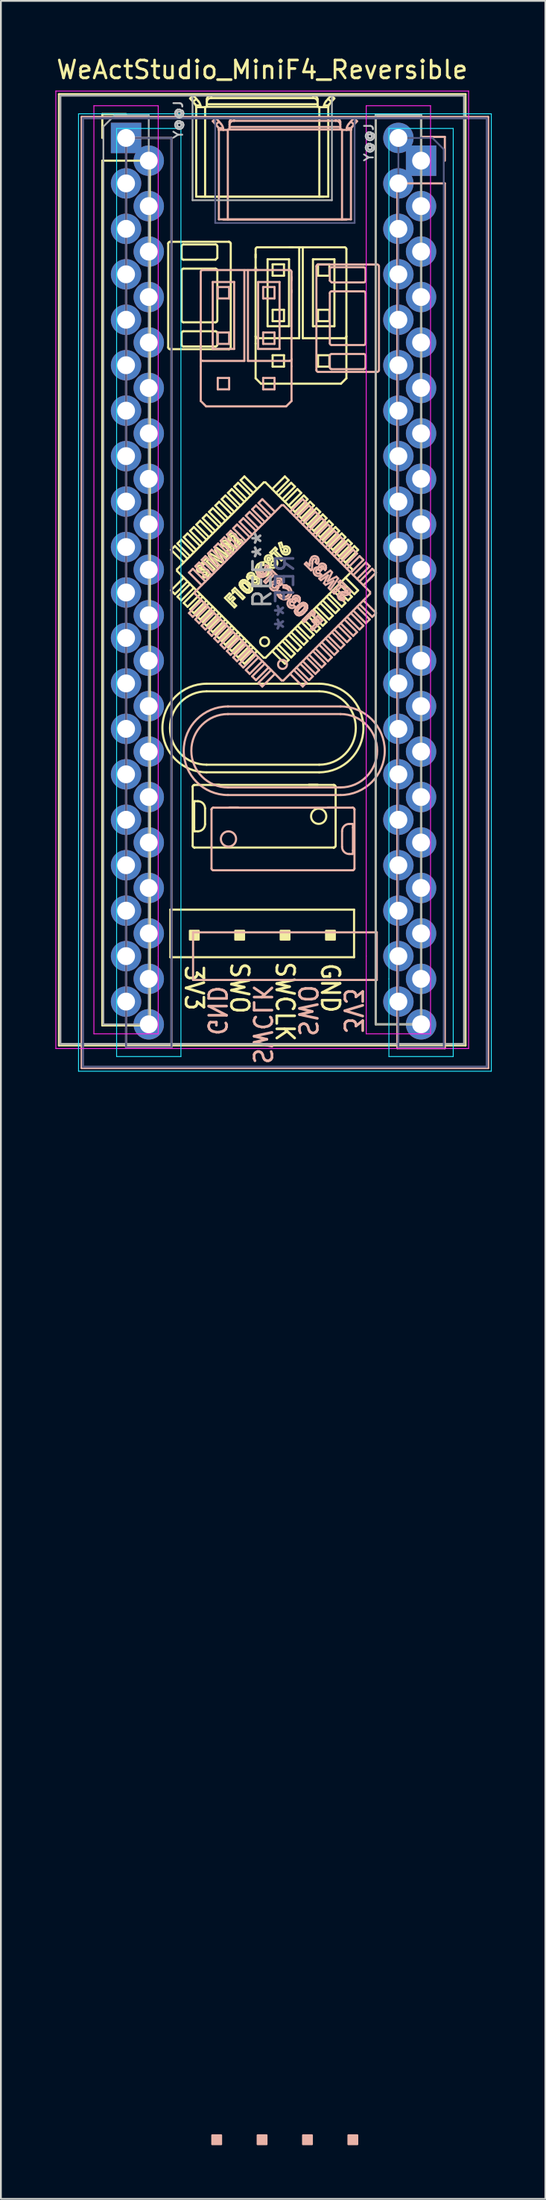
<source format=kicad_pcb>
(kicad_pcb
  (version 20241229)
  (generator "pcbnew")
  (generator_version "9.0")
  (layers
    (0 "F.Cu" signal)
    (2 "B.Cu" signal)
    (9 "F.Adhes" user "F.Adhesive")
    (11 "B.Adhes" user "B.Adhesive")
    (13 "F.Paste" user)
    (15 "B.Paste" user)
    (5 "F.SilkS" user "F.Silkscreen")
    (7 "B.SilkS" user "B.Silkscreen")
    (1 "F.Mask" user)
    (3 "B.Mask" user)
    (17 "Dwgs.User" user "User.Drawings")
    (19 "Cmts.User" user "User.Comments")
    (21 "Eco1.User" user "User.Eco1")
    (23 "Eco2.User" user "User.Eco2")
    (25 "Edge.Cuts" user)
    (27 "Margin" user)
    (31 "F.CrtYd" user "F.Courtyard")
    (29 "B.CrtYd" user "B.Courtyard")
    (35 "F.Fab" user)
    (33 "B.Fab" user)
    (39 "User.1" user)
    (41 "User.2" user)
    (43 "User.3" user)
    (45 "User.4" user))
  (footprint "WeActStudio_MiniF4_Reversible"
    (layer "F.Cu")
    (at 4.005 4.658)
    (property "Reference" "WeActStudio_MiniF4_Reversible" (at 7.62 -3.81 0) (layer "F.SilkS") (effects (font (size 1 1) (thickness 0.15))))
    (attr through_hole)
    (fp_line (start -3.755 -2.445) (end 18.995 -2.445) (stroke (width 0.12) (type solid)) (layer "F.SilkS"))
    (fp_line (start -3.755 50.705) (end -3.755 -2.445) (stroke (width 0.12) (type solid)) (layer "F.SilkS"))
    (fp_line (start -1.33 -1.33) (end 0 -1.33) (stroke (width 0.12) (type solid)) (layer "F.SilkS"))
    (fp_line (start -1.33 0) (end -1.33 -1.33) (stroke (width 0.12) (type solid)) (layer "F.SilkS"))
    (fp_line (start -1.33 1.27) (end 1.33 1.27) (stroke (width 0.12) (type solid)) (layer "F.SilkS"))
    (fp_line (start -1.33 49.59) (end -1.33 1.27) (stroke (width 0.12) (type solid)) (layer "F.SilkS"))
    (fp_line (start 1.33 1.27) (end 1.33 49.59) (stroke (width 0.12) (type solid)) (layer "F.SilkS"))
    (fp_line (start 1.33 49.59) (end -1.33 49.59) (stroke (width 0.12) (type solid)) (layer "F.SilkS"))
    (fp_line (start 2.358 5.902) (end 2.358 11.702) (stroke (width 0.12) (type solid)) (layer "F.SilkS"))
    (fp_line (start 2.458 11.802) (end 5.758 11.802) (stroke (width 0.12) (type solid)) (layer "F.SilkS"))
    (fp_line (start 2.48 43.12) (end 2.48 45.78) (stroke (width 0.12) (type solid)) (layer "F.SilkS"))
    (fp_line (start 2.48 45.78) (end 12.76 45.78) (stroke (width 0.12) (type solid)) (layer "F.SilkS"))
    (fp_line (start 2.522 23.017) (end 3.229 23.724) (stroke (width 0.12) (type solid)) (layer "F.SilkS"))
    (fp_line (start 2.522 25.28) (end 3.229 24.573) (stroke (width 0.12) (type solid)) (layer "F.SilkS"))
    (fp_line (start 2.734 22.805) (end 2.522 23.017) (stroke (width 0.12) (type solid)) (layer "F.SilkS"))
    (fp_line (start 2.734 22.805) (end 3.441 23.512) (stroke (width 0.12) (type solid)) (layer "F.SilkS"))
    (fp_line (start 2.734 25.492) (end 2.522 25.28) (stroke (width 0.12) (type solid)) (layer "F.SilkS"))
    (fp_line (start 2.734 25.492) (end 3.441 24.785) (stroke (width 0.12) (type solid)) (layer "F.SilkS"))
    (fp_line (start 2.855 24.199) (end 2.855 24.099) (stroke (width 0.12) (type solid)) (layer "F.SilkS"))
    (fp_line (start 2.855 24.199) (end 7.704 29.048) (stroke (width 0.12) (type solid)) (layer "F.SilkS"))
    (fp_line (start 2.875 22.664) (end 3.583 23.371) (stroke (width 0.12) (type solid)) (layer "F.SilkS"))
    (fp_line (start 2.875 25.634) (end 3.583 24.926) (stroke (width 0.12) (type solid)) (layer "F.SilkS"))
    (fp_line (start 3.088 22.452) (end 2.875 22.664) (stroke (width 0.12) (type solid)) (layer "F.SilkS"))
    (fp_line (start 3.088 22.452) (end 3.795 23.159) (stroke (width 0.12) (type solid)) (layer "F.SilkS"))
    (fp_line (start 3.088 25.846) (end 2.875 25.634) (stroke (width 0.12) (type solid)) (layer "F.SilkS"))
    (fp_line (start 3.088 25.846) (end 3.795 25.139) (stroke (width 0.12) (type solid)) (layer "F.SilkS"))
    (fp_line (start 3.108 6.702) (end 3.108 6.052) (stroke (width 0.12) (type solid)) (layer "F.SilkS"))
    (fp_line (start 3.108 10.202) (end 3.108 7.402) (stroke (width 0.12) (type solid)) (layer "F.SilkS"))
    (fp_line (start 3.108 11.552) (end 3.108 10.902) (stroke (width 0.12) (type solid)) (layer "F.SilkS"))
    (fp_line (start 3.208 5.952) (end 5.008 5.952) (stroke (width 0.12) (type solid)) (layer "F.SilkS"))
    (fp_line (start 3.208 7.302) (end 5.008 7.302) (stroke (width 0.12) (type solid)) (layer "F.SilkS"))
    (fp_line (start 3.208 10.802) (end 5.008 10.802) (stroke (width 0.12) (type solid)) (layer "F.SilkS"))
    (fp_line (start 3.229 22.31) (end 3.936 23.017) (stroke (width 0.12) (type solid)) (layer "F.SilkS"))
    (fp_line (start 3.229 25.987) (end 3.936 25.28) (stroke (width 0.12) (type solid)) (layer "F.SilkS"))
    (fp_line (start 3.441 22.098) (end 3.229 22.31) (stroke (width 0.12) (type solid)) (layer "F.SilkS"))
    (fp_line (start 3.441 22.098) (end 4.148 22.805) (stroke (width 0.12) (type solid)) (layer "F.SilkS"))
    (fp_line (start 3.441 26.199) (end 3.229 25.987) (stroke (width 0.12) (type solid)) (layer "F.SilkS"))
    (fp_line (start 3.441 26.199) (end 4.148 25.492) (stroke (width 0.12) (type solid)) (layer "F.SilkS"))
    (fp_line (start 3.583 -2.207) (end 3.861 -1.891) (stroke (width 0.12) (type solid)) (layer "F.SilkS"))
    (fp_line (start 3.583 21.957) (end 4.29 22.664) (stroke (width 0.12) (type solid)) (layer "F.SilkS"))
    (fp_line (start 3.583 26.341) (end 4.29 25.634) (stroke (width 0.12) (type solid)) (layer "F.SilkS"))
    (fp_line (start 3.728 36.253) (end 3.728 39.553) (stroke (width 0.12) (type solid)) (layer "F.SilkS"))
    (fp_line (start 3.728 36.252) (end 3.728 36.253) (stroke (width 0.12) (type solid)) (layer "F.SilkS"))
    (fp_line (start 3.748 -2.02) (end 3.933 -2.182) (stroke (width 0.12) (type solid)) (layer "F.SilkS"))
    (fp_line (start 3.767 -2.37) (end 3.583 -2.207) (stroke (width 0.12) (type solid)) (layer "F.SilkS"))
    (fp_line (start 3.795 21.744) (end 3.583 21.957) (stroke (width 0.12) (type solid)) (layer "F.SilkS"))
    (fp_line (start 3.795 21.744) (end 4.502 22.452) (stroke (width 0.12) (type solid)) (layer "F.SilkS"))
    (fp_line (start 3.795 26.553) (end 3.583 26.341) (stroke (width 0.12) (type solid)) (layer "F.SilkS"))
    (fp_line (start 3.795 26.553) (end 4.502 25.846) (stroke (width 0.12) (type solid)) (layer "F.SilkS"))
    (fp_line (start 3.812 38.544) (end 3.812 37.262) (stroke (width 0.12) (type solid)) (layer "F.SilkS"))
    (fp_line (start 3.827 39.653) (end 3.828 39.653) (stroke (width 0.12) (type solid)) (layer "F.SilkS"))
    (fp_line (start 3.828 36.153) (end 3.827 36.153) (stroke (width 0.12) (type solid)) (layer "F.SilkS"))
    (fp_line (start 3.828 36.153) (end 11.628 36.153) (stroke (width 0.12) (type solid)) (layer "F.SilkS"))
    (fp_line (start 3.828 39.653) (end 11.628 39.653) (stroke (width 0.12) (type solid)) (layer "F.SilkS"))
    (fp_line (start 3.834 38.744) (end 4.021 38.744) (stroke (width 0.12) (type solid)) (layer "F.SilkS"))
    (fp_line (start 3.924 -1.728) (end 3.929 -1.72) (stroke (width 0.12) (type solid)) (layer "F.SilkS"))
    (fp_line (start 3.924 -1.726) (end 3.924 -1.728) (stroke (width 0.12) (type solid)) (layer "F.SilkS"))
    (fp_line (start 3.924 -1.726) (end 3.924 3.28) (stroke (width 0.12) (type solid)) (layer "F.SilkS"))
    (fp_line (start 3.929 -1.72) (end 3.93 -1.72) (stroke (width 0.12) (type solid)) (layer "F.SilkS"))
    (fp_line (start 3.93 -1.72) (end 4.42 -1.72) (stroke (width 0.12) (type solid)) (layer "F.SilkS"))
    (fp_line (start 3.936 21.603) (end 4.643 22.31) (stroke (width 0.12) (type solid)) (layer "F.SilkS"))
    (fp_line (start 3.936 26.694) (end 4.643 25.987) (stroke (width 0.12) (type solid)) (layer "F.SilkS"))
    (fp_line (start 4.021 37.062) (end 3.834 37.062) (stroke (width 0.12) (type solid)) (layer "F.SilkS"))
    (fp_line (start 4.045 -2.055) (end 3.767 -2.37) (stroke (width 0.12) (type solid)) (layer "F.SilkS"))
    (fp_line (start 4.108 24.11) (end 4.126 24.122) (stroke (width 0.12) (type solid)) (layer "F.SilkS"))
    (fp_line (start 4.108 24.11) (end 4.126 24.122) (stroke (width 0.12) (type solid)) (layer "F.SilkS"))
    (fp_line (start 4.126 24.122) (end 4.142 24.127) (stroke (width 0.12) (type solid)) (layer "F.SilkS"))
    (fp_line (start 4.126 24.122) (end 4.142 24.127) (stroke (width 0.12) (type solid)) (layer "F.SilkS"))
    (fp_line (start 4.142 24.127) (end 4.221 24.127) (stroke (width 0.12) (type solid)) (layer "F.SilkS"))
    (fp_line (start 4.142 24.127) (end 4.221 24.127) (stroke (width 0.12) (type solid)) (layer "F.SilkS"))
    (fp_line (start 4.148 21.391) (end 3.936 21.603) (stroke (width 0.12) (type solid)) (layer "F.SilkS"))
    (fp_line (start 4.148 21.391) (end 4.855 22.098) (stroke (width 0.12) (type solid)) (layer "F.SilkS"))
    (fp_line (start 4.148 26.906) (end 3.936 26.694) (stroke (width 0.12) (type solid)) (layer "F.SilkS"))
    (fp_line (start 4.148 26.906) (end 4.855 26.199) (stroke (width 0.12) (type solid)) (layer "F.SilkS"))
    (fp_line (start 4.161 -1.82) (end 3.905 -1.82) (stroke (width 0.12) (type solid)) (layer "F.SilkS"))
    (fp_line (start 4.17 -1.72) (end 4.17 -1.724) (stroke (width 0.12) (type solid)) (layer "F.SilkS"))
    (fp_line (start 4.221 24.127) (end 4.283 24.123) (stroke (width 0.12) (type solid)) (layer "F.SilkS"))
    (fp_line (start 4.221 24.127) (end 4.283 24.123) (stroke (width 0.12) (type solid)) (layer "F.SilkS"))
    (fp_line (start 4.236 23.749) (end 4.522 23.463) (stroke (width 0.12) (type solid)) (layer "F.SilkS"))
    (fp_line (start 4.253 23.874) (end 4.247 24.011) (stroke (width 0.12) (type solid)) (layer "F.SilkS"))
    (fp_line (start 4.283 24.123) (end 4.355 24.118) (stroke (width 0.12) (type solid)) (layer "F.SilkS"))
    (fp_line (start 4.283 24.123) (end 4.355 24.118) (stroke (width 0.12) (type solid)) (layer "F.SilkS"))
    (fp_line (start 4.29 21.249) (end 4.997 21.957) (stroke (width 0.12) (type solid)) (layer "F.SilkS"))
    (fp_line (start 4.29 27.048) (end 4.997 26.341) (stroke (width 0.12) (type solid)) (layer "F.SilkS"))
    (fp_line (start 4.3 24.547) (end 4.334 24.413) (stroke (width 0.12) (type solid)) (layer "F.SilkS"))
    (fp_line (start 4.331 23.844) (end 4.236 23.749) (stroke (width 0.12) (type solid)) (layer "F.SilkS"))
    (fp_line (start 4.334 24.413) (end 4.424 24.424) (stroke (width 0.12) (type solid)) (layer "F.SilkS"))
    (fp_line (start 4.334 24.413) (end 4.424 24.424) (stroke (width 0.12) (type solid)) (layer "F.SilkS"))
    (fp_line (start 4.355 24.118) (end 4.412 24.116) (stroke (width 0.12) (type solid)) (layer "F.SilkS"))
    (fp_line (start 4.355 24.118) (end 4.412 24.116) (stroke (width 0.12) (type solid)) (layer "F.SilkS"))
    (fp_line (start 4.412 24.116) (end 4.518 24.135) (stroke (width 0.12) (type solid)) (layer "F.SilkS"))
    (fp_line (start 4.412 24.116) (end 4.518 24.135) (stroke (width 0.12) (type solid)) (layer "F.SilkS"))
    (fp_line (start 4.42 -1.72) (end 4.424 -1.72) (stroke (width 0.12) (type solid)) (layer "F.SilkS"))
    (fp_line (start 4.421 37.462) (end 4.421 38.344) (stroke (width 0.12) (type solid)) (layer "F.SilkS"))
    (fp_line (start 4.424 -1.72) (end 4.424 3.29) (stroke (width 0.12) (type solid)) (layer "F.SilkS"))
    (fp_line (start 4.424 24.424) (end 4.459 24.415) (stroke (width 0.12) (type solid)) (layer "F.SilkS"))
    (fp_line (start 4.424 24.424) (end 4.459 24.415) (stroke (width 0.12) (type solid)) (layer "F.SilkS"))
    (fp_line (start 4.427 23.749) (end 4.331 23.844) (stroke (width 0.12) (type solid)) (layer "F.SilkS"))
    (fp_line (start 4.459 24.415) (end 4.489 24.394) (stroke (width 0.12) (type solid)) (layer "F.SilkS"))
    (fp_line (start 4.459 24.415) (end 4.489 24.394) (stroke (width 0.12) (type solid)) (layer "F.SilkS"))
    (fp_line (start 4.502 21.037) (end 4.29 21.249) (stroke (width 0.12) (type solid)) (layer "F.SilkS"))
    (fp_line (start 4.502 21.037) (end 5.209 21.744) (stroke (width 0.12) (type solid)) (layer "F.SilkS"))
    (fp_line (start 4.502 27.26) (end 4.29 27.048) (stroke (width 0.12) (type solid)) (layer "F.SilkS"))
    (fp_line (start 4.502 27.26) (end 5.209 26.553) (stroke (width 0.12) (type solid)) (layer "F.SilkS"))
    (fp_line (start 4.508 30.923) (end 10.808 30.923) (stroke (width 0.12) (type solid)) (layer "F.SilkS"))
    (fp_line (start 4.508 35.448) (end 10.808 35.448) (stroke (width 0.12) (type solid)) (layer "F.SilkS"))
    (fp_line (start 4.518 24.135) (end 4.588 24.183) (stroke (width 0.12) (type solid)) (layer "F.SilkS"))
    (fp_line (start 4.518 24.135) (end 4.588 24.183) (stroke (width 0.12) (type solid)) (layer "F.SilkS"))
    (fp_line (start 4.52 -2.165) (end 4.52 -1.82) (stroke (width 0.12) (type solid)) (layer "F.SilkS"))
    (fp_line (start 4.52 -1.885) (end 10.72 -1.885) (stroke (width 0.12) (type solid)) (layer "F.SilkS"))
    (fp_line (start 4.522 23.463) (end 4.617 23.559) (stroke (width 0.12) (type solid)) (layer "F.SilkS"))
    (fp_line (start 4.522 23.654) (end 4.957 24.089) (stroke (width 0.12) (type solid)) (layer "F.SilkS"))
    (fp_line (start 4.617 23.559) (end 4.522 23.654) (stroke (width 0.12) (type solid)) (layer "F.SilkS"))
    (fp_line (start 4.639 23.347) (end 4.737 23.248) (stroke (width 0.12) (type solid)) (layer "F.SilkS"))
    (fp_line (start 4.643 20.896) (end 5.35 21.603) (stroke (width 0.12) (type solid)) (layer "F.SilkS"))
    (fp_line (start 4.643 27.401) (end 5.35 26.694) (stroke (width 0.12) (type solid)) (layer "F.SilkS"))
    (fp_line (start 4.737 23.248) (end 5.228 23.497) (stroke (width 0.12) (type solid)) (layer "F.SilkS"))
    (fp_line (start 4.77 -2.227) (end 4.77 -2.37) (stroke (width 0.12) (type solid)) (layer "F.SilkS"))
    (fp_line (start 4.855 20.684) (end 4.643 20.896) (stroke (width 0.12) (type solid)) (layer "F.SilkS"))
    (fp_line (start 4.855 20.684) (end 5.562 21.391) (stroke (width 0.12) (type solid)) (layer "F.SilkS"))
    (fp_line (start 4.855 27.613) (end 4.643 27.401) (stroke (width 0.12) (type solid)) (layer "F.SilkS"))
    (fp_line (start 4.855 27.613) (end 5.562 26.906) (stroke (width 0.12) (type solid)) (layer "F.SilkS"))
    (fp_line (start 4.862 24.184) (end 4.427 23.749) (stroke (width 0.12) (type solid)) (layer "F.SilkS"))
    (fp_line (start 4.897 23.479) (end 5.176 23.87) (stroke (width 0.12) (type solid)) (layer "F.SilkS"))
    (fp_line (start 4.957 24.089) (end 4.862 24.184) (stroke (width 0.12) (type solid)) (layer "F.SilkS"))
    (fp_line (start 4.98 23.005) (end 5.078 22.907) (stroke (width 0.12) (type solid)) (layer "F.SilkS"))
    (fp_line (start 4.997 20.542) (end 5.704 21.249) (stroke (width 0.12) (type solid)) (layer "F.SilkS"))
    (fp_line (start 4.997 27.755) (end 5.704 27.048) (stroke (width 0.12) (type solid)) (layer "F.SilkS"))
    (fp_line (start 5.008 6.802) (end 3.208 6.802) (stroke (width 0.12) (type solid)) (layer "F.SilkS"))
    (fp_line (start 5.008 10.302) (end 3.208 10.302) (stroke (width 0.12) (type solid)) (layer "F.SilkS"))
    (fp_line (start 5.008 11.652) (end 3.208 11.652) (stroke (width 0.12) (type solid)) (layer "F.SilkS"))
    (fp_line (start 5.078 22.907) (end 5.698 23.348) (stroke (width 0.12) (type solid)) (layer "F.SilkS"))
    (fp_line (start 5.079 23.967) (end 4.639 23.347) (stroke (width 0.12) (type solid)) (layer "F.SilkS"))
    (fp_line (start 5.108 6.052) (end 5.108 6.702) (stroke (width 0.12) (type solid)) (layer "F.SilkS"))
    (fp_line (start 5.108 6.702) (end 5.008 6.802) (stroke (width 0.12) (type solid)) (layer "F.SilkS"))
    (fp_line (start 5.108 7.402) (end 5.108 10.202) (stroke (width 0.12) (type solid)) (layer "F.SilkS"))
    (fp_line (start 5.108 10.902) (end 5.108 11.552) (stroke (width 0.12) (type solid)) (layer "F.SilkS"))
    (fp_line (start 5.176 23.87) (end 5.079 23.967) (stroke (width 0.12) (type solid)) (layer "F.SilkS"))
    (fp_line (start 5.209 20.33) (end 4.997 20.542) (stroke (width 0.12) (type solid)) (layer "F.SilkS"))
    (fp_line (start 5.209 20.33) (end 5.916 21.037) (stroke (width 0.12) (type solid)) (layer "F.SilkS"))
    (fp_line (start 5.209 27.967) (end 4.997 27.755) (stroke (width 0.12) (type solid)) (layer "F.SilkS"))
    (fp_line (start 5.209 27.967) (end 5.916 27.26) (stroke (width 0.12) (type solid)) (layer "F.SilkS"))
    (fp_line (start 5.21 23.166) (end 5.435 23.611) (stroke (width 0.12) (type solid)) (layer "F.SilkS"))
    (fp_line (start 5.228 36.143) (end 4.728 36.143) (stroke (width 0.12) (type solid)) (layer "F.SilkS"))
    (fp_line (start 5.228 23.497) (end 4.98 23.005) (stroke (width 0.12) (type solid)) (layer "F.SilkS"))
    (fp_line (start 5.319 22.738) (end 5.339 22.637) (stroke (width 0.12) (type solid)) (layer "F.SilkS"))
    (fp_line (start 5.319 22.738) (end 5.339 22.637) (stroke (width 0.12) (type solid)) (layer "F.SilkS"))
    (fp_line (start 5.331 22.801) (end 5.319 22.738) (stroke (width 0.12) (type solid)) (layer "F.SilkS"))
    (fp_line (start 5.331 22.801) (end 5.319 22.738) (stroke (width 0.12) (type solid)) (layer "F.SilkS"))
    (fp_line (start 5.339 22.637) (end 5.387 22.571) (stroke (width 0.12) (type solid)) (layer "F.SilkS"))
    (fp_line (start 5.339 22.637) (end 5.387 22.571) (stroke (width 0.12) (type solid)) (layer "F.SilkS"))
    (fp_line (start 5.342 23.704) (end 4.897 23.479) (stroke (width 0.12) (type solid)) (layer "F.SilkS"))
    (fp_line (start 5.35 20.189) (end 6.057 20.896) (stroke (width 0.12) (type solid)) (layer "F.SilkS"))
    (fp_line (start 5.35 28.108) (end 6.057 27.401) (stroke (width 0.12) (type solid)) (layer "F.SilkS"))
    (fp_line (start 5.372 22.872) (end 5.331 22.801) (stroke (width 0.12) (type solid)) (layer "F.SilkS"))
    (fp_line (start 5.372 22.872) (end 5.331 22.801) (stroke (width 0.12) (type solid)) (layer "F.SilkS"))
    (fp_line (start 5.435 23.611) (end 5.342 23.704) (stroke (width 0.12) (type solid)) (layer "F.SilkS"))
    (fp_line (start 5.467 22.777) (end 5.372 22.872) (stroke (width 0.12) (type solid)) (layer "F.SilkS"))
    (fp_line (start 5.535 25.7) (end 5.793 25.442) (stroke (width 0.12) (type solid)) (layer "F.SilkS"))
    (fp_line (start 5.549 22.831) (end 5.6 22.752) (stroke (width 0.12) (type solid)) (layer "F.SilkS"))
    (fp_line (start 5.549 22.831) (end 5.6 22.752) (stroke (width 0.12) (type solid)) (layer "F.SilkS"))
    (fp_line (start 5.562 19.977) (end 5.35 20.189) (stroke (width 0.12) (type solid)) (layer "F.SilkS"))
    (fp_line (start 5.562 19.977) (end 6.27 20.684) (stroke (width 0.12) (type solid)) (layer "F.SilkS"))
    (fp_line (start 5.562 28.321) (end 5.35 28.108) (stroke (width 0.12) (type solid)) (layer "F.SilkS"))
    (fp_line (start 5.562 28.321) (end 6.27 27.613) (stroke (width 0.12) (type solid)) (layer "F.SilkS"))
    (fp_line (start 5.583 23.137) (end 5.678 23.042) (stroke (width 0.12) (type solid)) (layer "F.SilkS"))
    (fp_line (start 5.598 22.683) (end 5.585 22.664) (stroke (width 0.12) (type solid)) (layer "F.SilkS"))
    (fp_line (start 5.598 22.683) (end 5.585 22.664) (stroke (width 0.12) (type solid)) (layer "F.SilkS"))
    (fp_line (start 5.6 22.752) (end 5.605 22.706) (stroke (width 0.12) (type solid)) (layer "F.SilkS"))
    (fp_line (start 5.6 22.752) (end 5.605 22.706) (stroke (width 0.12) (type solid)) (layer "F.SilkS"))
    (fp_line (start 5.602 23.444) (end 5.21 23.166) (stroke (width 0.12) (type solid)) (layer "F.SilkS"))
    (fp_line (start 5.605 22.706) (end 5.598 22.683) (stroke (width 0.12) (type solid)) (layer "F.SilkS"))
    (fp_line (start 5.605 22.706) (end 5.598 22.683) (stroke (width 0.12) (type solid)) (layer "F.SilkS"))
    (fp_line (start 5.637 22.92) (end 5.549 22.831) (stroke (width 0.12) (type solid)) (layer "F.SilkS"))
    (fp_line (start 5.698 23.348) (end 5.602 23.444) (stroke (width 0.12) (type solid)) (layer "F.SilkS"))
    (fp_line (start 5.704 19.835) (end 6.411 20.542) (stroke (width 0.12) (type solid)) (layer "F.SilkS"))
    (fp_line (start 5.704 28.462) (end 6.411 27.755) (stroke (width 0.12) (type solid)) (layer "F.SilkS"))
    (fp_line (start 5.725 25.7) (end 5.827 25.802) (stroke (width 0.12) (type solid)) (layer "F.SilkS"))
    (fp_line (start 5.738 22.854) (end 5.637 22.92) (stroke (width 0.12) (type solid)) (layer "F.SilkS"))
    (fp_line (start 5.738 22.854) (end 5.637 22.92) (stroke (width 0.12) (type solid)) (layer "F.SilkS"))
    (fp_line (start 5.758 5.802) (end 2.458 5.802) (stroke (width 0.12) (type solid)) (layer "F.SilkS"))
    (fp_line (start 5.762 5.802) (end 5.758 5.802) (stroke (width 0.12) (type solid)) (layer "F.SilkS"))
    (fp_line (start 5.793 25.442) (end 5.888 25.537) (stroke (width 0.12) (type solid)) (layer "F.SilkS"))
    (fp_line (start 5.798 22.849) (end 5.738 22.854) (stroke (width 0.12) (type solid)) (layer "F.SilkS"))
    (fp_line (start 5.798 22.849) (end 5.738 22.854) (stroke (width 0.12) (type solid)) (layer "F.SilkS"))
    (fp_line (start 5.827 25.802) (end 5.99 25.639) (stroke (width 0.12) (type solid)) (layer "F.SilkS"))
    (fp_line (start 5.827 22.858) (end 5.798 22.849) (stroke (width 0.12) (type solid)) (layer "F.SilkS"))
    (fp_line (start 5.827 22.858) (end 5.798 22.849) (stroke (width 0.12) (type solid)) (layer "F.SilkS"))
    (fp_line (start 5.852 22.876) (end 5.827 22.858) (stroke (width 0.12) (type solid)) (layer "F.SilkS"))
    (fp_line (start 5.852 22.876) (end 5.827 22.858) (stroke (width 0.12) (type solid)) (layer "F.SilkS"))
    (fp_line (start 5.858 11.702) (end 5.858 5.902) (stroke (width 0.12) (type solid)) (layer "F.SilkS"))
    (fp_line (start 5.862 22.307) (end 5.866 22.36) (stroke (width 0.12) (type solid)) (layer "F.SilkS"))
    (fp_line (start 5.862 22.307) (end 5.866 22.36) (stroke (width 0.12) (type solid)) (layer "F.SilkS"))
    (fp_line (start 5.866 22.36) (end 5.909 22.43) (stroke (width 0.12) (type solid)) (layer "F.SilkS"))
    (fp_line (start 5.866 22.36) (end 5.909 22.43) (stroke (width 0.12) (type solid)) (layer "F.SilkS"))
    (fp_line (start 5.887 22.261) (end 5.862 22.307) (stroke (width 0.12) (type solid)) (layer "F.SilkS"))
    (fp_line (start 5.887 22.261) (end 5.862 22.307) (stroke (width 0.12) (type solid)) (layer "F.SilkS"))
    (fp_line (start 5.888 25.537) (end 5.725 25.7) (stroke (width 0.12) (type solid)) (layer "F.SilkS"))
    (fp_line (start 5.909 22.43) (end 5.814 22.525) (stroke (width 0.12) (type solid)) (layer "F.SilkS"))
    (fp_line (start 5.916 19.623) (end 5.704 19.835) (stroke (width 0.12) (type solid)) (layer "F.SilkS"))
    (fp_line (start 5.916 19.623) (end 6.623 20.33) (stroke (width 0.12) (type solid)) (layer "F.SilkS"))
    (fp_line (start 5.916 28.674) (end 5.704 28.462) (stroke (width 0.12) (type solid)) (layer "F.SilkS"))
    (fp_line (start 5.916 28.674) (end 6.623 27.967) (stroke (width 0.12) (type solid)) (layer "F.SilkS"))
    (fp_line (start 5.922 25.898) (end 6.16 26.136) (stroke (width 0.12) (type solid)) (layer "F.SilkS"))
    (fp_line (start 5.945 25.29) (end 6.092 25.143) (stroke (width 0.12) (type solid)) (layer "F.SilkS"))
    (fp_line (start 5.977 25.435) (end 5.945 25.29) (stroke (width 0.12) (type solid)) (layer "F.SilkS"))
    (fp_line (start 5.99 25.639) (end 6.086 25.734) (stroke (width 0.12) (type solid)) (layer "F.SilkS"))
    (fp_line (start 6.057 19.482) (end 6.765 20.189) (stroke (width 0.12) (type solid)) (layer "F.SilkS"))
    (fp_line (start 6.057 28.815) (end 6.765 28.108) (stroke (width 0.12) (type solid)) (layer "F.SilkS"))
    (fp_line (start 6.065 26.231) (end 5.535 25.7) (stroke (width 0.12) (type solid)) (layer "F.SilkS"))
    (fp_line (start 6.08 22.368) (end 6.027 22.263) (stroke (width 0.12) (type solid)) (layer "F.SilkS"))
    (fp_line (start 6.08 22.368) (end 6.027 22.263) (stroke (width 0.12) (type solid)) (layer "F.SilkS"))
    (fp_line (start 6.086 25.326) (end 5.977 25.435) (stroke (width 0.12) (type solid)) (layer "F.SilkS"))
    (fp_line (start 6.086 25.734) (end 5.922 25.898) (stroke (width 0.12) (type solid)) (layer "F.SilkS"))
    (fp_line (start 6.092 25.143) (end 6.623 25.673) (stroke (width 0.12) (type solid)) (layer "F.SilkS"))
    (fp_line (start 6.095 22.52) (end 6.08 22.368) (stroke (width 0.12) (type solid)) (layer "F.SilkS"))
    (fp_line (start 6.095 22.52) (end 6.08 22.368) (stroke (width 0.12) (type solid)) (layer "F.SilkS"))
    (fp_line (start 6.105 22.844) (end 6.095 22.52) (stroke (width 0.12) (type solid)) (layer "F.SilkS"))
    (fp_line (start 6.154 22.892) (end 6.105 22.844) (stroke (width 0.12) (type solid)) (layer "F.SilkS"))
    (fp_line (start 6.16 26.136) (end 6.065 26.231) (stroke (width 0.12) (type solid)) (layer "F.SilkS"))
    (fp_line (start 6.232 22.51) (end 6.24 22.629) (stroke (width 0.12) (type solid)) (layer "F.SilkS"))
    (fp_line (start 6.24 22.629) (end 6.419 22.45) (stroke (width 0.12) (type solid)) (layer "F.SilkS"))
    (fp_line (start 6.27 19.27) (end 6.057 19.482) (stroke (width 0.12) (type solid)) (layer "F.SilkS"))
    (fp_line (start 6.27 19.27) (end 6.977 19.977) (stroke (width 0.12) (type solid)) (layer "F.SilkS"))
    (fp_line (start 6.27 29.028) (end 6.057 28.815) (stroke (width 0.12) (type solid)) (layer "F.SilkS"))
    (fp_line (start 6.27 29.028) (end 6.977 28.321) (stroke (width 0.12) (type solid)) (layer "F.SilkS"))
    (fp_line (start 6.365 24.988) (end 6.373 24.863) (stroke (width 0.12) (type solid)) (layer "F.SilkS"))
    (fp_line (start 6.365 24.988) (end 6.373 24.863) (stroke (width 0.12) (type solid)) (layer "F.SilkS"))
    (fp_line (start 6.373 24.863) (end 6.427 24.781) (stroke (width 0.12) (type solid)) (layer "F.SilkS"))
    (fp_line (start 6.373 24.863) (end 6.427 24.781) (stroke (width 0.12) (type solid)) (layer "F.SilkS"))
    (fp_line (start 6.411 19.128) (end 7.118 19.835) (stroke (width 0.12) (type solid)) (layer "F.SilkS"))
    (fp_line (start 6.411 29.169) (end 7.118 28.462) (stroke (width 0.12) (type solid)) (layer "F.SilkS"))
    (fp_line (start 6.419 22.45) (end 6.507 22.539) (stroke (width 0.12) (type solid)) (layer "F.SilkS"))
    (fp_line (start 6.421 25.111) (end 6.365 24.988) (stroke (width 0.12) (type solid)) (layer "F.SilkS"))
    (fp_line (start 6.421 25.111) (end 6.365 24.988) (stroke (width 0.12) (type solid)) (layer "F.SilkS"))
    (fp_line (start 6.427 24.781) (end 6.48 24.74) (stroke (width 0.12) (type solid)) (layer "F.SilkS"))
    (fp_line (start 6.427 24.781) (end 6.48 24.74) (stroke (width 0.12) (type solid)) (layer "F.SilkS"))
    (fp_line (start 6.48 24.74) (end 6.541 24.715) (stroke (width 0.12) (type solid)) (layer "F.SilkS"))
    (fp_line (start 6.48 24.74) (end 6.541 24.715) (stroke (width 0.12) (type solid)) (layer "F.SilkS"))
    (fp_line (start 6.496 24.948) (end 6.524 25.024) (stroke (width 0.12) (type solid)) (layer "F.SilkS"))
    (fp_line (start 6.496 24.948) (end 6.524 25.024) (stroke (width 0.12) (type solid)) (layer "F.SilkS"))
    (fp_line (start 6.503 24.908) (end 6.496 24.948) (stroke (width 0.12) (type solid)) (layer "F.SilkS"))
    (fp_line (start 6.503 24.908) (end 6.496 24.948) (stroke (width 0.12) (type solid)) (layer "F.SilkS"))
    (fp_line (start 6.507 22.539) (end 6.154 22.892) (stroke (width 0.12) (type solid)) (layer "F.SilkS"))
    (fp_line (start 6.524 25.024) (end 6.629 25.149) (stroke (width 0.12) (type solid)) (layer "F.SilkS"))
    (fp_line (start 6.524 25.024) (end 6.629 25.149) (stroke (width 0.12) (type solid)) (layer "F.SilkS"))
    (fp_line (start 6.525 24.874) (end 6.503 24.908) (stroke (width 0.12) (type solid)) (layer "F.SilkS"))
    (fp_line (start 6.525 24.874) (end 6.503 24.908) (stroke (width 0.12) (type solid)) (layer "F.SilkS"))
    (fp_line (start 6.528 25.768) (end 6.086 25.326) (stroke (width 0.12) (type solid)) (layer "F.SilkS"))
    (fp_line (start 6.533 25.243) (end 6.421 25.111) (stroke (width 0.12) (type solid)) (layer "F.SilkS"))
    (fp_line (start 6.533 25.243) (end 6.421 25.111) (stroke (width 0.12) (type solid)) (layer "F.SilkS"))
    (fp_line (start 6.541 24.715) (end 6.608 24.71) (stroke (width 0.12) (type solid)) (layer "F.SilkS"))
    (fp_line (start 6.541 24.715) (end 6.608 24.71) (stroke (width 0.12) (type solid)) (layer "F.SilkS"))
    (fp_line (start 6.558 24.852) (end 6.525 24.874) (stroke (width 0.12) (type solid)) (layer "F.SilkS"))
    (fp_line (start 6.558 24.852) (end 6.525 24.874) (stroke (width 0.12) (type solid)) (layer "F.SilkS"))
    (fp_line (start 6.597 24.848) (end 6.558 24.852) (stroke (width 0.12) (type solid)) (layer "F.SilkS"))
    (fp_line (start 6.597 24.848) (end 6.558 24.852) (stroke (width 0.12) (type solid)) (layer "F.SilkS"))
    (fp_line (start 6.608 24.71) (end 6.673 24.725) (stroke (width 0.12) (type solid)) (layer "F.SilkS"))
    (fp_line (start 6.608 24.71) (end 6.673 24.725) (stroke (width 0.12) (type solid)) (layer "F.SilkS"))
    (fp_line (start 6.623 25.673) (end 6.528 25.768) (stroke (width 0.12) (type solid)) (layer "F.SilkS"))
    (fp_line (start 6.623 18.916) (end 6.411 19.128) (stroke (width 0.12) (type solid)) (layer "F.SilkS"))
    (fp_line (start 6.623 18.916) (end 7.33 19.623) (stroke (width 0.12) (type solid)) (layer "F.SilkS"))
    (fp_line (start 6.623 29.381) (end 6.411 29.169) (stroke (width 0.12) (type solid)) (layer "F.SilkS"))
    (fp_line (start 6.623 29.381) (end 7.33 28.674) (stroke (width 0.12) (type solid)) (layer "F.SilkS"))
    (fp_line (start 6.629 25.149) (end 6.749 25.246) (stroke (width 0.12) (type solid)) (layer "F.SilkS"))
    (fp_line (start 6.629 25.149) (end 6.749 25.246) (stroke (width 0.12) (type solid)) (layer "F.SilkS"))
    (fp_line (start 6.631 25.331) (end 6.533 25.243) (stroke (width 0.12) (type solid)) (layer "F.SilkS"))
    (fp_line (start 6.631 25.331) (end 6.533 25.243) (stroke (width 0.12) (type solid)) (layer "F.SilkS"))
    (fp_line (start 6.671 24.873) (end 6.597 24.848) (stroke (width 0.12) (type solid)) (layer "F.SilkS"))
    (fp_line (start 6.671 24.873) (end 6.597 24.848) (stroke (width 0.12) (type solid)) (layer "F.SilkS"))
    (fp_line (start 6.673 24.725) (end 6.788 24.789) (stroke (width 0.12) (type solid)) (layer "F.SilkS"))
    (fp_line (start 6.673 24.725) (end 6.788 24.789) (stroke (width 0.12) (type solid)) (layer "F.SilkS"))
    (fp_line (start 6.746 25.394) (end 6.631 25.331) (stroke (width 0.12) (type solid)) (layer "F.SilkS"))
    (fp_line (start 6.746 25.394) (end 6.631 25.331) (stroke (width 0.12) (type solid)) (layer "F.SilkS"))
    (fp_line (start 6.749 25.246) (end 6.822 25.268) (stroke (width 0.12) (type solid)) (layer "F.SilkS"))
    (fp_line (start 6.749 25.246) (end 6.822 25.268) (stroke (width 0.12) (type solid)) (layer "F.SilkS"))
    (fp_line (start 6.781 24.526) (end 6.801 24.425) (stroke (width 0.12) (type solid)) (layer "F.SilkS"))
    (fp_line (start 6.781 24.526) (end 6.801 24.425) (stroke (width 0.12) (type solid)) (layer "F.SilkS"))
    (fp_line (start 6.788 24.789) (end 6.888 24.878) (stroke (width 0.12) (type solid)) (layer "F.SilkS"))
    (fp_line (start 6.788 24.789) (end 6.888 24.878) (stroke (width 0.12) (type solid)) (layer "F.SilkS"))
    (fp_line (start 6.793 24.973) (end 6.671 24.873) (stroke (width 0.12) (type solid)) (layer "F.SilkS"))
    (fp_line (start 6.793 24.973) (end 6.671 24.873) (stroke (width 0.12) (type solid)) (layer "F.SilkS"))
    (fp_line (start 6.793 24.589) (end 6.781 24.526) (stroke (width 0.12) (type solid)) (layer "F.SilkS"))
    (fp_line (start 6.793 24.589) (end 6.781 24.526) (stroke (width 0.12) (type solid)) (layer "F.SilkS"))
    (fp_line (start 6.801 24.425) (end 6.849 24.359) (stroke (width 0.12) (type solid)) (layer "F.SilkS"))
    (fp_line (start 6.801 24.425) (end 6.849 24.359) (stroke (width 0.12) (type solid)) (layer "F.SilkS"))
    (fp_line (start 6.811 25.407) (end 6.746 25.394) (stroke (width 0.12) (type solid)) (layer "F.SilkS"))
    (fp_line (start 6.811 25.407) (end 6.746 25.394) (stroke (width 0.12) (type solid)) (layer "F.SilkS"))
    (fp_line (start 6.822 25.268) (end 6.86 25.262) (stroke (width 0.12) (type solid)) (layer "F.SilkS"))
    (fp_line (start 6.822 25.268) (end 6.86 25.262) (stroke (width 0.12) (type solid)) (layer "F.SilkS"))
    (fp_line (start 6.834 24.66) (end 6.793 24.589) (stroke (width 0.12) (type solid)) (layer "F.SilkS"))
    (fp_line (start 6.834 24.66) (end 6.793 24.589) (stroke (width 0.12) (type solid)) (layer "F.SilkS"))
    (fp_line (start 6.856 25.043) (end 6.793 24.973) (stroke (width 0.12) (type solid)) (layer "F.SilkS"))
    (fp_line (start 6.856 25.043) (end 6.793 24.973) (stroke (width 0.12) (type solid)) (layer "F.SilkS"))
    (fp_line (start 6.86 25.262) (end 6.892 25.241) (stroke (width 0.12) (type solid)) (layer "F.SilkS"))
    (fp_line (start 6.86 25.262) (end 6.892 25.241) (stroke (width 0.12) (type solid)) (layer "F.SilkS"))
    (fp_line (start 6.876 25.402) (end 6.811 25.407) (stroke (width 0.12) (type solid)) (layer "F.SilkS"))
    (fp_line (start 6.876 25.402) (end 6.811 25.407) (stroke (width 0.12) (type solid)) (layer "F.SilkS"))
    (fp_line (start 6.888 24.878) (end 6.976 24.977) (stroke (width 0.12) (type solid)) (layer "F.SilkS"))
    (fp_line (start 6.888 24.878) (end 6.976 24.977) (stroke (width 0.12) (type solid)) (layer "F.SilkS"))
    (fp_line (start 6.914 25.146) (end 6.856 25.043) (stroke (width 0.12) (type solid)) (layer "F.SilkS"))
    (fp_line (start 6.914 25.146) (end 6.856 25.043) (stroke (width 0.12) (type solid)) (layer "F.SilkS"))
    (fp_line (start 6.929 24.565) (end 6.834 24.66) (stroke (width 0.12) (type solid)) (layer "F.SilkS"))
    (fp_line (start 6.936 25.377) (end 6.876 25.402) (stroke (width 0.12) (type solid)) (layer "F.SilkS"))
    (fp_line (start 6.936 25.377) (end 6.876 25.402) (stroke (width 0.12) (type solid)) (layer "F.SilkS"))
    (fp_line (start 6.976 24.977) (end 7.041 25.092) (stroke (width 0.12) (type solid)) (layer "F.SilkS"))
    (fp_line (start 6.976 24.977) (end 7.041 25.092) (stroke (width 0.12) (type solid)) (layer "F.SilkS"))
    (fp_line (start 6.988 25.335) (end 6.936 25.377) (stroke (width 0.12) (type solid)) (layer "F.SilkS"))
    (fp_line (start 6.988 25.335) (end 6.936 25.377) (stroke (width 0.12) (type solid)) (layer "F.SilkS"))
    (fp_line (start 7.01 24.619) (end 7.062 24.54) (stroke (width 0.12) (type solid)) (layer "F.SilkS"))
    (fp_line (start 7.01 24.619) (end 7.062 24.54) (stroke (width 0.12) (type solid)) (layer "F.SilkS"))
    (fp_line (start 7.029 25.284) (end 6.988 25.335) (stroke (width 0.12) (type solid)) (layer "F.SilkS"))
    (fp_line (start 7.029 25.284) (end 6.988 25.335) (stroke (width 0.12) (type solid)) (layer "F.SilkS"))
    (fp_line (start 7.041 25.092) (end 7.057 25.157) (stroke (width 0.12) (type solid)) (layer "F.SilkS"))
    (fp_line (start 7.041 25.092) (end 7.057 25.157) (stroke (width 0.12) (type solid)) (layer "F.SilkS"))
    (fp_line (start 7.044 24.925) (end 7.14 24.83) (stroke (width 0.12) (type solid)) (layer "F.SilkS"))
    (fp_line (start 7.054 25.223) (end 7.029 25.284) (stroke (width 0.12) (type solid)) (layer "F.SilkS"))
    (fp_line (start 7.054 25.223) (end 7.029 25.284) (stroke (width 0.12) (type solid)) (layer "F.SilkS"))
    (fp_line (start 7.057 25.157) (end 7.054 25.223) (stroke (width 0.12) (type solid)) (layer "F.SilkS"))
    (fp_line (start 7.057 25.157) (end 7.054 25.223) (stroke (width 0.12) (type solid)) (layer "F.SilkS"))
    (fp_line (start 7.06 24.471) (end 7.047 24.452) (stroke (width 0.12) (type solid)) (layer "F.SilkS"))
    (fp_line (start 7.06 24.471) (end 7.047 24.452) (stroke (width 0.12) (type solid)) (layer "F.SilkS"))
    (fp_line (start 7.062 24.54) (end 7.067 24.494) (stroke (width 0.12) (type solid)) (layer "F.SilkS"))
    (fp_line (start 7.062 24.54) (end 7.067 24.494) (stroke (width 0.12) (type solid)) (layer "F.SilkS"))
    (fp_line (start 7.067 24.494) (end 7.06 24.471) (stroke (width 0.12) (type solid)) (layer "F.SilkS"))
    (fp_line (start 7.067 24.494) (end 7.06 24.471) (stroke (width 0.12) (type solid)) (layer "F.SilkS"))
    (fp_line (start 7.099 24.708) (end 7.01 24.619) (stroke (width 0.12) (type solid)) (layer "F.SilkS"))
    (fp_line (start 7.2 24.642) (end 7.099 24.708) (stroke (width 0.12) (type solid)) (layer "F.SilkS"))
    (fp_line (start 7.2 24.642) (end 7.099 24.708) (stroke (width 0.12) (type solid)) (layer "F.SilkS"))
    (fp_line (start 7.249 6.502) (end 7.249 6.691) (stroke (width 0.12) (type solid)) (layer "F.SilkS"))
    (fp_line (start 7.249 7.231) (end 7.249 7.265) (stroke (width 0.12) (type solid)) (layer "F.SilkS"))
    (fp_line (start 7.249 7.315) (end 7.249 7.359) (stroke (width 0.12) (type solid)) (layer "F.SilkS"))
    (fp_line (start 7.25 11.09) (end 7.25 6.21) (stroke (width 0.12) (type solid)) (layer "F.SilkS"))
    (fp_line (start 7.25 11.09) (end 7.25 11.49) (stroke (width 0.12) (type solid)) (layer "F.SilkS"))
    (fp_line (start 7.25 11.49) (end 7.25 13.43) (stroke (width 0.12) (type solid)) (layer "F.SilkS"))
    (fp_line (start 7.25 13.43) (end 7.55 13.73) (stroke (width 0.12) (type solid)) (layer "F.SilkS"))
    (fp_line (start 7.26 24.637) (end 7.2 24.642) (stroke (width 0.12) (type solid)) (layer "F.SilkS"))
    (fp_line (start 7.26 24.637) (end 7.2 24.642) (stroke (width 0.12) (type solid)) (layer "F.SilkS"))
    (fp_line (start 7.289 24.646) (end 7.26 24.637) (stroke (width 0.12) (type solid)) (layer "F.SilkS"))
    (fp_line (start 7.289 24.646) (end 7.26 24.637) (stroke (width 0.12) (type solid)) (layer "F.SilkS"))
    (fp_line (start 7.314 24.664) (end 7.289 24.646) (stroke (width 0.12) (type solid)) (layer "F.SilkS"))
    (fp_line (start 7.314 24.664) (end 7.289 24.646) (stroke (width 0.12) (type solid)) (layer "F.SilkS"))
    (fp_line (start 7.35 6.11) (end 12.23 6.11) (stroke (width 0.12) (type solid)) (layer "F.SilkS"))
    (fp_line (start 7.369 23.839) (end 7.542 23.736) (stroke (width 0.12) (type solid)) (layer "F.SilkS"))
    (fp_line (start 7.369 23.839) (end 7.542 23.736) (stroke (width 0.12) (type solid)) (layer "F.SilkS"))
    (fp_line (start 7.542 23.736) (end 7.701 23.719) (stroke (width 0.12) (type solid)) (layer "F.SilkS"))
    (fp_line (start 7.542 23.736) (end 7.701 23.719) (stroke (width 0.12) (type solid)) (layer "F.SilkS"))
    (fp_line (start 7.55 13.73) (end 12.03 13.73) (stroke (width 0.12) (type solid)) (layer "F.SilkS"))
    (fp_line (start 7.555 23.876) (end 7.46 23.938) (stroke (width 0.12) (type solid)) (layer "F.SilkS"))
    (fp_line (start 7.555 23.876) (end 7.46 23.938) (stroke (width 0.12) (type solid)) (layer "F.SilkS"))
    (fp_line (start 7.698 23.855) (end 7.555 23.876) (stroke (width 0.12) (type solid)) (layer "F.SilkS"))
    (fp_line (start 7.698 23.855) (end 7.555 23.876) (stroke (width 0.12) (type solid)) (layer "F.SilkS"))
    (fp_line (start 7.701 23.719) (end 7.698 23.855) (stroke (width 0.12) (type solid)) (layer "F.SilkS"))
    (fp_line (start 7.704 19.249) (end 2.855 24.099) (stroke (width 0.12) (type solid)) (layer "F.SilkS"))
    (fp_line (start 7.704 29.048) (end 7.804 29.048) (stroke (width 0.12) (type solid)) (layer "F.SilkS"))
    (fp_line (start 7.804 19.249) (end 7.704 19.249) (stroke (width 0.12) (type solid)) (layer "F.SilkS"))
    (fp_line (start 7.886 23.723) (end 7.825 23.68) (stroke (width 0.12) (type solid)) (layer "F.SilkS"))
    (fp_line (start 7.886 23.723) (end 7.825 23.68) (stroke (width 0.12) (type solid)) (layer "F.SilkS"))
    (fp_line (start 7.91 24.068) (end 8.049 24.071) (stroke (width 0.12) (type solid)) (layer "F.SilkS"))
    (fp_line (start 7.92 6.78) (end 9.12 6.78) (stroke (width 0.12) (type solid)) (layer "F.SilkS"))
    (fp_line (start 7.92 10.52) (end 7.92 6.78) (stroke (width 0.12) (type solid)) (layer "F.SilkS"))
    (fp_line (start 7.979 23.746) (end 7.886 23.723) (stroke (width 0.12) (type solid)) (layer "F.SilkS"))
    (fp_line (start 7.979 23.746) (end 7.886 23.723) (stroke (width 0.12) (type solid)) (layer "F.SilkS"))
    (fp_line (start 7.983 23.845) (end 7.979 23.746) (stroke (width 0.12) (type solid)) (layer "F.SilkS"))
    (fp_line (start 7.983 23.845) (end 7.979 23.746) (stroke (width 0.12) (type solid)) (layer "F.SilkS"))
    (fp_line (start 8.016 24.269) (end 7.925 24.398) (stroke (width 0.12) (type solid)) (layer "F.SilkS"))
    (fp_line (start 8.016 24.269) (end 7.925 24.398) (stroke (width 0.12) (type solid)) (layer "F.SilkS"))
    (fp_line (start 8.045 23.954) (end 7.983 23.845) (stroke (width 0.12) (type solid)) (layer "F.SilkS"))
    (fp_line (start 8.045 23.954) (end 7.983 23.845) (stroke (width 0.12) (type solid)) (layer "F.SilkS"))
    (fp_line (start 8.049 24.071) (end 8.016 24.269) (stroke (width 0.12) (type solid)) (layer "F.SilkS"))
    (fp_line (start 8.049 24.071) (end 8.016 24.269) (stroke (width 0.12) (type solid)) (layer "F.SilkS"))
    (fp_line (start 8.064 23.171) (end 8.35 22.886) (stroke (width 0.12) (type solid)) (layer "F.SilkS"))
    (fp_line (start 8.133 23.376) (end 8.182 23.456) (stroke (width 0.12) (type solid)) (layer "F.SilkS"))
    (fp_line (start 8.133 23.376) (end 8.182 23.456) (stroke (width 0.12) (type solid)) (layer "F.SilkS"))
    (fp_line (start 8.159 23.266) (end 8.064 23.171) (stroke (width 0.12) (type solid)) (layer "F.SilkS"))
    (fp_line (start 8.182 23.456) (end 8.196 23.529) (stroke (width 0.12) (type solid)) (layer "F.SilkS"))
    (fp_line (start 8.182 23.456) (end 8.196 23.529) (stroke (width 0.12) (type solid)) (layer "F.SilkS"))
    (fp_line (start 8.202 7.062) (end 8.838 7.062) (stroke (width 0.12) (type solid)) (layer "F.SilkS"))
    (fp_line (start 8.202 7.698) (end 8.202 7.062) (stroke (width 0.12) (type solid)) (layer "F.SilkS"))
    (fp_line (start 8.202 9.602) (end 8.838 9.602) (stroke (width 0.12) (type solid)) (layer "F.SilkS"))
    (fp_line (start 8.202 10.238) (end 8.202 9.602) (stroke (width 0.12) (type solid)) (layer "F.SilkS"))
    (fp_line (start 8.202 12.142) (end 8.838 12.142) (stroke (width 0.12) (type solid)) (layer "F.SilkS"))
    (fp_line (start 8.202 12.778) (end 8.202 12.142) (stroke (width 0.12) (type solid)) (layer "F.SilkS"))
    (fp_line (start 8.255 23.171) (end 8.159 23.266) (stroke (width 0.12) (type solid)) (layer "F.SilkS"))
    (fp_line (start 8.35 22.886) (end 8.445 22.981) (stroke (width 0.12) (type solid)) (layer "F.SilkS"))
    (fp_line (start 8.35 23.076) (end 8.785 23.511) (stroke (width 0.12) (type solid)) (layer "F.SilkS"))
    (fp_line (start 8.445 22.981) (end 8.35 23.076) (stroke (width 0.12) (type solid)) (layer "F.SilkS"))
    (fp_line (start 8.558 22.65) (end 8.685 22.608) (stroke (width 0.12) (type solid)) (layer "F.SilkS"))
    (fp_line (start 8.685 22.608) (end 8.775 22.882) (stroke (width 0.12) (type solid)) (layer "F.SilkS"))
    (fp_line (start 8.688 23.049) (end 8.558 22.65) (stroke (width 0.12) (type solid)) (layer "F.SilkS"))
    (fp_line (start 8.69 23.606) (end 8.255 23.171) (stroke (width 0.12) (type solid)) (layer "F.SilkS"))
    (fp_line (start 8.718 23.127) (end 8.688 23.049) (stroke (width 0.12) (type solid)) (layer "F.SilkS"))
    (fp_line (start 8.718 23.127) (end 8.688 23.049) (stroke (width 0.12) (type solid)) (layer "F.SilkS"))
    (fp_line (start 8.775 23.216) (end 8.718 23.127) (stroke (width 0.12) (type solid)) (layer "F.SilkS"))
    (fp_line (start 8.775 23.216) (end 8.718 23.127) (stroke (width 0.12) (type solid)) (layer "F.SilkS"))
    (fp_line (start 8.785 23.511) (end 8.69 23.606) (stroke (width 0.12) (type solid)) (layer "F.SilkS"))
    (fp_line (start 8.838 7.062) (end 8.838 7.698) (stroke (width 0.12) (type solid)) (layer "F.SilkS"))
    (fp_line (start 8.838 7.698) (end 8.202 7.698) (stroke (width 0.12) (type solid)) (layer "F.SilkS"))
    (fp_line (start 8.838 9.602) (end 8.838 10.238) (stroke (width 0.12) (type solid)) (layer "F.SilkS"))
    (fp_line (start 8.838 10.238) (end 8.202 10.238) (stroke (width 0.12) (type solid)) (layer "F.SilkS"))
    (fp_line (start 8.838 12.142) (end 8.838 12.778) (stroke (width 0.12) (type solid)) (layer "F.SilkS"))
    (fp_line (start 8.838 12.778) (end 8.202 12.778) (stroke (width 0.12) (type solid)) (layer "F.SilkS"))
    (fp_line (start 8.886 18.916) (end 8.179 19.623) (stroke (width 0.12) (type solid)) (layer "F.SilkS"))
    (fp_line (start 8.886 29.381) (end 8.179 28.674) (stroke (width 0.12) (type solid)) (layer "F.SilkS"))
    (fp_line (start 9.098 19.128) (end 8.391 19.835) (stroke (width 0.12) (type solid)) (layer "F.SilkS"))
    (fp_line (start 9.098 19.128) (end 8.886 18.916) (stroke (width 0.12) (type solid)) (layer "F.SilkS"))
    (fp_line (start 9.098 29.169) (end 8.391 28.462) (stroke (width 0.12) (type solid)) (layer "F.SilkS"))
    (fp_line (start 9.098 29.169) (end 8.886 29.381) (stroke (width 0.12) (type solid)) (layer "F.SilkS"))
    (fp_line (start 9.12 6.78) (end 9.12 10.52) (stroke (width 0.12) (type solid)) (layer "F.SilkS"))
    (fp_line (start 9.12 10.52) (end 7.92 10.52) (stroke (width 0.12) (type solid)) (layer "F.SilkS"))
    (fp_line (start 9.239 19.27) (end 8.532 19.977) (stroke (width 0.12) (type solid)) (layer "F.SilkS"))
    (fp_line (start 9.239 29.028) (end 8.532 28.321) (stroke (width 0.12) (type solid)) (layer "F.SilkS"))
    (fp_line (start 9.331 6.109) (end 9.142 6.109) (stroke (width 0.12) (type solid)) (layer "F.SilkS"))
    (fp_line (start 9.452 19.482) (end 8.744 20.189) (stroke (width 0.12) (type solid)) (layer "F.SilkS"))
    (fp_line (start 9.452 19.482) (end 9.239 19.27) (stroke (width 0.12) (type solid)) (layer "F.SilkS"))
    (fp_line (start 9.452 28.815) (end 8.744 28.108) (stroke (width 0.12) (type solid)) (layer "F.SilkS"))
    (fp_line (start 9.452 28.815) (end 9.239 29.028) (stroke (width 0.12) (type solid)) (layer "F.SilkS"))
    (fp_line (start 9.593 19.623) (end 8.886 20.33) (stroke (width 0.12) (type solid)) (layer "F.SilkS"))
    (fp_line (start 9.593 28.674) (end 8.886 27.967) (stroke (width 0.12) (type solid)) (layer "F.SilkS"))
    (fp_line (start 9.69 11.19) (end 7.35 11.19) (stroke (width 0.12) (type solid)) (layer "F.SilkS"))
    (fp_line (start 9.69 11.19) (end 9.69 6.121) (stroke (width 0.12) (type solid)) (layer "F.SilkS"))
    (fp_line (start 9.805 19.835) (end 9.098 20.542) (stroke (width 0.12) (type solid)) (layer "F.SilkS"))
    (fp_line (start 9.805 19.835) (end 9.593 19.623) (stroke (width 0.12) (type solid)) (layer "F.SilkS"))
    (fp_line (start 9.805 28.462) (end 9.098 27.755) (stroke (width 0.12) (type solid)) (layer "F.SilkS"))
    (fp_line (start 9.805 28.462) (end 9.593 28.674) (stroke (width 0.12) (type solid)) (layer "F.SilkS"))
    (fp_line (start 9.89 6.121) (end 9.89 11.19) (stroke (width 0.12) (type solid)) (layer "F.SilkS"))
    (fp_line (start 9.947 19.977) (end 9.239 20.684) (stroke (width 0.12) (type solid)) (layer "F.SilkS"))
    (fp_line (start 9.947 28.321) (end 9.239 27.613) (stroke (width 0.12) (type solid)) (layer "F.SilkS"))
    (fp_line (start 10.159 20.189) (end 9.452 20.896) (stroke (width 0.12) (type solid)) (layer "F.SilkS"))
    (fp_line (start 10.159 20.189) (end 9.947 19.977) (stroke (width 0.12) (type solid)) (layer "F.SilkS"))
    (fp_line (start 10.159 28.108) (end 9.452 27.401) (stroke (width 0.12) (type solid)) (layer "F.SilkS"))
    (fp_line (start 10.159 28.108) (end 9.947 28.321) (stroke (width 0.12) (type solid)) (layer "F.SilkS"))
    (fp_line (start 10.228 36.143) (end 10.728 36.143) (stroke (width 0.12) (type solid)) (layer "F.SilkS"))
    (fp_line (start 10.3 20.33) (end 9.593 21.037) (stroke (width 0.12) (type solid)) (layer "F.SilkS"))
    (fp_line (start 10.3 27.967) (end 9.593 27.26) (stroke (width 0.12) (type solid)) (layer "F.SilkS"))
    (fp_line (start 10.46 6.78) (end 11.66 6.78) (stroke (width 0.12) (type solid)) (layer "F.SilkS"))
    (fp_line (start 10.46 10.52) (end 10.46 6.78) (stroke (width 0.12) (type solid)) (layer "F.SilkS"))
    (fp_line (start 10.47 -2.37) (end 4.77 -2.37) (stroke (width 0.12) (type solid)) (layer "F.SilkS"))
    (fp_line (start 10.47 -2.227) (end 4.77 -2.227) (stroke (width 0.12) (type solid)) (layer "F.SilkS"))
    (fp_line (start 10.47 -2.227) (end 10.47 -2.37) (stroke (width 0.12) (type solid)) (layer "F.SilkS"))
    (fp_line (start 10.512 20.542) (end 9.805 21.249) (stroke (width 0.12) (type solid)) (layer "F.SilkS"))
    (fp_line (start 10.512 20.542) (end 10.3 20.33) (stroke (width 0.12) (type solid)) (layer "F.SilkS"))
    (fp_line (start 10.512 27.755) (end 9.805 27.048) (stroke (width 0.12) (type solid)) (layer "F.SilkS"))
    (fp_line (start 10.512 27.755) (end 10.3 27.967) (stroke (width 0.12) (type solid)) (layer "F.SilkS"))
    (fp_line (start 10.654 20.684) (end 9.947 21.391) (stroke (width 0.12) (type solid)) (layer "F.SilkS"))
    (fp_line (start 10.654 27.613) (end 9.947 26.906) (stroke (width 0.12) (type solid)) (layer "F.SilkS"))
    (fp_line (start 10.72 -2.165) (end 10.72 -1.82) (stroke (width 0.12) (type solid)) (layer "F.SilkS"))
    (fp_line (start 10.742 7.062) (end 11.378 7.062) (stroke (width 0.12) (type solid)) (layer "F.SilkS"))
    (fp_line (start 10.742 7.698) (end 10.742 7.062) (stroke (width 0.12) (type solid)) (layer "F.SilkS"))
    (fp_line (start 10.742 9.602) (end 11.378 9.602) (stroke (width 0.12) (type solid)) (layer "F.SilkS"))
    (fp_line (start 10.742 10.238) (end 10.742 9.602) (stroke (width 0.12) (type solid)) (layer "F.SilkS"))
    (fp_line (start 10.742 12.142) (end 11.378 12.142) (stroke (width 0.12) (type solid)) (layer "F.SilkS"))
    (fp_line (start 10.742 12.778) (end 10.742 12.142) (stroke (width 0.12) (type solid)) (layer "F.SilkS"))
    (fp_line (start 10.758 -1.741) (end 4.482 -1.741) (stroke (width 0.12) (type solid)) (layer "F.SilkS"))
    (fp_line (start 10.808 30.498) (end 4.508 30.498) (stroke (width 0.12) (type solid)) (layer "F.SilkS"))
    (fp_line (start 10.808 35.023) (end 4.508 35.023) (stroke (width 0.12) (type solid)) (layer "F.SilkS"))
    (fp_line (start 10.816 -1.72) (end 10.816 3.29) (stroke (width 0.12) (type solid)) (layer "F.SilkS"))
    (fp_line (start 10.82 -1.72) (end 10.816 -1.72) (stroke (width 0.12) (type solid)) (layer "F.SilkS"))
    (fp_line (start 10.866 20.896) (end 10.159 21.603) (stroke (width 0.12) (type solid)) (layer "F.SilkS"))
    (fp_line (start 10.866 20.896) (end 10.654 20.684) (stroke (width 0.12) (type solid)) (layer "F.SilkS"))
    (fp_line (start 10.866 27.401) (end 10.159 26.694) (stroke (width 0.12) (type solid)) (layer "F.SilkS"))
    (fp_line (start 10.866 27.401) (end 10.654 27.613) (stroke (width 0.12) (type solid)) (layer "F.SilkS"))
    (fp_line (start 11.007 21.037) (end 10.3 21.744) (stroke (width 0.12) (type solid)) (layer "F.SilkS"))
    (fp_line (start 11.007 27.26) (end 10.3 26.553) (stroke (width 0.12) (type solid)) (layer "F.SilkS"))
    (fp_line (start 11.07 -1.72) (end 11.07 -1.724) (stroke (width 0.12) (type solid)) (layer "F.SilkS"))
    (fp_line (start 11.07 3.29) (end 4.17 3.29) (stroke (width 0.12) (type solid)) (layer "F.SilkS"))
    (fp_line (start 11.079 -1.82) (end 11.335 -1.82) (stroke (width 0.12) (type solid)) (layer "F.SilkS"))
    (fp_line (start 11.195 -2.055) (end 11.473 -2.37) (stroke (width 0.12) (type solid)) (layer "F.SilkS"))
    (fp_line (start 11.219 21.249) (end 10.512 21.957) (stroke (width 0.12) (type solid)) (layer "F.SilkS"))
    (fp_line (start 11.219 21.249) (end 11.007 21.037) (stroke (width 0.12) (type solid)) (layer "F.SilkS"))
    (fp_line (start 11.219 27.048) (end 10.512 26.341) (stroke (width 0.12) (type solid)) (layer "F.SilkS"))
    (fp_line (start 11.219 27.048) (end 11.007 27.26) (stroke (width 0.12) (type solid)) (layer "F.SilkS"))
    (fp_line (start 11.31 -1.72) (end 10.82 -1.72) (stroke (width 0.12) (type solid)) (layer "F.SilkS"))
    (fp_line (start 11.311 -1.72) (end 11.31 -1.72) (stroke (width 0.12) (type solid)) (layer "F.SilkS"))
    (fp_line (start 11.316 -1.726) (end 11.316 3.28) (stroke (width 0.12) (type solid)) (layer "F.SilkS"))
    (fp_line (start 11.316 -1.726) (end 11.316 -1.728) (stroke (width 0.12) (type solid)) (layer "F.SilkS"))
    (fp_line (start 11.316 3.28) (end 3.924 3.28) (stroke (width 0.12) (type solid)) (layer "F.SilkS"))
    (fp_line (start 11.316 -1.728) (end 11.311 -1.72) (stroke (width 0.12) (type solid)) (layer "F.SilkS"))
    (fp_line (start 11.361 21.391) (end 10.654 22.098) (stroke (width 0.12) (type solid)) (layer "F.SilkS"))
    (fp_line (start 11.361 26.906) (end 10.654 26.199) (stroke (width 0.12) (type solid)) (layer "F.SilkS"))
    (fp_line (start 11.378 7.062) (end 11.378 7.698) (stroke (width 0.12) (type solid)) (layer "F.SilkS"))
    (fp_line (start 11.378 7.698) (end 10.742 7.698) (stroke (width 0.12) (type solid)) (layer "F.SilkS"))
    (fp_line (start 11.378 9.602) (end 11.378 10.238) (stroke (width 0.12) (type solid)) (layer "F.SilkS"))
    (fp_line (start 11.378 10.238) (end 10.742 10.238) (stroke (width 0.12) (type solid)) (layer "F.SilkS"))
    (fp_line (start 11.378 12.142) (end 11.378 12.778) (stroke (width 0.12) (type solid)) (layer "F.SilkS"))
    (fp_line (start 11.378 12.778) (end 10.742 12.778) (stroke (width 0.12) (type solid)) (layer "F.SilkS"))
    (fp_line (start 11.473 -2.37) (end 11.657 -2.207) (stroke (width 0.12) (type solid)) (layer "F.SilkS"))
    (fp_line (start 11.492 -2.02) (end 11.307 -2.182) (stroke (width 0.12) (type solid)) (layer "F.SilkS"))
    (fp_line (start 11.573 21.603) (end 10.866 22.31) (stroke (width 0.12) (type solid)) (layer "F.SilkS"))
    (fp_line (start 11.573 21.603) (end 11.361 21.391) (stroke (width 0.12) (type solid)) (layer "F.SilkS"))
    (fp_line (start 11.573 26.694) (end 10.866 25.987) (stroke (width 0.12) (type solid)) (layer "F.SilkS"))
    (fp_line (start 11.573 26.694) (end 11.361 26.906) (stroke (width 0.12) (type solid)) (layer "F.SilkS"))
    (fp_line (start 11.628 39.653) (end 11.628 39.653) (stroke (width 0.12) (type solid)) (layer "F.SilkS"))
    (fp_line (start 11.628 36.153) (end 11.628 36.153) (stroke (width 0.12) (type solid)) (layer "F.SilkS"))
    (fp_line (start 11.629 39.653) (end 11.628 39.653) (stroke (width 0.12) (type solid)) (layer "F.SilkS"))
    (fp_line (start 11.657 -2.207) (end 11.379 -1.891) (stroke (width 0.12) (type solid)) (layer "F.SilkS"))
    (fp_line (start 11.66 6.78) (end 11.66 10.52) (stroke (width 0.12) (type solid)) (layer "F.SilkS"))
    (fp_line (start 11.66 10.52) (end 10.46 10.52) (stroke (width 0.12) (type solid)) (layer "F.SilkS"))
    (fp_line (start 11.714 21.744) (end 11.007 22.452) (stroke (width 0.12) (type solid)) (layer "F.SilkS"))
    (fp_line (start 11.714 26.553) (end 11.007 25.846) (stroke (width 0.12) (type solid)) (layer "F.SilkS"))
    (fp_line (start 11.728 36.253) (end 11.728 36.252) (stroke (width 0.12) (type solid)) (layer "F.SilkS"))
    (fp_line (start 11.728 36.253) (end 11.728 39.553) (stroke (width 0.12) (type solid)) (layer "F.SilkS"))
    (fp_line (start 11.926 21.957) (end 11.219 22.664) (stroke (width 0.12) (type solid)) (layer "F.SilkS"))
    (fp_line (start 11.926 21.957) (end 11.714 21.744) (stroke (width 0.12) (type solid)) (layer "F.SilkS"))
    (fp_line (start 11.926 26.341) (end 11.219 25.634) (stroke (width 0.12) (type solid)) (layer "F.SilkS"))
    (fp_line (start 11.926 26.341) (end 11.714 26.553) (stroke (width 0.12) (type solid)) (layer "F.SilkS"))
    (fp_line (start 12.03 13.73) (end 12.33 13.43) (stroke (width 0.12) (type solid)) (layer "F.SilkS"))
    (fp_line (start 12.068 22.098) (end 11.361 22.805) (stroke (width 0.12) (type solid)) (layer "F.SilkS"))
    (fp_line (start 12.068 26.199) (end 11.361 25.492) (stroke (width 0.12) (type solid)) (layer "F.SilkS"))
    (fp_line (start 12.23 11.19) (end 9.89 11.19) (stroke (width 0.12) (type solid)) (layer "F.SilkS"))
    (fp_line (start 12.28 22.31) (end 11.573 23.017) (stroke (width 0.12) (type solid)) (layer "F.SilkS"))
    (fp_line (start 12.28 22.31) (end 12.068 22.098) (stroke (width 0.12) (type solid)) (layer "F.SilkS"))
    (fp_line (start 12.28 25.987) (end 11.573 25.28) (stroke (width 0.12) (type solid)) (layer "F.SilkS"))
    (fp_line (start 12.28 25.987) (end 12.068 26.199) (stroke (width 0.12) (type solid)) (layer "F.SilkS"))
    (fp_line (start 12.33 6.21) (end 12.33 11.09) (stroke (width 0.12) (type solid)) (layer "F.SilkS"))
    (fp_line (start 12.33 11.49) (end 12.33 11.09) (stroke (width 0.12) (type solid)) (layer "F.SilkS"))
    (fp_line (start 12.33 13.43) (end 12.33 11.49) (stroke (width 0.12) (type solid)) (layer "F.SilkS"))
    (fp_line (start 12.421 22.452) (end 11.714 23.159) (stroke (width 0.12) (type solid)) (layer "F.SilkS"))
    (fp_line (start 12.421 25.846) (end 11.714 25.139) (stroke (width 0.12) (type solid)) (layer "F.SilkS"))
    (fp_line (start 12.634 22.664) (end 11.926 23.371) (stroke (width 0.12) (type solid)) (layer "F.SilkS"))
    (fp_line (start 12.634 22.664) (end 12.421 22.452) (stroke (width 0.12) (type solid)) (layer "F.SilkS"))
    (fp_line (start 12.634 25.634) (end 11.926 24.926) (stroke (width 0.12) (type solid)) (layer "F.SilkS"))
    (fp_line (start 12.634 25.634) (end 12.421 25.846) (stroke (width 0.12) (type solid)) (layer "F.SilkS"))
    (fp_line (start 12.654 24.099) (end 7.804 19.249) (stroke (width 0.12) (type solid)) (layer "F.SilkS"))
    (fp_line (start 12.654 24.099) (end 12.654 24.199) (stroke (width 0.12) (type solid)) (layer "F.SilkS"))
    (fp_line (start 12.654 24.199) (end 7.804 29.048) (stroke (width 0.12) (type solid)) (layer "F.SilkS"))
    (fp_line (start 12.76 43.12) (end 2.48 43.12) (stroke (width 0.12) (type solid)) (layer "F.SilkS"))
    (fp_line (start 12.76 45.78) (end 12.76 43.12) (stroke (width 0.12) (type solid)) (layer "F.SilkS"))
    (fp_line (start 12.775 22.805) (end 12.068 23.512) (stroke (width 0.12) (type solid)) (layer "F.SilkS"))
    (fp_line (start 12.775 25.492) (end 12.068 24.785) (stroke (width 0.12) (type solid)) (layer "F.SilkS"))
    (fp_line (start 12.987 23.017) (end 12.28 23.724) (stroke (width 0.12) (type solid)) (layer "F.SilkS"))
    (fp_line (start 12.987 23.017) (end 12.775 22.805) (stroke (width 0.12) (type solid)) (layer "F.SilkS"))
    (fp_line (start 12.987 25.28) (end 12.28 24.573) (stroke (width 0.12) (type solid)) (layer "F.SilkS"))
    (fp_line (start 12.987 25.28) (end 12.775 25.492) (stroke (width 0.12) (type solid)) (layer "F.SilkS"))
    (fp_line (start 13.97 -1.27) (end 16.51 -1.27) (stroke (width 0.12) (type solid)) (layer "F.SilkS"))
    (fp_line (start 13.97 49.53) (end 13.97 -1.27) (stroke (width 0.12) (type solid)) (layer "F.SilkS"))
    (fp_line (start 16.51 -1.27) (end 16.51 49.53) (stroke (width 0.12) (type solid)) (layer "F.SilkS"))
    (fp_line (start 16.51 49.53) (end 13.97 49.53) (stroke (width 0.12) (type solid)) (layer "F.SilkS"))
    (fp_line (start 18.995 -2.445) (end 18.995 50.705) (stroke (width 0.12) (type solid)) (layer "F.SilkS"))
    (fp_line (start 18.995 50.705) (end -3.755 50.705) (stroke (width 0.12) (type solid)) (layer "F.SilkS"))
    (fp_arc (start 2.357533 5.902277) (mid 2.386822 5.831566) (end 2.457533 5.802277) (stroke (width 0.12) (type solid)) (layer "F.SilkS"))
    (fp_arc (start 2.457533 11.802277) (mid 2.386822 11.772988) (end 2.357533 11.702277) (stroke (width 0.12) (type solid)) (layer "F.SilkS"))
    (fp_arc (start 3.107533 6.052277) (mid 3.136822 5.981566) (end 3.207533 5.952277) (stroke (width 0.12) (type solid)) (layer "F.SilkS"))
    (fp_arc (start 3.107533 7.402277) (mid 3.136822 7.331566) (end 3.207533 7.302277) (stroke (width 0.12) (type solid)) (layer "F.SilkS"))
    (fp_arc (start 3.107533 10.902277) (mid 3.136822 10.831566) (end 3.207533 10.802277) (stroke (width 0.12) (type solid)) (layer "F.SilkS"))
    (fp_arc (start 3.207533 6.802277) (mid 3.136822 6.772988) (end 3.107533 6.702277) (stroke (width 0.12) (type solid)) (layer "F.SilkS"))
    (fp_arc (start 3.207533 10.302277) (mid 3.136822 10.272988) (end 3.107533 10.202277) (stroke (width 0.12) (type solid)) (layer "F.SilkS"))
    (fp_arc (start 3.207533 11.652277) (mid 3.136822 11.622988) (end 3.107533 11.552277) (stroke (width 0.12) (type solid)) (layer "F.SilkS"))
    (fp_arc (start 3.72772 36.252189) (mid 3.757008 36.182098) (end 3.8271 36.152811) (stroke (width 0.12) (type solid)) (layer "F.SilkS"))
    (fp_arc (start 3.8118 37.261767) (mid 3.81207 37.160544) (end 3.834188 37.061767) (stroke (width 0.12) (type solid)) (layer "F.SilkS"))
    (fp_arc (start 3.827099 39.652807) (mid 3.757007 39.62352) (end 3.72772 39.553428) (stroke (width 0.12) (type solid)) (layer "F.SilkS"))
    (fp_arc (start 3.834188 38.743851) (mid 3.811626 38.645124) (end 3.8118 38.543851) (stroke (width 0.12) (type solid)) (layer "F.SilkS"))
    (fp_arc (start 3.861166 -1.890847) (mid 3.906942 -1.815275) (end 3.923572 -1.7285) (stroke (width 0.12) (type solid)) (layer "F.SilkS"))
    (fp_arc (start 4.017252 24.209874) (mid 3.962135 24.072061) (end 4.021927 23.93621) (stroke (width 0.12) (type solid)) (layer "F.SilkS"))
    (fp_arc (start 4.020774 37.061767) (mid 4.303617 37.178924) (end 4.420774 37.461767) (stroke (width 0.12) (type solid)) (layer "F.SilkS"))
    (fp_arc (start 4.021927 23.936211) (mid 4.129813 23.87714) (end 4.252778 23.874275) (stroke (width 0.12) (type solid)) (layer "F.SilkS"))
    (fp_arc (start 4.045142 -2.054759) (mid 4.137736 -1.900883) (end 4.169988 -1.724215) (stroke (width 0.12) (type solid)) (layer "F.SilkS"))
    (fp_arc (start 4.107872 24.110119) (mid 4.095938 24.069602) (end 4.116052 24.03246) (stroke (width 0.12) (type solid)) (layer "F.SilkS"))
    (fp_arc (start 4.116052 24.032461) (mid 4.17852 24.0044) (end 4.246722 24.010576) (stroke (width 0.12) (type solid)) (layer "F.SilkS"))
    (fp_arc (start 4.337023 24.262355) (mid 4.170811 24.274665) (end 4.017253 24.209874) (stroke (width 0.12) (type solid)) (layer "F.SilkS"))
    (fp_arc (start 4.337023 24.262355) (mid 4.420042 24.256695) (end 4.49882 24.283496) (stroke (width 0.12) (type solid)) (layer "F.SilkS"))
    (fp_arc (start 4.420774 38.343851) (mid 4.303617 38.626694) (end 4.020774 38.743851) (stroke (width 0.12) (type solid)) (layer "F.SilkS"))
    (fp_arc (start 4.49882 24.283497) (mid 4.51644 24.341016) (end 4.488515 24.3943) (stroke (width 0.12) (type solid)) (layer "F.SilkS"))
    (fp_arc (start 4.50795 35.022588) (mid 2.45795 32.972588) (end 4.50795 30.922588) (stroke (width 0.12) (type solid)) (layer "F.SilkS"))
    (fp_arc (start 4.50795 35.447588) (mid 2.03295 32.972588) (end 4.50795 30.497588) (stroke (width 0.12) (type solid)) (layer "F.SilkS"))
    (fp_arc (start 4.519999 -2.165212) (mid 4.603178 -2.318661) (end 4.77 -2.37) (stroke (width 0.12) (type solid)) (layer "F.SilkS"))
    (fp_arc (start 4.52 -2.021818) (mid 4.603179 -2.175266) (end 4.77 -2.226605) (stroke (width 0.12) (type solid)) (layer "F.SilkS"))
    (fp_arc (start 4.52 -1.819999) (mid 4.491968 -1.750569) (end 4.423589 -1.720064) (stroke (width 0.12) (type solid)) (layer "F.SilkS"))
    (fp_arc (start 4.580198 24.492993) (mid 4.448648 24.563858) (end 4.300159 24.547174) (stroke (width 0.12) (type solid)) (layer "F.SilkS"))
    (fp_arc (start 4.588483 24.182785) (mid 4.651909 24.339694) (end 4.580197 24.492993) (stroke (width 0.12) (type solid)) (layer "F.SilkS"))
    (fp_arc (start 5.007533 5.952277) (mid 5.078244 5.981566) (end 5.107533 6.052277) (stroke (width 0.12) (type solid)) (layer "F.SilkS"))
    (fp_arc (start 5.007533 7.302277) (mid 5.078244 7.331566) (end 5.107533 7.402277) (stroke (width 0.12) (type solid)) (layer "F.SilkS"))
    (fp_arc (start 5.007533 10.802277) (mid 5.078244 10.831566) (end 5.107533 10.902277) (stroke (width 0.12) (type solid)) (layer "F.SilkS"))
    (fp_arc (start 5.107533 10.202277) (mid 5.078244 10.272988) (end 5.007533 10.302277) (stroke (width 0.12) (type solid)) (layer "F.SilkS"))
    (fp_arc (start 5.107533 11.552277) (mid 5.078244 11.622988) (end 5.007533 11.652277) (stroke (width 0.12) (type solid)) (layer "F.SilkS"))
    (fp_arc (start 5.386846 22.57129) (mid 5.528527 22.506431) (end 5.674003 22.56226) (stroke (width 0.12) (type solid)) (layer "F.SilkS"))
    (fp_arc (start 5.466949 22.776751) (mid 5.455984 22.719536) (end 5.481397 22.667115) (stroke (width 0.12) (type solid)) (layer "F.SilkS"))
    (fp_arc (start 5.481397 22.667116) (mid 5.532347 22.642773) (end 5.584871 22.663503) (stroke (width 0.12) (type solid)) (layer "F.SilkS"))
    (fp_arc (start 5.674003 22.562261) (mid 5.720712 22.647432) (end 5.71416 22.744349) (stroke (width 0.12) (type solid)) (layer "F.SilkS"))
    (fp_arc (start 5.714161 22.744349) (mid 5.837497 22.723047) (end 5.947986 22.78185) (stroke (width 0.12) (type solid)) (layer "F.SilkS"))
    (fp_arc (start 5.757533 5.802277) (mid 5.828244 5.831566) (end 5.857533 5.902277) (stroke (width 0.12) (type solid)) (layer "F.SilkS"))
    (fp_arc (start 5.797342 22.160794) (mid 5.956409 22.093933) (end 6.11552 22.160688) (stroke (width 0.12) (type solid)) (layer "F.SilkS"))
    (fp_arc (start 5.813703 22.525184) (mid 5.726668 22.346529) (end 5.797343 22.160794) (stroke (width 0.12) (type solid)) (layer "F.SilkS"))
    (fp_arc (start 5.845786 23.037029) (mid 5.76275 23.073739) (end 5.677721 23.041916) (stroke (width 0.12) (type solid)) (layer "F.SilkS"))
    (fp_arc (start 5.851842 22.876082) (mid 5.883258 22.957851) (end 5.845786 23.037029) (stroke (width 0.12) (type solid)) (layer "F.SilkS"))
    (fp_arc (start 5.857533 11.702277) (mid 5.828244 11.772988) (end 5.757533 11.802277) (stroke (width 0.12) (type solid)) (layer "F.SilkS"))
    (fp_arc (start 5.887113 22.2614) (mid 5.957324 22.231449) (end 6.027025 22.262569) (stroke (width 0.12) (type solid)) (layer "F.SilkS"))
    (fp_arc (start 5.935769 23.137421) (mid 5.759084 23.212559) (end 5.582534 23.137103) (stroke (width 0.12) (type solid)) (layer "F.SilkS"))
    (fp_arc (start 5.947986 22.781851) (mid 6.01763 22.962239) (end 5.935768 23.137422) (stroke (width 0.12) (type solid)) (layer "F.SilkS"))
    (fp_arc (start 6.11552 22.160688) (mid 6.20628 22.324572) (end 6.232273 22.510098) (stroke (width 0.12) (type solid)) (layer "F.SilkS"))
    (fp_arc (start 6.848655 24.359455) (mid 6.990335 24.294596) (end 7.13581 24.350425) (stroke (width 0.12) (type solid)) (layer "F.SilkS"))
    (fp_arc (start 6.913776 25.146132) (mid 6.91642 25.196496) (end 6.892105 25.240682) (stroke (width 0.12) (type solid)) (layer "F.SilkS"))
    (fp_arc (start 6.928756 24.564915) (mid 6.917791 24.5077) (end 6.943204 24.455279) (stroke (width 0.12) (type solid)) (layer "F.SilkS"))
    (fp_arc (start 6.943204 24.45528) (mid 6.994154 24.430937) (end 7.046678 24.451667) (stroke (width 0.12) (type solid)) (layer "F.SilkS"))
    (fp_arc (start 7.13581 24.350425) (mid 7.182519 24.435596) (end 7.175967 24.532513) (stroke (width 0.12) (type solid)) (layer "F.SilkS"))
    (fp_arc (start 7.175968 24.532513) (mid 7.299304 24.511211) (end 7.409793 24.570014) (stroke (width 0.12) (type solid)) (layer "F.SilkS"))
    (fp_arc (start 7.25 6.21) (mid 7.279289 6.139289) (end 7.35 6.11) (stroke (width 0.12) (type solid)) (layer "F.SilkS"))
    (fp_arc (start 7.307593 24.825193) (mid 7.224557 24.861903) (end 7.139528 24.83008) (stroke (width 0.12) (type solid)) (layer "F.SilkS"))
    (fp_arc (start 7.313649 24.664245) (mid 7.345065 24.746015) (end 7.307594 24.825193) (stroke (width 0.12) (type solid)) (layer "F.SilkS"))
    (fp_arc (start 7.35 11.19) (mid 7.279289 11.160711) (end 7.25 11.09) (stroke (width 0.12) (type solid)) (layer "F.SilkS"))
    (fp_arc (start 7.369849 24.394087) (mid 7.251577 24.116931) (end 7.368786 23.839323) (stroke (width 0.12) (type solid)) (layer "F.SilkS"))
    (fp_arc (start 7.397575 24.925586) (mid 7.22089 25.000723) (end 7.044341 24.925267) (stroke (width 0.12) (type solid)) (layer "F.SilkS"))
    (fp_arc (start 7.409792 24.570015) (mid 7.479437 24.750403) (end 7.397576 24.925586) (stroke (width 0.12) (type solid)) (layer "F.SilkS"))
    (fp_arc (start 7.464823 24.298688) (mid 7.386132 24.119427) (end 7.460255 23.938229) (stroke (width 0.12) (type solid)) (layer "F.SilkS"))
    (fp_arc (start 7.825282 23.680076) (mid 7.762069 23.527793) (end 7.830381 23.377728) (stroke (width 0.12) (type solid)) (layer "F.SilkS"))
    (fp_arc (start 7.829213 24.303574) (mid 7.645956 24.380309) (end 7.464823 24.298688) (stroke (width 0.12) (type solid)) (layer "F.SilkS"))
    (fp_arc (start 7.830381 23.377727) (mid 7.981098 23.311641) (end 8.132729 23.375603) (stroke (width 0.12) (type solid)) (layer "F.SilkS"))
    (fp_arc (start 7.910483 24.068049) (mid 7.896394 24.194971) (end 7.829213 24.303574) (stroke (width 0.12) (type solid)) (layer "F.SilkS"))
    (fp_arc (start 7.923231 23.475253) (mid 7.982694 23.449034) (end 8.042109 23.475359) (stroke (width 0.12) (type solid)) (layer "F.SilkS"))
    (fp_arc (start 7.924825 24.398337) (mid 7.646408 24.517431) (end 7.369848 24.394088) (stroke (width 0.12) (type solid)) (layer "F.SilkS"))
    (fp_arc (start 7.927268 23.591688) (mid 7.900044 23.534344) (end 7.923231 23.475252) (stroke (width 0.12) (type solid)) (layer "F.SilkS"))
    (fp_arc (start 8.042109 23.475359) (mid 8.070939 23.53444) (end 8.047421 23.59583) (stroke (width 0.12) (type solid)) (layer "F.SilkS"))
    (fp_arc (start 8.047421 23.595831) (mid 7.98646 23.619416) (end 7.927268 23.591687) (stroke (width 0.12) (type solid)) (layer "F.SilkS"))
    (fp_arc (start 8.131454 23.850265) (mid 8.104123 23.767406) (end 8.143884 23.689743) (stroke (width 0.12) (type solid)) (layer "F.SilkS"))
    (fp_arc (start 8.143884 23.689744) (mid 8.222166 23.652226) (end 8.303556 23.682413) (stroke (width 0.12) (type solid)) (layer "F.SilkS"))
    (fp_arc (start 8.195515 23.529327) (mid 8.30862 23.534642) (end 8.405224 23.593706) (stroke (width 0.12) (type solid)) (layer "F.SilkS"))
    (fp_arc (start 8.292295 23.840491) (mid 8.213961 23.879712) (end 8.131454 23.850265) (stroke (width 0.12) (type solid)) (layer "F.SilkS"))
    (fp_arc (start 8.303557 23.682413) (mid 8.333073 23.763957) (end 8.292295 23.840492) (stroke (width 0.12) (type solid)) (layer "F.SilkS"))
    (fp_arc (start 8.388438 23.934722) (mid 8.221107 24.023496) (end 8.044872 23.954058) (stroke (width 0.12) (type solid)) (layer "F.SilkS"))
    (fp_arc (start 8.405224 23.593706) (mid 8.472727 23.76795) (end 8.388439 23.934723) (stroke (width 0.12) (type solid)) (layer "F.SilkS"))
    (fp_arc (start 8.774607 22.882243) (mid 8.940309 22.817112) (end 9.102557 22.890423) (stroke (width 0.12) (type solid)) (layer "F.SilkS"))
    (fp_arc (start 8.858427 22.9752) (mid 8.931263 22.946833) (end 9.001952 22.980193) (stroke (width 0.12) (type solid)) (layer "F.SilkS"))
    (fp_arc (start 8.865971 23.116174) (mid 8.832414 23.047281) (end 8.858427 22.9752) (stroke (width 0.12) (type solid)) (layer "F.SilkS"))
    (fp_arc (start 9.001952 22.980192) (mid 9.035513 23.050985) (end 9.008326 23.124461) (stroke (width 0.12) (type solid)) (layer "F.SilkS"))
    (fp_arc (start 9.008326 23.124461) (mid 8.935425 23.149916) (end 8.86597 23.116175) (stroke (width 0.12) (type solid)) (layer "F.SilkS"))
    (fp_arc (start 9.102558 22.890423) (mid 9.172721 23.053553) (end 9.105319 23.217843) (stroke (width 0.12) (type solid)) (layer "F.SilkS"))
    (fp_arc (start 9.10532 23.217843) (mid 8.940014 23.28533) (end 8.775457 23.216037) (stroke (width 0.12) (type solid)) (layer "F.SilkS"))
    (fp_arc (start 10.47 -2.369999) (mid 10.636821 -2.318659) (end 10.719999 -2.165211) (stroke (width 0.12) (type solid)) (layer "F.SilkS"))
    (fp_arc (start 10.47 -2.226605) (mid 10.636821 -2.175265) (end 10.719999 -2.021817) (stroke (width 0.12) (type solid)) (layer "F.SilkS"))
    (fp_arc (start 10.80795 30.497588) (mid 13.28295 32.972588) (end 10.80795 35.447588) (stroke (width 0.12) (type solid)) (layer "F.SilkS"))
    (fp_arc (start 10.80795 30.922588) (mid 12.85795 32.972588) (end 10.80795 35.022588) (stroke (width 0.12) (type solid)) (layer "F.SilkS"))
    (fp_arc (start 10.81641 -1.720063) (mid 10.74803 -1.750569) (end 10.719999 -1.82) (stroke (width 0.12) (type solid)) (layer "F.SilkS"))
    (fp_arc (start 11.070011 -1.724215) (mid 11.102263 -1.900883) (end 11.194857 -2.054759) (stroke (width 0.12) (type solid)) (layer "F.SilkS"))
    (fp_arc (start 11.316427 -1.7285) (mid 11.333056 -1.815276) (end 11.378833 -1.890847) (stroke (width 0.12) (type solid)) (layer "F.SilkS"))
    (fp_arc (start 11.628337 36.15281) (mid 11.698429 36.182098) (end 11.727717 36.25219) (stroke (width 0.12) (type solid)) (layer "F.SilkS"))
    (fp_arc (start 11.727716 39.553428) (mid 11.698429 39.62352) (end 11.628337 39.652807) (stroke (width 0.12) (type solid)) (layer "F.SilkS"))
    (fp_arc (start 12.23 6.11) (mid 12.300711 6.139289) (end 12.33 6.21) (stroke (width 0.12) (type solid)) (layer "F.SilkS"))
    (fp_arc (start 12.329999 11.09) (mid 12.30071 11.16071) (end 12.23 11.189999) (stroke (width 0.12) (type solid)) (layer "F.SilkS"))
    (fp_circle (center 7.754 28.149) (end 8.004 28.149) (stroke (width 0.12) (type solid)) (fill no) (layer "F.SilkS"))
    (fp_circle (center 10.779 37.903) (end 11.205 37.903) (stroke (width 0.12) (type solid)) (fill no) (layer "F.SilkS"))
    (fp_poly (pts (xy 3.564 44.295) (xy 3.564 44.803) (xy 4.072 44.803) (xy 4.072 44.295)) (stroke (width 0.1) (type solid)) (fill yes) (layer "F.SilkS"))
    (fp_poly (pts (xy 6.104 44.295) (xy 6.104 44.803) (xy 6.612 44.803) (xy 6.612 44.295)) (stroke (width 0.1) (type solid)) (fill yes) (layer "F.SilkS"))
    (fp_poly (pts (xy 8.644 44.295) (xy 8.644 44.803) (xy 9.152 44.803) (xy 9.152 44.295)) (stroke (width 0.1) (type solid)) (fill yes) (layer "F.SilkS"))
    (fp_poly (pts (xy 11.184 44.295) (xy 11.184 44.803) (xy 11.692 44.803) (xy 11.692 44.295)) (stroke (width 0.1) (type solid)) (fill yes) (layer "F.SilkS"))
    (fp_line (start -2.485 -1.175) (end -2.485 51.975) (stroke (width 0.12) (type solid)) (layer "B.SilkS"))
    (fp_line (start -2.485 51.975) (end 20.265 51.975) (stroke (width 0.12) (type solid)) (layer "B.SilkS"))
    (fp_line (start 0 0) (end 0 50.8) (stroke (width 0.12) (type solid)) (layer "B.SilkS"))
    (fp_line (start 0 50.8) (end 2.54 50.8) (stroke (width 0.12) (type solid)) (layer "B.SilkS"))
    (fp_line (start 2.54 0) (end 0 0) (stroke (width 0.12) (type solid)) (layer "B.SilkS"))
    (fp_line (start 2.54 50.8) (end 2.54 0) (stroke (width 0.12) (type solid)) (layer "B.SilkS"))
    (fp_line (start 3.523 24.287) (end 3.735 24.075) (stroke (width 0.12) (type solid)) (layer "B.SilkS"))
    (fp_line (start 3.523 24.287) (end 4.23 24.994) (stroke (width 0.12) (type solid)) (layer "B.SilkS"))
    (fp_line (start 3.523 26.55) (end 3.735 26.762) (stroke (width 0.12) (type solid)) (layer "B.SilkS"))
    (fp_line (start 3.523 26.55) (end 4.23 25.843) (stroke (width 0.12) (type solid)) (layer "B.SilkS"))
    (fp_line (start 3.735 24.075) (end 4.442 24.782) (stroke (width 0.12) (type solid)) (layer "B.SilkS"))
    (fp_line (start 3.735 26.762) (end 4.442 26.055) (stroke (width 0.12) (type solid)) (layer "B.SilkS"))
    (fp_line (start 3.75 44.39) (end 14.03 44.39) (stroke (width 0.12) (type solid)) (layer "B.SilkS"))
    (fp_line (start 3.75 47.05) (end 3.75 44.39) (stroke (width 0.12) (type solid)) (layer "B.SilkS"))
    (fp_line (start 3.856 25.369) (end 3.856 25.469) (stroke (width 0.12) (type solid)) (layer "B.SilkS"))
    (fp_line (start 3.856 25.369) (end 8.706 20.519) (stroke (width 0.12) (type solid)) (layer "B.SilkS"))
    (fp_line (start 3.856 25.469) (end 8.706 30.318) (stroke (width 0.12) (type solid)) (layer "B.SilkS"))
    (fp_line (start 3.876 23.934) (end 4.089 23.722) (stroke (width 0.12) (type solid)) (layer "B.SilkS"))
    (fp_line (start 3.876 23.934) (end 4.584 24.641) (stroke (width 0.12) (type solid)) (layer "B.SilkS"))
    (fp_line (start 3.876 26.904) (end 4.089 27.116) (stroke (width 0.12) (type solid)) (layer "B.SilkS"))
    (fp_line (start 3.876 26.904) (end 4.584 26.196) (stroke (width 0.12) (type solid)) (layer "B.SilkS"))
    (fp_line (start 4.089 23.722) (end 4.796 24.429) (stroke (width 0.12) (type solid)) (layer "B.SilkS"))
    (fp_line (start 4.089 27.116) (end 4.796 26.409) (stroke (width 0.12) (type solid)) (layer "B.SilkS"))
    (fp_line (start 4.18 7.48) (end 4.18 12.36) (stroke (width 0.12) (type solid)) (layer "B.SilkS"))
    (fp_line (start 4.18 12.76) (end 4.18 12.36) (stroke (width 0.12) (type solid)) (layer "B.SilkS"))
    (fp_line (start 4.18 14.7) (end 4.18 12.76) (stroke (width 0.12) (type solid)) (layer "B.SilkS"))
    (fp_line (start 4.23 23.58) (end 4.442 23.368) (stroke (width 0.12) (type solid)) (layer "B.SilkS"))
    (fp_line (start 4.23 23.58) (end 4.937 24.287) (stroke (width 0.12) (type solid)) (layer "B.SilkS"))
    (fp_line (start 4.23 27.257) (end 4.442 27.469) (stroke (width 0.12) (type solid)) (layer "B.SilkS"))
    (fp_line (start 4.23 27.257) (end 4.937 26.55) (stroke (width 0.12) (type solid)) (layer "B.SilkS"))
    (fp_line (start 4.28 12.46) (end 6.62 12.46) (stroke (width 0.12) (type solid)) (layer "B.SilkS"))
    (fp_line (start 4.442 23.368) (end 5.149 24.075) (stroke (width 0.12) (type solid)) (layer "B.SilkS"))
    (fp_line (start 4.442 27.469) (end 5.149 26.762) (stroke (width 0.12) (type solid)) (layer "B.SilkS"))
    (fp_line (start 4.48 15) (end 4.18 14.7) (stroke (width 0.12) (type solid)) (layer "B.SilkS"))
    (fp_line (start 4.584 23.227) (end 4.796 23.014) (stroke (width 0.12) (type solid)) (layer "B.SilkS"))
    (fp_line (start 4.584 23.227) (end 5.291 23.934) (stroke (width 0.12) (type solid)) (layer "B.SilkS"))
    (fp_line (start 4.584 27.611) (end 4.796 27.823) (stroke (width 0.12) (type solid)) (layer "B.SilkS"))
    (fp_line (start 4.584 27.611) (end 5.291 26.904) (stroke (width 0.12) (type solid)) (layer "B.SilkS"))
    (fp_line (start 4.782 37.523) (end 4.782 40.823) (stroke (width 0.12) (type solid)) (layer "B.SilkS"))
    (fp_line (start 4.782 37.523) (end 4.782 37.522) (stroke (width 0.12) (type solid)) (layer "B.SilkS"))
    (fp_line (start 4.796 23.014) (end 5.503 23.722) (stroke (width 0.12) (type solid)) (layer "B.SilkS"))
    (fp_line (start 4.796 27.823) (end 5.503 27.116) (stroke (width 0.12) (type solid)) (layer "B.SilkS"))
    (fp_line (start 4.85 8.05) (end 4.85 11.79) (stroke (width 0.12) (type solid)) (layer "B.SilkS"))
    (fp_line (start 4.85 11.79) (end 6.05 11.79) (stroke (width 0.12) (type solid)) (layer "B.SilkS"))
    (fp_line (start 4.853 -0.937) (end 5.131 -0.621) (stroke (width 0.12) (type solid)) (layer "B.SilkS"))
    (fp_line (start 4.881 40.923) (end 4.882 40.923) (stroke (width 0.12) (type solid)) (layer "B.SilkS"))
    (fp_line (start 4.882 37.423) (end 4.882 37.423) (stroke (width 0.12) (type solid)) (layer "B.SilkS"))
    (fp_line (start 4.882 40.923) (end 4.882 40.923) (stroke (width 0.12) (type solid)) (layer "B.SilkS"))
    (fp_line (start 4.937 22.873) (end 5.149 22.661) (stroke (width 0.12) (type solid)) (layer "B.SilkS"))
    (fp_line (start 4.937 22.873) (end 5.644 23.58) (stroke (width 0.12) (type solid)) (layer "B.SilkS"))
    (fp_line (start 4.937 27.964) (end 5.149 28.176) (stroke (width 0.12) (type solid)) (layer "B.SilkS"))
    (fp_line (start 4.937 27.964) (end 5.644 27.257) (stroke (width 0.12) (type solid)) (layer "B.SilkS"))
    (fp_line (start 5.018 -0.75) (end 5.203 -0.912) (stroke (width 0.12) (type solid)) (layer "B.SilkS"))
    (fp_line (start 5.037 -1.1) (end 4.853 -0.937) (stroke (width 0.12) (type solid)) (layer "B.SilkS"))
    (fp_line (start 5.132 8.332) (end 5.132 8.968) (stroke (width 0.12) (type solid)) (layer "B.SilkS"))
    (fp_line (start 5.132 8.968) (end 5.768 8.968) (stroke (width 0.12) (type solid)) (layer "B.SilkS"))
    (fp_line (start 5.132 10.872) (end 5.132 11.508) (stroke (width 0.12) (type solid)) (layer "B.SilkS"))
    (fp_line (start 5.132 11.508) (end 5.768 11.508) (stroke (width 0.12) (type solid)) (layer "B.SilkS"))
    (fp_line (start 5.132 13.412) (end 5.132 14.048) (stroke (width 0.12) (type solid)) (layer "B.SilkS"))
    (fp_line (start 5.132 14.048) (end 5.768 14.048) (stroke (width 0.12) (type solid)) (layer "B.SilkS"))
    (fp_line (start 5.149 22.661) (end 5.856 23.368) (stroke (width 0.12) (type solid)) (layer "B.SilkS"))
    (fp_line (start 5.149 28.176) (end 5.856 27.469) (stroke (width 0.12) (type solid)) (layer "B.SilkS"))
    (fp_line (start 5.194 -0.459) (end 5.199 -0.45) (stroke (width 0.12) (type solid)) (layer "B.SilkS"))
    (fp_line (start 5.194 -0.456) (end 5.194 -0.459) (stroke (width 0.12) (type solid)) (layer "B.SilkS"))
    (fp_line (start 5.194 -0.456) (end 5.194 4.55) (stroke (width 0.12) (type solid)) (layer "B.SilkS"))
    (fp_line (start 5.194 4.55) (end 12.586 4.55) (stroke (width 0.12) (type solid)) (layer "B.SilkS"))
    (fp_line (start 5.199 -0.45) (end 5.2 -0.45) (stroke (width 0.12) (type solid)) (layer "B.SilkS"))
    (fp_line (start 5.2 -0.45) (end 5.69 -0.45) (stroke (width 0.12) (type solid)) (layer "B.SilkS"))
    (fp_line (start 5.291 22.519) (end 5.503 22.307) (stroke (width 0.12) (type solid)) (layer "B.SilkS"))
    (fp_line (start 5.291 22.519) (end 5.998 23.227) (stroke (width 0.12) (type solid)) (layer "B.SilkS"))
    (fp_line (start 5.291 28.318) (end 5.503 28.53) (stroke (width 0.12) (type solid)) (layer "B.SilkS"))
    (fp_line (start 5.291 28.318) (end 5.998 27.611) (stroke (width 0.12) (type solid)) (layer "B.SilkS"))
    (fp_line (start 5.315 -0.785) (end 5.037 -1.1) (stroke (width 0.12) (type solid)) (layer "B.SilkS"))
    (fp_line (start 5.431 -0.55) (end 5.175 -0.55) (stroke (width 0.12) (type solid)) (layer "B.SilkS"))
    (fp_line (start 5.44 -0.45) (end 5.44 -0.454) (stroke (width 0.12) (type solid)) (layer "B.SilkS"))
    (fp_line (start 5.44 4.56) (end 12.34 4.56) (stroke (width 0.12) (type solid)) (layer "B.SilkS"))
    (fp_line (start 5.503 22.307) (end 6.21 23.014) (stroke (width 0.12) (type solid)) (layer "B.SilkS"))
    (fp_line (start 5.503 28.53) (end 6.21 27.823) (stroke (width 0.12) (type solid)) (layer "B.SilkS"))
    (fp_line (start 5.644 22.166) (end 5.856 21.954) (stroke (width 0.12) (type solid)) (layer "B.SilkS"))
    (fp_line (start 5.644 22.166) (end 6.351 22.873) (stroke (width 0.12) (type solid)) (layer "B.SilkS"))
    (fp_line (start 5.644 28.671) (end 5.856 28.883) (stroke (width 0.12) (type solid)) (layer "B.SilkS"))
    (fp_line (start 5.644 28.671) (end 6.351 27.964) (stroke (width 0.12) (type solid)) (layer "B.SilkS"))
    (fp_line (start 5.69 -0.45) (end 5.694 -0.45) (stroke (width 0.12) (type solid)) (layer "B.SilkS"))
    (fp_line (start 5.694 -0.45) (end 5.694 4.56) (stroke (width 0.12) (type solid)) (layer "B.SilkS"))
    (fp_line (start 5.702 31.768) (end 12.002 31.768) (stroke (width 0.12) (type solid)) (layer "B.SilkS"))
    (fp_line (start 5.702 36.293) (end 12.002 36.293) (stroke (width 0.12) (type solid)) (layer "B.SilkS"))
    (fp_line (start 5.752 -0.471) (end 12.028 -0.471) (stroke (width 0.12) (type solid)) (layer "B.SilkS"))
    (fp_line (start 5.768 8.332) (end 5.132 8.332) (stroke (width 0.12) (type solid)) (layer "B.SilkS"))
    (fp_line (start 5.768 8.968) (end 5.768 8.332) (stroke (width 0.12) (type solid)) (layer "B.SilkS"))
    (fp_line (start 5.768 10.872) (end 5.132 10.872) (stroke (width 0.12) (type solid)) (layer "B.SilkS"))
    (fp_line (start 5.768 11.508) (end 5.768 10.872) (stroke (width 0.12) (type solid)) (layer "B.SilkS"))
    (fp_line (start 5.768 13.412) (end 5.132 13.412) (stroke (width 0.12) (type solid)) (layer "B.SilkS"))
    (fp_line (start 5.768 14.048) (end 5.768 13.412) (stroke (width 0.12) (type solid)) (layer "B.SilkS"))
    (fp_line (start 5.79 -0.895) (end 5.79 -0.55) (stroke (width 0.12) (type solid)) (layer "B.SilkS"))
    (fp_line (start 5.856 21.954) (end 6.563 22.661) (stroke (width 0.12) (type solid)) (layer "B.SilkS"))
    (fp_line (start 5.856 28.883) (end 6.563 28.176) (stroke (width 0.12) (type solid)) (layer "B.SilkS"))
    (fp_line (start 5.998 21.812) (end 6.21 21.6) (stroke (width 0.12) (type solid)) (layer "B.SilkS"))
    (fp_line (start 5.998 21.812) (end 6.705 22.519) (stroke (width 0.12) (type solid)) (layer "B.SilkS"))
    (fp_line (start 5.998 29.025) (end 6.21 29.237) (stroke (width 0.12) (type solid)) (layer "B.SilkS"))
    (fp_line (start 5.998 29.025) (end 6.705 28.318) (stroke (width 0.12) (type solid)) (layer "B.SilkS"))
    (fp_line (start 6.04 -1.1) (end 11.74 -1.1) (stroke (width 0.12) (type solid)) (layer "B.SilkS"))
    (fp_line (start 6.04 -0.957) (end 6.04 -1.1) (stroke (width 0.12) (type solid)) (layer "B.SilkS"))
    (fp_line (start 6.04 -0.957) (end 11.74 -0.957) (stroke (width 0.12) (type solid)) (layer "B.SilkS"))
    (fp_line (start 6.05 8.05) (end 4.85 8.05) (stroke (width 0.12) (type solid)) (layer "B.SilkS"))
    (fp_line (start 6.05 11.79) (end 6.05 8.05) (stroke (width 0.12) (type solid)) (layer "B.SilkS"))
    (fp_line (start 6.21 21.6) (end 6.917 22.307) (stroke (width 0.12) (type solid)) (layer "B.SilkS"))
    (fp_line (start 6.21 29.237) (end 6.917 28.53) (stroke (width 0.12) (type solid)) (layer "B.SilkS"))
    (fp_line (start 6.282 37.413) (end 5.782 37.413) (stroke (width 0.12) (type solid)) (layer "B.SilkS"))
    (fp_line (start 6.351 21.459) (end 6.563 21.247) (stroke (width 0.12) (type solid)) (layer "B.SilkS"))
    (fp_line (start 6.351 21.459) (end 7.058 22.166) (stroke (width 0.12) (type solid)) (layer "B.SilkS"))
    (fp_line (start 6.351 29.378) (end 6.563 29.591) (stroke (width 0.12) (type solid)) (layer "B.SilkS"))
    (fp_line (start 6.351 29.378) (end 7.058 28.671) (stroke (width 0.12) (type solid)) (layer "B.SilkS"))
    (fp_line (start 6.563 21.247) (end 7.271 21.954) (stroke (width 0.12) (type solid)) (layer "B.SilkS"))
    (fp_line (start 6.563 29.591) (end 7.271 28.883) (stroke (width 0.12) (type solid)) (layer "B.SilkS"))
    (fp_line (start 6.62 7.391) (end 6.62 12.46) (stroke (width 0.12) (type solid)) (layer "B.SilkS"))
    (fp_line (start 6.705 21.105) (end 6.917 20.893) (stroke (width 0.12) (type solid)) (layer "B.SilkS"))
    (fp_line (start 6.705 21.105) (end 7.412 21.812) (stroke (width 0.12) (type solid)) (layer "B.SilkS"))
    (fp_line (start 6.705 29.732) (end 6.917 29.944) (stroke (width 0.12) (type solid)) (layer "B.SilkS"))
    (fp_line (start 6.705 29.732) (end 7.412 29.025) (stroke (width 0.12) (type solid)) (layer "B.SilkS"))
    (fp_line (start 6.82 12.46) (end 6.82 7.391) (stroke (width 0.12) (type solid)) (layer "B.SilkS"))
    (fp_line (start 6.82 12.46) (end 9.16 12.46) (stroke (width 0.12) (type solid)) (layer "B.SilkS"))
    (fp_line (start 6.917 20.893) (end 7.624 21.6) (stroke (width 0.12) (type solid)) (layer "B.SilkS"))
    (fp_line (start 6.917 29.944) (end 7.624 29.237) (stroke (width 0.12) (type solid)) (layer "B.SilkS"))
    (fp_line (start 7.058 20.752) (end 7.271 20.54) (stroke (width 0.12) (type solid)) (layer "B.SilkS"))
    (fp_line (start 7.058 20.752) (end 7.766 21.459) (stroke (width 0.12) (type solid)) (layer "B.SilkS"))
    (fp_line (start 7.058 30.085) (end 7.271 30.298) (stroke (width 0.12) (type solid)) (layer "B.SilkS"))
    (fp_line (start 7.058 30.085) (end 7.766 29.378) (stroke (width 0.12) (type solid)) (layer "B.SilkS"))
    (fp_line (start 7.179 7.379) (end 7.368 7.379) (stroke (width 0.12) (type solid)) (layer "B.SilkS"))
    (fp_line (start 7.271 20.54) (end 7.978 21.247) (stroke (width 0.12) (type solid)) (layer "B.SilkS"))
    (fp_line (start 7.271 30.298) (end 7.978 29.591) (stroke (width 0.12) (type solid)) (layer "B.SilkS"))
    (fp_line (start 7.39 8.05) (end 7.39 11.79) (stroke (width 0.12) (type solid)) (layer "B.SilkS"))
    (fp_line (start 7.39 11.79) (end 8.59 11.79) (stroke (width 0.12) (type solid)) (layer "B.SilkS"))
    (fp_line (start 7.412 20.398) (end 7.624 20.186) (stroke (width 0.12) (type solid)) (layer "B.SilkS"))
    (fp_line (start 7.412 20.398) (end 8.119 21.105) (stroke (width 0.12) (type solid)) (layer "B.SilkS"))
    (fp_line (start 7.412 30.439) (end 7.624 30.651) (stroke (width 0.12) (type solid)) (layer "B.SilkS"))
    (fp_line (start 7.412 30.439) (end 8.119 29.732) (stroke (width 0.12) (type solid)) (layer "B.SilkS"))
    (fp_line (start 7.624 20.186) (end 8.331 20.893) (stroke (width 0.12) (type solid)) (layer "B.SilkS"))
    (fp_line (start 7.624 30.651) (end 8.331 29.944) (stroke (width 0.12) (type solid)) (layer "B.SilkS"))
    (fp_line (start 7.672 8.332) (end 7.672 8.968) (stroke (width 0.12) (type solid)) (layer "B.SilkS"))
    (fp_line (start 7.672 8.968) (end 8.308 8.968) (stroke (width 0.12) (type solid)) (layer "B.SilkS"))
    (fp_line (start 7.672 10.872) (end 7.672 11.508) (stroke (width 0.12) (type solid)) (layer "B.SilkS"))
    (fp_line (start 7.672 11.508) (end 8.308 11.508) (stroke (width 0.12) (type solid)) (layer "B.SilkS"))
    (fp_line (start 7.672 13.412) (end 7.672 14.048) (stroke (width 0.12) (type solid)) (layer "B.SilkS"))
    (fp_line (start 7.672 14.048) (end 8.308 14.048) (stroke (width 0.12) (type solid)) (layer "B.SilkS"))
    (fp_line (start 7.725 24.781) (end 7.82 24.876) (stroke (width 0.12) (type solid)) (layer "B.SilkS"))
    (fp_line (start 7.735 24.486) (end 7.792 24.397) (stroke (width 0.12) (type solid)) (layer "B.SilkS"))
    (fp_line (start 7.735 24.486) (end 7.792 24.397) (stroke (width 0.12) (type solid)) (layer "B.SilkS"))
    (fp_line (start 7.792 24.397) (end 7.822 24.319) (stroke (width 0.12) (type solid)) (layer "B.SilkS"))
    (fp_line (start 7.792 24.397) (end 7.822 24.319) (stroke (width 0.12) (type solid)) (layer "B.SilkS"))
    (fp_line (start 7.82 24.876) (end 8.255 24.441) (stroke (width 0.12) (type solid)) (layer "B.SilkS"))
    (fp_line (start 7.822 24.319) (end 7.952 23.92) (stroke (width 0.12) (type solid)) (layer "B.SilkS"))
    (fp_line (start 7.825 23.878) (end 7.735 24.152) (stroke (width 0.12) (type solid)) (layer "B.SilkS"))
    (fp_line (start 7.952 23.92) (end 7.825 23.878) (stroke (width 0.12) (type solid)) (layer "B.SilkS"))
    (fp_line (start 8.065 24.251) (end 8.16 24.346) (stroke (width 0.12) (type solid)) (layer "B.SilkS"))
    (fp_line (start 8.16 24.156) (end 8.065 24.251) (stroke (width 0.12) (type solid)) (layer "B.SilkS"))
    (fp_line (start 8.16 24.346) (end 7.725 24.781) (stroke (width 0.12) (type solid)) (layer "B.SilkS"))
    (fp_line (start 8.255 24.441) (end 8.351 24.536) (stroke (width 0.12) (type solid)) (layer "B.SilkS"))
    (fp_line (start 8.308 8.332) (end 7.672 8.332) (stroke (width 0.12) (type solid)) (layer "B.SilkS"))
    (fp_line (start 8.308 8.968) (end 8.308 8.332) (stroke (width 0.12) (type solid)) (layer "B.SilkS"))
    (fp_line (start 8.308 10.872) (end 7.672 10.872) (stroke (width 0.12) (type solid)) (layer "B.SilkS"))
    (fp_line (start 8.308 11.508) (end 8.308 10.872) (stroke (width 0.12) (type solid)) (layer "B.SilkS"))
    (fp_line (start 8.308 13.412) (end 7.672 13.412) (stroke (width 0.12) (type solid)) (layer "B.SilkS"))
    (fp_line (start 8.308 14.048) (end 8.308 13.412) (stroke (width 0.12) (type solid)) (layer "B.SilkS"))
    (fp_line (start 8.328 24.726) (end 8.314 24.799) (stroke (width 0.12) (type solid)) (layer "B.SilkS"))
    (fp_line (start 8.328 24.726) (end 8.314 24.799) (stroke (width 0.12) (type solid)) (layer "B.SilkS"))
    (fp_line (start 8.351 24.536) (end 8.446 24.441) (stroke (width 0.12) (type solid)) (layer "B.SilkS"))
    (fp_line (start 8.377 24.646) (end 8.328 24.726) (stroke (width 0.12) (type solid)) (layer "B.SilkS"))
    (fp_line (start 8.377 24.646) (end 8.328 24.726) (stroke (width 0.12) (type solid)) (layer "B.SilkS"))
    (fp_line (start 8.446 24.441) (end 8.16 24.156) (stroke (width 0.12) (type solid)) (layer "B.SilkS"))
    (fp_line (start 8.461 25.341) (end 8.494 25.539) (stroke (width 0.12) (type solid)) (layer "B.SilkS"))
    (fp_line (start 8.461 25.341) (end 8.494 25.539) (stroke (width 0.12) (type solid)) (layer "B.SilkS"))
    (fp_line (start 8.465 25.224) (end 8.527 25.115) (stroke (width 0.12) (type solid)) (layer "B.SilkS"))
    (fp_line (start 8.465 25.224) (end 8.527 25.115) (stroke (width 0.12) (type solid)) (layer "B.SilkS"))
    (fp_line (start 8.494 25.539) (end 8.585 25.668) (stroke (width 0.12) (type solid)) (layer "B.SilkS"))
    (fp_line (start 8.494 25.539) (end 8.585 25.668) (stroke (width 0.12) (type solid)) (layer "B.SilkS"))
    (fp_line (start 8.527 25.115) (end 8.531 25.016) (stroke (width 0.12) (type solid)) (layer "B.SilkS"))
    (fp_line (start 8.527 25.115) (end 8.531 25.016) (stroke (width 0.12) (type solid)) (layer "B.SilkS"))
    (fp_line (start 8.531 25.016) (end 8.624 24.993) (stroke (width 0.12) (type solid)) (layer "B.SilkS"))
    (fp_line (start 8.531 25.016) (end 8.624 24.993) (stroke (width 0.12) (type solid)) (layer "B.SilkS"))
    (fp_line (start 8.59 8.05) (end 7.39 8.05) (stroke (width 0.12) (type solid)) (layer "B.SilkS"))
    (fp_line (start 8.59 11.79) (end 8.59 8.05) (stroke (width 0.12) (type solid)) (layer "B.SilkS"))
    (fp_line (start 8.6 25.338) (end 8.461 25.341) (stroke (width 0.12) (type solid)) (layer "B.SilkS"))
    (fp_line (start 8.624 24.993) (end 8.685 24.95) (stroke (width 0.12) (type solid)) (layer "B.SilkS"))
    (fp_line (start 8.624 24.993) (end 8.685 24.95) (stroke (width 0.12) (type solid)) (layer "B.SilkS"))
    (fp_line (start 8.706 20.519) (end 8.806 20.519) (stroke (width 0.12) (type solid)) (layer "B.SilkS"))
    (fp_line (start 8.806 20.519) (end 13.655 25.369) (stroke (width 0.12) (type solid)) (layer "B.SilkS"))
    (fp_line (start 8.806 30.318) (end 8.706 30.318) (stroke (width 0.12) (type solid)) (layer "B.SilkS"))
    (fp_line (start 8.809 24.989) (end 8.812 25.125) (stroke (width 0.12) (type solid)) (layer "B.SilkS"))
    (fp_line (start 8.812 25.125) (end 8.955 25.146) (stroke (width 0.12) (type solid)) (layer "B.SilkS"))
    (fp_line (start 8.812 25.125) (end 8.955 25.146) (stroke (width 0.12) (type solid)) (layer "B.SilkS"))
    (fp_line (start 8.955 25.146) (end 9.05 25.208) (stroke (width 0.12) (type solid)) (layer "B.SilkS"))
    (fp_line (start 8.955 25.146) (end 9.05 25.208) (stroke (width 0.12) (type solid)) (layer "B.SilkS"))
    (fp_line (start 8.96 15) (end 4.48 15) (stroke (width 0.12) (type solid)) (layer "B.SilkS"))
    (fp_line (start 8.968 25.006) (end 8.809 24.989) (stroke (width 0.12) (type solid)) (layer "B.SilkS"))
    (fp_line (start 8.968 25.006) (end 8.809 24.989) (stroke (width 0.12) (type solid)) (layer "B.SilkS"))
    (fp_line (start 9.141 25.109) (end 8.968 25.006) (stroke (width 0.12) (type solid)) (layer "B.SilkS"))
    (fp_line (start 9.141 25.109) (end 8.968 25.006) (stroke (width 0.12) (type solid)) (layer "B.SilkS"))
    (fp_line (start 9.16 7.38) (end 4.28 7.38) (stroke (width 0.12) (type solid)) (layer "B.SilkS"))
    (fp_line (start 9.196 25.934) (end 9.221 25.916) (stroke (width 0.12) (type solid)) (layer "B.SilkS"))
    (fp_line (start 9.196 25.934) (end 9.221 25.916) (stroke (width 0.12) (type solid)) (layer "B.SilkS"))
    (fp_line (start 9.221 25.916) (end 9.25 25.907) (stroke (width 0.12) (type solid)) (layer "B.SilkS"))
    (fp_line (start 9.221 25.916) (end 9.25 25.907) (stroke (width 0.12) (type solid)) (layer "B.SilkS"))
    (fp_line (start 9.25 25.907) (end 9.31 25.912) (stroke (width 0.12) (type solid)) (layer "B.SilkS"))
    (fp_line (start 9.25 25.907) (end 9.31 25.912) (stroke (width 0.12) (type solid)) (layer "B.SilkS"))
    (fp_line (start 9.26 12.36) (end 9.26 7.48) (stroke (width 0.12) (type solid)) (layer "B.SilkS"))
    (fp_line (start 9.26 12.36) (end 9.26 12.76) (stroke (width 0.12) (type solid)) (layer "B.SilkS"))
    (fp_line (start 9.26 12.76) (end 9.26 14.7) (stroke (width 0.12) (type solid)) (layer "B.SilkS"))
    (fp_line (start 9.26 14.7) (end 8.96 15) (stroke (width 0.12) (type solid)) (layer "B.SilkS"))
    (fp_line (start 9.261 7.772) (end 9.261 7.961) (stroke (width 0.12) (type solid)) (layer "B.SilkS"))
    (fp_line (start 9.261 8.501) (end 9.261 8.535) (stroke (width 0.12) (type solid)) (layer "B.SilkS"))
    (fp_line (start 9.261 8.585) (end 9.261 8.629) (stroke (width 0.12) (type solid)) (layer "B.SilkS"))
    (fp_line (start 9.31 25.912) (end 9.411 25.978) (stroke (width 0.12) (type solid)) (layer "B.SilkS"))
    (fp_line (start 9.31 25.912) (end 9.411 25.978) (stroke (width 0.12) (type solid)) (layer "B.SilkS"))
    (fp_line (start 9.411 25.978) (end 9.5 25.889) (stroke (width 0.12) (type solid)) (layer "B.SilkS"))
    (fp_line (start 9.443 25.764) (end 9.45 25.741) (stroke (width 0.12) (type solid)) (layer "B.SilkS"))
    (fp_line (start 9.443 25.764) (end 9.45 25.741) (stroke (width 0.12) (type solid)) (layer "B.SilkS"))
    (fp_line (start 9.448 25.81) (end 9.443 25.764) (stroke (width 0.12) (type solid)) (layer "B.SilkS"))
    (fp_line (start 9.448 25.81) (end 9.443 25.764) (stroke (width 0.12) (type solid)) (layer "B.SilkS"))
    (fp_line (start 9.45 25.741) (end 9.463 25.722) (stroke (width 0.12) (type solid)) (layer "B.SilkS"))
    (fp_line (start 9.45 25.741) (end 9.463 25.722) (stroke (width 0.12) (type solid)) (layer "B.SilkS"))
    (fp_line (start 9.453 26.427) (end 9.456 26.493) (stroke (width 0.12) (type solid)) (layer "B.SilkS"))
    (fp_line (start 9.453 26.427) (end 9.456 26.493) (stroke (width 0.12) (type solid)) (layer "B.SilkS"))
    (fp_line (start 9.456 26.493) (end 9.481 26.554) (stroke (width 0.12) (type solid)) (layer "B.SilkS"))
    (fp_line (start 9.456 26.493) (end 9.481 26.554) (stroke (width 0.12) (type solid)) (layer "B.SilkS"))
    (fp_line (start 9.466 26.195) (end 9.37 26.1) (stroke (width 0.12) (type solid)) (layer "B.SilkS"))
    (fp_line (start 9.469 26.362) (end 9.453 26.427) (stroke (width 0.12) (type solid)) (layer "B.SilkS"))
    (fp_line (start 9.469 26.362) (end 9.453 26.427) (stroke (width 0.12) (type solid)) (layer "B.SilkS"))
    (fp_line (start 9.481 26.554) (end 9.522 26.605) (stroke (width 0.12) (type solid)) (layer "B.SilkS"))
    (fp_line (start 9.481 26.554) (end 9.522 26.605) (stroke (width 0.12) (type solid)) (layer "B.SilkS"))
    (fp_line (start 9.5 25.889) (end 9.448 25.81) (stroke (width 0.12) (type solid)) (layer "B.SilkS"))
    (fp_line (start 9.5 25.889) (end 9.448 25.81) (stroke (width 0.12) (type solid)) (layer "B.SilkS"))
    (fp_line (start 9.522 26.605) (end 9.574 26.647) (stroke (width 0.12) (type solid)) (layer "B.SilkS"))
    (fp_line (start 9.522 26.605) (end 9.574 26.647) (stroke (width 0.12) (type solid)) (layer "B.SilkS"))
    (fp_line (start 9.534 26.247) (end 9.469 26.362) (stroke (width 0.12) (type solid)) (layer "B.SilkS"))
    (fp_line (start 9.534 26.247) (end 9.469 26.362) (stroke (width 0.12) (type solid)) (layer "B.SilkS"))
    (fp_line (start 9.574 26.647) (end 9.634 26.672) (stroke (width 0.12) (type solid)) (layer "B.SilkS"))
    (fp_line (start 9.574 26.647) (end 9.634 26.672) (stroke (width 0.12) (type solid)) (layer "B.SilkS"))
    (fp_line (start 9.581 25.835) (end 9.676 25.93) (stroke (width 0.12) (type solid)) (layer "B.SilkS"))
    (fp_line (start 9.596 26.416) (end 9.654 26.313) (stroke (width 0.12) (type solid)) (layer "B.SilkS"))
    (fp_line (start 9.596 26.416) (end 9.654 26.313) (stroke (width 0.12) (type solid)) (layer "B.SilkS"))
    (fp_line (start 9.622 26.148) (end 9.534 26.247) (stroke (width 0.12) (type solid)) (layer "B.SilkS"))
    (fp_line (start 9.622 26.148) (end 9.534 26.247) (stroke (width 0.12) (type solid)) (layer "B.SilkS"))
    (fp_line (start 9.634 26.672) (end 9.699 26.677) (stroke (width 0.12) (type solid)) (layer "B.SilkS"))
    (fp_line (start 9.634 26.672) (end 9.699 26.677) (stroke (width 0.12) (type solid)) (layer "B.SilkS"))
    (fp_line (start 9.65 26.532) (end 9.618 26.511) (stroke (width 0.12) (type solid)) (layer "B.SilkS"))
    (fp_line (start 9.65 26.532) (end 9.618 26.511) (stroke (width 0.12) (type solid)) (layer "B.SilkS"))
    (fp_line (start 9.654 26.313) (end 9.717 26.243) (stroke (width 0.12) (type solid)) (layer "B.SilkS"))
    (fp_line (start 9.654 26.313) (end 9.717 26.243) (stroke (width 0.12) (type solid)) (layer "B.SilkS"))
    (fp_line (start 9.676 25.93) (end 9.717 25.859) (stroke (width 0.12) (type solid)) (layer "B.SilkS"))
    (fp_line (start 9.676 25.93) (end 9.717 25.859) (stroke (width 0.12) (type solid)) (layer "B.SilkS"))
    (fp_line (start 9.688 26.538) (end 9.65 26.532) (stroke (width 0.12) (type solid)) (layer "B.SilkS"))
    (fp_line (start 9.688 26.538) (end 9.65 26.532) (stroke (width 0.12) (type solid)) (layer "B.SilkS"))
    (fp_line (start 9.699 26.677) (end 9.764 26.664) (stroke (width 0.12) (type solid)) (layer "B.SilkS"))
    (fp_line (start 9.699 26.677) (end 9.764 26.664) (stroke (width 0.12) (type solid)) (layer "B.SilkS"))
    (fp_line (start 9.709 25.695) (end 9.661 25.629) (stroke (width 0.12) (type solid)) (layer "B.SilkS"))
    (fp_line (start 9.709 25.695) (end 9.661 25.629) (stroke (width 0.12) (type solid)) (layer "B.SilkS"))
    (fp_line (start 9.717 25.859) (end 9.729 25.796) (stroke (width 0.12) (type solid)) (layer "B.SilkS"))
    (fp_line (start 9.717 25.859) (end 9.729 25.796) (stroke (width 0.12) (type solid)) (layer "B.SilkS"))
    (fp_line (start 9.717 26.243) (end 9.839 26.143) (stroke (width 0.12) (type solid)) (layer "B.SilkS"))
    (fp_line (start 9.717 26.243) (end 9.839 26.143) (stroke (width 0.12) (type solid)) (layer "B.SilkS"))
    (fp_line (start 9.722 26.059) (end 9.622 26.148) (stroke (width 0.12) (type solid)) (layer "B.SilkS"))
    (fp_line (start 9.722 26.059) (end 9.622 26.148) (stroke (width 0.12) (type solid)) (layer "B.SilkS"))
    (fp_line (start 9.729 25.796) (end 9.709 25.695) (stroke (width 0.12) (type solid)) (layer "B.SilkS"))
    (fp_line (start 9.729 25.796) (end 9.709 25.695) (stroke (width 0.12) (type solid)) (layer "B.SilkS"))
    (fp_line (start 9.761 26.516) (end 9.688 26.538) (stroke (width 0.12) (type solid)) (layer "B.SilkS"))
    (fp_line (start 9.761 26.516) (end 9.688 26.538) (stroke (width 0.12) (type solid)) (layer "B.SilkS"))
    (fp_line (start 9.764 26.664) (end 9.879 26.601) (stroke (width 0.12) (type solid)) (layer "B.SilkS"))
    (fp_line (start 9.764 26.664) (end 9.879 26.601) (stroke (width 0.12) (type solid)) (layer "B.SilkS"))
    (fp_line (start 9.837 25.995) (end 9.722 26.059) (stroke (width 0.12) (type solid)) (layer "B.SilkS"))
    (fp_line (start 9.837 25.995) (end 9.722 26.059) (stroke (width 0.12) (type solid)) (layer "B.SilkS"))
    (fp_line (start 9.839 26.143) (end 9.913 26.118) (stroke (width 0.12) (type solid)) (layer "B.SilkS"))
    (fp_line (start 9.839 26.143) (end 9.913 26.118) (stroke (width 0.12) (type solid)) (layer "B.SilkS"))
    (fp_line (start 9.879 26.601) (end 9.977 26.513) (stroke (width 0.12) (type solid)) (layer "B.SilkS"))
    (fp_line (start 9.879 26.601) (end 9.977 26.513) (stroke (width 0.12) (type solid)) (layer "B.SilkS"))
    (fp_line (start 9.881 26.419) (end 9.761 26.516) (stroke (width 0.12) (type solid)) (layer "B.SilkS"))
    (fp_line (start 9.881 26.419) (end 9.761 26.516) (stroke (width 0.12) (type solid)) (layer "B.SilkS"))
    (fp_line (start 9.887 20.186) (end 9.18 20.893) (stroke (width 0.12) (type solid)) (layer "B.SilkS"))
    (fp_line (start 9.887 20.186) (end 10.099 20.398) (stroke (width 0.12) (type solid)) (layer "B.SilkS"))
    (fp_line (start 9.887 30.651) (end 9.18 29.944) (stroke (width 0.12) (type solid)) (layer "B.SilkS"))
    (fp_line (start 9.887 30.651) (end 10.099 30.439) (stroke (width 0.12) (type solid)) (layer "B.SilkS"))
    (fp_line (start 9.887 26.943) (end 9.982 27.038) (stroke (width 0.12) (type solid)) (layer "B.SilkS"))
    (fp_line (start 9.902 25.98) (end 9.837 25.995) (stroke (width 0.12) (type solid)) (layer "B.SilkS"))
    (fp_line (start 9.902 25.98) (end 9.837 25.995) (stroke (width 0.12) (type solid)) (layer "B.SilkS"))
    (fp_line (start 9.913 26.118) (end 9.952 26.122) (stroke (width 0.12) (type solid)) (layer "B.SilkS"))
    (fp_line (start 9.913 26.118) (end 9.952 26.122) (stroke (width 0.12) (type solid)) (layer "B.SilkS"))
    (fp_line (start 9.952 26.122) (end 9.985 26.144) (stroke (width 0.12) (type solid)) (layer "B.SilkS"))
    (fp_line (start 9.952 26.122) (end 9.985 26.144) (stroke (width 0.12) (type solid)) (layer "B.SilkS"))
    (fp_line (start 9.969 25.985) (end 9.902 25.98) (stroke (width 0.12) (type solid)) (layer "B.SilkS"))
    (fp_line (start 9.969 25.985) (end 9.902 25.98) (stroke (width 0.12) (type solid)) (layer "B.SilkS"))
    (fp_line (start 9.977 26.513) (end 10.089 26.381) (stroke (width 0.12) (type solid)) (layer "B.SilkS"))
    (fp_line (start 9.977 26.513) (end 10.089 26.381) (stroke (width 0.12) (type solid)) (layer "B.SilkS"))
    (fp_line (start 9.982 27.038) (end 10.424 26.596) (stroke (width 0.12) (type solid)) (layer "B.SilkS"))
    (fp_line (start 9.985 26.144) (end 10.007 26.178) (stroke (width 0.12) (type solid)) (layer "B.SilkS"))
    (fp_line (start 9.985 26.144) (end 10.007 26.178) (stroke (width 0.12) (type solid)) (layer "B.SilkS"))
    (fp_line (start 9.986 26.294) (end 9.881 26.419) (stroke (width 0.12) (type solid)) (layer "B.SilkS"))
    (fp_line (start 9.986 26.294) (end 9.881 26.419) (stroke (width 0.12) (type solid)) (layer "B.SilkS"))
    (fp_line (start 10.003 23.809) (end 10.356 24.162) (stroke (width 0.12) (type solid)) (layer "B.SilkS"))
    (fp_line (start 10.007 26.178) (end 10.014 26.218) (stroke (width 0.12) (type solid)) (layer "B.SilkS"))
    (fp_line (start 10.007 26.178) (end 10.014 26.218) (stroke (width 0.12) (type solid)) (layer "B.SilkS"))
    (fp_line (start 10.014 26.218) (end 9.986 26.294) (stroke (width 0.12) (type solid)) (layer "B.SilkS"))
    (fp_line (start 10.014 26.218) (end 9.986 26.294) (stroke (width 0.12) (type solid)) (layer "B.SilkS"))
    (fp_line (start 10.03 26.01) (end 9.969 25.985) (stroke (width 0.12) (type solid)) (layer "B.SilkS"))
    (fp_line (start 10.03 26.01) (end 9.969 25.985) (stroke (width 0.12) (type solid)) (layer "B.SilkS"))
    (fp_line (start 10.083 26.051) (end 10.03 26.01) (stroke (width 0.12) (type solid)) (layer "B.SilkS"))
    (fp_line (start 10.083 26.051) (end 10.03 26.01) (stroke (width 0.12) (type solid)) (layer "B.SilkS"))
    (fp_line (start 10.089 26.381) (end 10.145 26.258) (stroke (width 0.12) (type solid)) (layer "B.SilkS"))
    (fp_line (start 10.089 26.381) (end 10.145 26.258) (stroke (width 0.12) (type solid)) (layer "B.SilkS"))
    (fp_line (start 10.091 23.72) (end 10.003 23.809) (stroke (width 0.12) (type solid)) (layer "B.SilkS"))
    (fp_line (start 10.099 20.398) (end 9.392 21.105) (stroke (width 0.12) (type solid)) (layer "B.SilkS"))
    (fp_line (start 10.099 30.439) (end 9.392 29.732) (stroke (width 0.12) (type solid)) (layer "B.SilkS"))
    (fp_line (start 10.137 26.133) (end 10.083 26.051) (stroke (width 0.12) (type solid)) (layer "B.SilkS"))
    (fp_line (start 10.137 26.133) (end 10.083 26.051) (stroke (width 0.12) (type solid)) (layer "B.SilkS"))
    (fp_line (start 10.145 26.258) (end 10.137 26.133) (stroke (width 0.12) (type solid)) (layer "B.SilkS"))
    (fp_line (start 10.145 26.258) (end 10.137 26.133) (stroke (width 0.12) (type solid)) (layer "B.SilkS"))
    (fp_line (start 10.24 20.54) (end 9.533 21.247) (stroke (width 0.12) (type solid)) (layer "B.SilkS"))
    (fp_line (start 10.24 20.54) (end 10.453 20.752) (stroke (width 0.12) (type solid)) (layer "B.SilkS"))
    (fp_line (start 10.24 30.298) (end 9.533 29.591) (stroke (width 0.12) (type solid)) (layer "B.SilkS"))
    (fp_line (start 10.24 30.298) (end 10.453 30.085) (stroke (width 0.12) (type solid)) (layer "B.SilkS"))
    (fp_line (start 10.27 23.899) (end 10.091 23.72) (stroke (width 0.12) (type solid)) (layer "B.SilkS"))
    (fp_line (start 10.278 23.78) (end 10.27 23.899) (stroke (width 0.12) (type solid)) (layer "B.SilkS"))
    (fp_line (start 10.35 27.406) (end 10.445 27.501) (stroke (width 0.12) (type solid)) (layer "B.SilkS"))
    (fp_line (start 10.356 24.162) (end 10.405 24.114) (stroke (width 0.12) (type solid)) (layer "B.SilkS"))
    (fp_line (start 10.405 24.114) (end 10.415 23.79) (stroke (width 0.12) (type solid)) (layer "B.SilkS"))
    (fp_line (start 10.415 23.79) (end 10.43 23.638) (stroke (width 0.12) (type solid)) (layer "B.SilkS"))
    (fp_line (start 10.415 23.79) (end 10.43 23.638) (stroke (width 0.12) (type solid)) (layer "B.SilkS"))
    (fp_line (start 10.418 26.413) (end 9.887 26.943) (stroke (width 0.12) (type solid)) (layer "B.SilkS"))
    (fp_line (start 10.424 26.596) (end 10.533 26.705) (stroke (width 0.12) (type solid)) (layer "B.SilkS"))
    (fp_line (start 10.424 27.004) (end 10.588 27.168) (stroke (width 0.12) (type solid)) (layer "B.SilkS"))
    (fp_line (start 10.43 23.638) (end 10.483 23.533) (stroke (width 0.12) (type solid)) (layer "B.SilkS"))
    (fp_line (start 10.43 23.638) (end 10.483 23.533) (stroke (width 0.12) (type solid)) (layer "B.SilkS"))
    (fp_line (start 10.445 27.501) (end 10.975 26.97) (stroke (width 0.12) (type solid)) (layer "B.SilkS"))
    (fp_line (start 10.453 20.752) (end 9.745 21.459) (stroke (width 0.12) (type solid)) (layer "B.SilkS"))
    (fp_line (start 10.453 30.085) (end 9.745 29.378) (stroke (width 0.12) (type solid)) (layer "B.SilkS"))
    (fp_line (start 10.52 26.909) (end 10.424 27.004) (stroke (width 0.12) (type solid)) (layer "B.SilkS"))
    (fp_line (start 10.533 26.705) (end 10.565 26.56) (stroke (width 0.12) (type solid)) (layer "B.SilkS"))
    (fp_line (start 10.565 26.56) (end 10.418 26.413) (stroke (width 0.12) (type solid)) (layer "B.SilkS"))
    (fp_line (start 10.588 27.168) (end 10.35 27.406) (stroke (width 0.12) (type solid)) (layer "B.SilkS"))
    (fp_line (start 10.594 20.893) (end 9.887 21.6) (stroke (width 0.12) (type solid)) (layer "B.SilkS"))
    (fp_line (start 10.594 20.893) (end 10.806 21.105) (stroke (width 0.12) (type solid)) (layer "B.SilkS"))
    (fp_line (start 10.594 29.944) (end 9.887 29.237) (stroke (width 0.12) (type solid)) (layer "B.SilkS"))
    (fp_line (start 10.594 29.944) (end 10.806 29.732) (stroke (width 0.12) (type solid)) (layer "B.SilkS"))
    (fp_line (start 10.601 23.7) (end 10.696 23.795) (stroke (width 0.12) (type solid)) (layer "B.SilkS"))
    (fp_line (start 10.622 26.807) (end 10.785 26.97) (stroke (width 0.12) (type solid)) (layer "B.SilkS"))
    (fp_line (start 10.623 23.531) (end 10.648 23.577) (stroke (width 0.12) (type solid)) (layer "B.SilkS"))
    (fp_line (start 10.623 23.531) (end 10.648 23.577) (stroke (width 0.12) (type solid)) (layer "B.SilkS"))
    (fp_line (start 10.644 23.63) (end 10.601 23.7) (stroke (width 0.12) (type solid)) (layer "B.SilkS"))
    (fp_line (start 10.644 23.63) (end 10.601 23.7) (stroke (width 0.12) (type solid)) (layer "B.SilkS"))
    (fp_line (start 10.648 23.577) (end 10.644 23.63) (stroke (width 0.12) (type solid)) (layer "B.SilkS"))
    (fp_line (start 10.648 23.577) (end 10.644 23.63) (stroke (width 0.12) (type solid)) (layer "B.SilkS"))
    (fp_line (start 10.652 12.972) (end 10.652 7.172) (stroke (width 0.12) (type solid)) (layer "B.SilkS"))
    (fp_line (start 10.658 24.146) (end 10.683 24.128) (stroke (width 0.12) (type solid)) (layer "B.SilkS"))
    (fp_line (start 10.658 24.146) (end 10.683 24.128) (stroke (width 0.12) (type solid)) (layer "B.SilkS"))
    (fp_line (start 10.683 24.128) (end 10.712 24.119) (stroke (width 0.12) (type solid)) (layer "B.SilkS"))
    (fp_line (start 10.683 24.128) (end 10.712 24.119) (stroke (width 0.12) (type solid)) (layer "B.SilkS"))
    (fp_line (start 10.683 27.072) (end 10.52 26.909) (stroke (width 0.12) (type solid)) (layer "B.SilkS"))
    (fp_line (start 10.712 24.119) (end 10.772 24.124) (stroke (width 0.12) (type solid)) (layer "B.SilkS"))
    (fp_line (start 10.712 24.119) (end 10.772 24.124) (stroke (width 0.12) (type solid)) (layer "B.SilkS"))
    (fp_line (start 10.717 26.712) (end 10.622 26.807) (stroke (width 0.12) (type solid)) (layer "B.SilkS"))
    (fp_line (start 10.748 7.072) (end 10.752 7.072) (stroke (width 0.12) (type solid)) (layer "B.SilkS"))
    (fp_line (start 10.752 7.072) (end 14.052 7.072) (stroke (width 0.12) (type solid)) (layer "B.SilkS"))
    (fp_line (start 10.772 24.124) (end 10.873 24.19) (stroke (width 0.12) (type solid)) (layer "B.SilkS"))
    (fp_line (start 10.772 24.124) (end 10.873 24.19) (stroke (width 0.12) (type solid)) (layer "B.SilkS"))
    (fp_line (start 10.785 26.97) (end 10.683 27.072) (stroke (width 0.12) (type solid)) (layer "B.SilkS"))
    (fp_line (start 10.806 21.105) (end 10.099 21.812) (stroke (width 0.12) (type solid)) (layer "B.SilkS"))
    (fp_line (start 10.806 29.732) (end 10.099 29.025) (stroke (width 0.12) (type solid)) (layer "B.SilkS"))
    (fp_line (start 10.812 24.618) (end 10.908 24.714) (stroke (width 0.12) (type solid)) (layer "B.SilkS"))
    (fp_line (start 10.873 24.19) (end 10.961 24.101) (stroke (width 0.12) (type solid)) (layer "B.SilkS"))
    (fp_line (start 10.905 23.976) (end 10.912 23.953) (stroke (width 0.12) (type solid)) (layer "B.SilkS"))
    (fp_line (start 10.905 23.976) (end 10.912 23.953) (stroke (width 0.12) (type solid)) (layer "B.SilkS"))
    (fp_line (start 10.908 24.714) (end 11.3 24.436) (stroke (width 0.12) (type solid)) (layer "B.SilkS"))
    (fp_line (start 10.91 24.022) (end 10.905 23.976) (stroke (width 0.12) (type solid)) (layer "B.SilkS"))
    (fp_line (start 10.91 24.022) (end 10.905 23.976) (stroke (width 0.12) (type solid)) (layer "B.SilkS"))
    (fp_line (start 10.912 23.953) (end 10.925 23.934) (stroke (width 0.12) (type solid)) (layer "B.SilkS"))
    (fp_line (start 10.912 23.953) (end 10.925 23.934) (stroke (width 0.12) (type solid)) (layer "B.SilkS"))
    (fp_line (start 10.927 24.407) (end 10.832 24.312) (stroke (width 0.12) (type solid)) (layer "B.SilkS"))
    (fp_line (start 10.948 21.247) (end 10.24 21.954) (stroke (width 0.12) (type solid)) (layer "B.SilkS"))
    (fp_line (start 10.948 21.247) (end 11.16 21.459) (stroke (width 0.12) (type solid)) (layer "B.SilkS"))
    (fp_line (start 10.948 29.591) (end 10.24 28.883) (stroke (width 0.12) (type solid)) (layer "B.SilkS"))
    (fp_line (start 10.948 29.591) (end 11.16 29.378) (stroke (width 0.12) (type solid)) (layer "B.SilkS"))
    (fp_line (start 10.961 24.101) (end 10.91 24.022) (stroke (width 0.12) (type solid)) (layer "B.SilkS"))
    (fp_line (start 10.961 24.101) (end 10.91 24.022) (stroke (width 0.12) (type solid)) (layer "B.SilkS"))
    (fp_line (start 10.975 26.97) (end 10.717 26.712) (stroke (width 0.12) (type solid)) (layer "B.SilkS"))
    (fp_line (start 11.043 24.047) (end 11.138 24.142) (stroke (width 0.12) (type solid)) (layer "B.SilkS"))
    (fp_line (start 11.075 24.881) (end 11.168 24.974) (stroke (width 0.12) (type solid)) (layer "B.SilkS"))
    (fp_line (start 11.138 24.142) (end 11.179 24.071) (stroke (width 0.12) (type solid)) (layer "B.SilkS"))
    (fp_line (start 11.138 24.142) (end 11.179 24.071) (stroke (width 0.12) (type solid)) (layer "B.SilkS"))
    (fp_line (start 11.16 21.459) (end 10.453 22.166) (stroke (width 0.12) (type solid)) (layer "B.SilkS"))
    (fp_line (start 11.16 29.378) (end 10.453 28.671) (stroke (width 0.12) (type solid)) (layer "B.SilkS"))
    (fp_line (start 11.168 24.974) (end 11.613 24.749) (stroke (width 0.12) (type solid)) (layer "B.SilkS"))
    (fp_line (start 11.171 23.907) (end 11.123 23.841) (stroke (width 0.12) (type solid)) (layer "B.SilkS"))
    (fp_line (start 11.171 23.907) (end 11.123 23.841) (stroke (width 0.12) (type solid)) (layer "B.SilkS"))
    (fp_line (start 11.179 24.071) (end 11.191 24.008) (stroke (width 0.12) (type solid)) (layer "B.SilkS"))
    (fp_line (start 11.179 24.071) (end 11.191 24.008) (stroke (width 0.12) (type solid)) (layer "B.SilkS"))
    (fp_line (start 11.191 24.008) (end 11.171 23.907) (stroke (width 0.12) (type solid)) (layer "B.SilkS"))
    (fp_line (start 11.191 24.008) (end 11.171 23.907) (stroke (width 0.12) (type solid)) (layer "B.SilkS"))
    (fp_line (start 11.282 24.767) (end 11.53 24.275) (stroke (width 0.12) (type solid)) (layer "B.SilkS"))
    (fp_line (start 11.282 37.413) (end 11.782 37.413) (stroke (width 0.12) (type solid)) (layer "B.SilkS"))
    (fp_line (start 11.3 24.436) (end 11.075 24.881) (stroke (width 0.12) (type solid)) (layer "B.SilkS"))
    (fp_line (start 11.301 21.6) (end 10.594 22.307) (stroke (width 0.12) (type solid)) (layer "B.SilkS"))
    (fp_line (start 11.301 21.6) (end 11.513 21.812) (stroke (width 0.12) (type solid)) (layer "B.SilkS"))
    (fp_line (start 11.301 29.237) (end 10.594 28.53) (stroke (width 0.12) (type solid)) (layer "B.SilkS"))
    (fp_line (start 11.301 29.237) (end 11.513 29.025) (stroke (width 0.12) (type solid)) (layer "B.SilkS"))
    (fp_line (start 11.334 25.14) (end 11.431 25.237) (stroke (width 0.12) (type solid)) (layer "B.SilkS"))
    (fp_line (start 11.402 7.322) (end 11.402 7.972) (stroke (width 0.12) (type solid)) (layer "B.SilkS"))
    (fp_line (start 11.402 7.972) (end 11.502 8.072) (stroke (width 0.12) (type solid)) (layer "B.SilkS"))
    (fp_line (start 11.402 8.672) (end 11.402 11.472) (stroke (width 0.12) (type solid)) (layer "B.SilkS"))
    (fp_line (start 11.402 12.172) (end 11.402 12.822) (stroke (width 0.12) (type solid)) (layer "B.SilkS"))
    (fp_line (start 11.431 25.237) (end 11.871 24.617) (stroke (width 0.12) (type solid)) (layer "B.SilkS"))
    (fp_line (start 11.432 24.177) (end 10.812 24.618) (stroke (width 0.12) (type solid)) (layer "B.SilkS"))
    (fp_line (start 11.502 8.072) (end 13.302 8.072) (stroke (width 0.12) (type solid)) (layer "B.SilkS"))
    (fp_line (start 11.502 11.572) (end 13.302 11.572) (stroke (width 0.12) (type solid)) (layer "B.SilkS"))
    (fp_line (start 11.502 12.922) (end 13.302 12.922) (stroke (width 0.12) (type solid)) (layer "B.SilkS"))
    (fp_line (start 11.513 21.812) (end 10.806 22.519) (stroke (width 0.12) (type solid)) (layer "B.SilkS"))
    (fp_line (start 11.513 29.025) (end 10.806 28.318) (stroke (width 0.12) (type solid)) (layer "B.SilkS"))
    (fp_line (start 11.53 24.275) (end 11.432 24.177) (stroke (width 0.12) (type solid)) (layer "B.SilkS"))
    (fp_line (start 11.553 25.359) (end 11.648 25.454) (stroke (width 0.12) (type solid)) (layer "B.SilkS"))
    (fp_line (start 11.613 24.749) (end 11.334 25.14) (stroke (width 0.12) (type solid)) (layer "B.SilkS"))
    (fp_line (start 11.648 25.454) (end 12.083 25.019) (stroke (width 0.12) (type solid)) (layer "B.SilkS"))
    (fp_line (start 11.655 21.954) (end 10.948 22.661) (stroke (width 0.12) (type solid)) (layer "B.SilkS"))
    (fp_line (start 11.655 21.954) (end 11.867 22.166) (stroke (width 0.12) (type solid)) (layer "B.SilkS"))
    (fp_line (start 11.655 28.883) (end 10.948 28.176) (stroke (width 0.12) (type solid)) (layer "B.SilkS"))
    (fp_line (start 11.655 28.883) (end 11.867 28.671) (stroke (width 0.12) (type solid)) (layer "B.SilkS"))
    (fp_line (start 11.74 -0.957) (end 11.74 -1.1) (stroke (width 0.12) (type solid)) (layer "B.SilkS"))
    (fp_line (start 11.773 24.518) (end 11.282 24.767) (stroke (width 0.12) (type solid)) (layer "B.SilkS"))
    (fp_line (start 11.867 22.166) (end 11.16 22.873) (stroke (width 0.12) (type solid)) (layer "B.SilkS"))
    (fp_line (start 11.867 28.671) (end 11.16 27.964) (stroke (width 0.12) (type solid)) (layer "B.SilkS"))
    (fp_line (start 11.871 24.617) (end 11.773 24.518) (stroke (width 0.12) (type solid)) (layer "B.SilkS"))
    (fp_line (start 11.893 24.829) (end 11.988 24.924) (stroke (width 0.12) (type solid)) (layer "B.SilkS"))
    (fp_line (start 11.988 24.733) (end 11.893 24.829) (stroke (width 0.12) (type solid)) (layer "B.SilkS"))
    (fp_line (start 11.988 24.924) (end 11.553 25.359) (stroke (width 0.12) (type solid)) (layer "B.SilkS"))
    (fp_line (start 11.99 -0.895) (end 11.99 -0.55) (stroke (width 0.12) (type solid)) (layer "B.SilkS"))
    (fp_line (start 11.99 -0.615) (end 5.79 -0.615) (stroke (width 0.12) (type solid)) (layer "B.SilkS"))
    (fp_line (start 11.992 25.405) (end 11.922 25.453) (stroke (width 0.12) (type solid)) (layer "B.SilkS"))
    (fp_line (start 11.992 25.405) (end 11.922 25.453) (stroke (width 0.12) (type solid)) (layer "B.SilkS"))
    (fp_line (start 12.002 32.193) (end 5.702 32.193) (stroke (width 0.12) (type solid)) (layer "B.SilkS"))
    (fp_line (start 12.002 36.718) (end 5.702 36.718) (stroke (width 0.12) (type solid)) (layer "B.SilkS"))
    (fp_line (start 12.008 22.307) (end 11.301 23.014) (stroke (width 0.12) (type solid)) (layer "B.SilkS"))
    (fp_line (start 12.008 22.307) (end 12.22 22.519) (stroke (width 0.12) (type solid)) (layer "B.SilkS"))
    (fp_line (start 12.008 28.53) (end 11.301 27.823) (stroke (width 0.12) (type solid)) (layer "B.SilkS"))
    (fp_line (start 12.008 28.53) (end 12.22 28.318) (stroke (width 0.12) (type solid)) (layer "B.SilkS"))
    (fp_line (start 12.051 25.685) (end 12.021 25.664) (stroke (width 0.12) (type solid)) (layer "B.SilkS"))
    (fp_line (start 12.051 25.685) (end 12.021 25.664) (stroke (width 0.12) (type solid)) (layer "B.SilkS"))
    (fp_line (start 12.083 25.019) (end 12.179 25.114) (stroke (width 0.12) (type solid)) (layer "B.SilkS"))
    (fp_line (start 12.086 25.694) (end 12.051 25.685) (stroke (width 0.12) (type solid)) (layer "B.SilkS"))
    (fp_line (start 12.086 25.694) (end 12.051 25.685) (stroke (width 0.12) (type solid)) (layer "B.SilkS"))
    (fp_line (start 12.086 -0.45) (end 12.086 4.56) (stroke (width 0.12) (type solid)) (layer "B.SilkS"))
    (fp_line (start 12.089 38.732) (end 12.089 39.614) (stroke (width 0.12) (type solid)) (layer "B.SilkS"))
    (fp_line (start 12.09 -0.45) (end 12.086 -0.45) (stroke (width 0.12) (type solid)) (layer "B.SilkS"))
    (fp_line (start 12.098 25.386) (end 11.992 25.405) (stroke (width 0.12) (type solid)) (layer "B.SilkS"))
    (fp_line (start 12.098 25.386) (end 11.992 25.405) (stroke (width 0.12) (type solid)) (layer "B.SilkS"))
    (fp_line (start 12.155 25.388) (end 12.098 25.386) (stroke (width 0.12) (type solid)) (layer "B.SilkS"))
    (fp_line (start 12.155 25.388) (end 12.098 25.386) (stroke (width 0.12) (type solid)) (layer "B.SilkS"))
    (fp_line (start 12.176 25.683) (end 12.086 25.694) (stroke (width 0.12) (type solid)) (layer "B.SilkS"))
    (fp_line (start 12.176 25.683) (end 12.086 25.694) (stroke (width 0.12) (type solid)) (layer "B.SilkS"))
    (fp_line (start 12.179 25.114) (end 12.274 25.019) (stroke (width 0.12) (type solid)) (layer "B.SilkS"))
    (fp_line (start 12.21 25.817) (end 12.176 25.683) (stroke (width 0.12) (type solid)) (layer "B.SilkS"))
    (fp_line (start 12.22 22.519) (end 11.513 23.227) (stroke (width 0.12) (type solid)) (layer "B.SilkS"))
    (fp_line (start 12.22 28.318) (end 11.513 27.611) (stroke (width 0.12) (type solid)) (layer "B.SilkS"))
    (fp_line (start 12.227 25.393) (end 12.155 25.388) (stroke (width 0.12) (type solid)) (layer "B.SilkS"))
    (fp_line (start 12.227 25.393) (end 12.155 25.388) (stroke (width 0.12) (type solid)) (layer "B.SilkS"))
    (fp_line (start 12.257 25.144) (end 12.263 25.281) (stroke (width 0.12) (type solid)) (layer "B.SilkS"))
    (fp_line (start 12.274 25.019) (end 11.988 24.733) (stroke (width 0.12) (type solid)) (layer "B.SilkS"))
    (fp_line (start 12.289 25.397) (end 12.227 25.393) (stroke (width 0.12) (type solid)) (layer "B.SilkS"))
    (fp_line (start 12.289 25.397) (end 12.227 25.393) (stroke (width 0.12) (type solid)) (layer "B.SilkS"))
    (fp_line (start 12.34 -0.45) (end 12.34 -0.454) (stroke (width 0.12) (type solid)) (layer "B.SilkS"))
    (fp_line (start 12.349 -0.55) (end 12.605 -0.55) (stroke (width 0.12) (type solid)) (layer "B.SilkS"))
    (fp_line (start 12.362 22.661) (end 11.655 23.368) (stroke (width 0.12) (type solid)) (layer "B.SilkS"))
    (fp_line (start 12.362 22.661) (end 12.574 22.873) (stroke (width 0.12) (type solid)) (layer "B.SilkS"))
    (fp_line (start 12.362 28.176) (end 11.655 27.469) (stroke (width 0.12) (type solid)) (layer "B.SilkS"))
    (fp_line (start 12.362 28.176) (end 12.574 27.964) (stroke (width 0.12) (type solid)) (layer "B.SilkS"))
    (fp_line (start 12.368 25.397) (end 12.289 25.397) (stroke (width 0.12) (type solid)) (layer "B.SilkS"))
    (fp_line (start 12.368 25.397) (end 12.289 25.397) (stroke (width 0.12) (type solid)) (layer "B.SilkS"))
    (fp_line (start 12.384 25.392) (end 12.368 25.397) (stroke (width 0.12) (type solid)) (layer "B.SilkS"))
    (fp_line (start 12.384 25.392) (end 12.368 25.397) (stroke (width 0.12) (type solid)) (layer "B.SilkS"))
    (fp_line (start 12.402 25.38) (end 12.384 25.392) (stroke (width 0.12) (type solid)) (layer "B.SilkS"))
    (fp_line (start 12.402 25.38) (end 12.384 25.392) (stroke (width 0.12) (type solid)) (layer "B.SilkS"))
    (fp_line (start 12.465 -0.785) (end 12.743 -1.1) (stroke (width 0.12) (type solid)) (layer "B.SilkS"))
    (fp_line (start 12.489 38.332) (end 12.676 38.332) (stroke (width 0.12) (type solid)) (layer "B.SilkS"))
    (fp_line (start 12.574 22.873) (end 11.867 23.58) (stroke (width 0.12) (type solid)) (layer "B.SilkS"))
    (fp_line (start 12.574 27.964) (end 11.867 27.257) (stroke (width 0.12) (type solid)) (layer "B.SilkS"))
    (fp_line (start 12.58 -0.45) (end 12.09 -0.45) (stroke (width 0.12) (type solid)) (layer "B.SilkS"))
    (fp_line (start 12.581 -0.45) (end 12.58 -0.45) (stroke (width 0.12) (type solid)) (layer "B.SilkS"))
    (fp_line (start 12.586 -0.456) (end 12.586 4.55) (stroke (width 0.12) (type solid)) (layer "B.SilkS"))
    (fp_line (start 12.586 -0.456) (end 12.586 -0.459) (stroke (width 0.12) (type solid)) (layer "B.SilkS"))
    (fp_line (start 12.586 -0.459) (end 12.581 -0.45) (stroke (width 0.12) (type solid)) (layer "B.SilkS"))
    (fp_line (start 12.676 40.014) (end 12.489 40.014) (stroke (width 0.12) (type solid)) (layer "B.SilkS"))
    (fp_line (start 12.682 37.423) (end 4.882 37.423) (stroke (width 0.12) (type solid)) (layer "B.SilkS"))
    (fp_line (start 12.682 37.423) (end 12.683 37.423) (stroke (width 0.12) (type solid)) (layer "B.SilkS"))
    (fp_line (start 12.682 40.923) (end 4.882 40.923) (stroke (width 0.12) (type solid)) (layer "B.SilkS"))
    (fp_line (start 12.683 40.923) (end 12.682 40.923) (stroke (width 0.12) (type solid)) (layer "B.SilkS"))
    (fp_line (start 12.698 39.814) (end 12.698 38.532) (stroke (width 0.12) (type solid)) (layer "B.SilkS"))
    (fp_line (start 12.715 23.014) (end 12.008 23.722) (stroke (width 0.12) (type solid)) (layer "B.SilkS"))
    (fp_line (start 12.715 23.014) (end 12.927 23.227) (stroke (width 0.12) (type solid)) (layer "B.SilkS"))
    (fp_line (start 12.715 27.823) (end 12.008 27.116) (stroke (width 0.12) (type solid)) (layer "B.SilkS"))
    (fp_line (start 12.715 27.823) (end 12.927 27.611) (stroke (width 0.12) (type solid)) (layer "B.SilkS"))
    (fp_line (start 12.743 -1.1) (end 12.927 -0.937) (stroke (width 0.12) (type solid)) (layer "B.SilkS"))
    (fp_line (start 12.762 -0.75) (end 12.577 -0.912) (stroke (width 0.12) (type solid)) (layer "B.SilkS"))
    (fp_line (start 12.782 37.522) (end 12.782 37.523) (stroke (width 0.12) (type solid)) (layer "B.SilkS"))
    (fp_line (start 12.782 37.523) (end 12.782 40.823) (stroke (width 0.12) (type solid)) (layer "B.SilkS"))
    (fp_line (start 12.927 23.227) (end 12.22 23.934) (stroke (width 0.12) (type solid)) (layer "B.SilkS"))
    (fp_line (start 12.927 27.611) (end 12.22 26.904) (stroke (width 0.12) (type solid)) (layer "B.SilkS"))
    (fp_line (start 12.927 -0.937) (end 12.649 -0.621) (stroke (width 0.12) (type solid)) (layer "B.SilkS"))
    (fp_line (start 13.069 23.368) (end 12.362 24.075) (stroke (width 0.12) (type solid)) (layer "B.SilkS"))
    (fp_line (start 13.069 23.368) (end 13.281 23.58) (stroke (width 0.12) (type solid)) (layer "B.SilkS"))
    (fp_line (start 13.069 27.469) (end 12.362 26.762) (stroke (width 0.12) (type solid)) (layer "B.SilkS"))
    (fp_line (start 13.069 27.469) (end 13.281 27.257) (stroke (width 0.12) (type solid)) (layer "B.SilkS"))
    (fp_line (start 13.281 23.58) (end 12.574 24.287) (stroke (width 0.12) (type solid)) (layer "B.SilkS"))
    (fp_line (start 13.281 27.257) (end 12.574 26.55) (stroke (width 0.12) (type solid)) (layer "B.SilkS"))
    (fp_line (start 13.302 7.222) (end 11.502 7.222) (stroke (width 0.12) (type solid)) (layer "B.SilkS"))
    (fp_line (start 13.302 8.572) (end 11.502 8.572) (stroke (width 0.12) (type solid)) (layer "B.SilkS"))
    (fp_line (start 13.302 12.072) (end 11.502 12.072) (stroke (width 0.12) (type solid)) (layer "B.SilkS"))
    (fp_line (start 13.402 7.972) (end 13.402 7.322) (stroke (width 0.12) (type solid)) (layer "B.SilkS"))
    (fp_line (start 13.402 11.472) (end 13.402 8.672) (stroke (width 0.12) (type solid)) (layer "B.SilkS"))
    (fp_line (start 13.402 12.822) (end 13.402 12.172) (stroke (width 0.12) (type solid)) (layer "B.SilkS"))
    (fp_line (start 13.422 23.722) (end 12.715 24.429) (stroke (width 0.12) (type solid)) (layer "B.SilkS"))
    (fp_line (start 13.422 23.722) (end 13.635 23.934) (stroke (width 0.12) (type solid)) (layer "B.SilkS"))
    (fp_line (start 13.422 27.116) (end 12.715 26.409) (stroke (width 0.12) (type solid)) (layer "B.SilkS"))
    (fp_line (start 13.422 27.116) (end 13.635 26.904) (stroke (width 0.12) (type solid)) (layer "B.SilkS"))
    (fp_line (start 13.635 23.934) (end 12.927 24.641) (stroke (width 0.12) (type solid)) (layer "B.SilkS"))
    (fp_line (start 13.635 26.904) (end 12.927 26.196) (stroke (width 0.12) (type solid)) (layer "B.SilkS"))
    (fp_line (start 13.655 25.469) (end 8.806 30.318) (stroke (width 0.12) (type solid)) (layer "B.SilkS"))
    (fp_line (start 13.655 25.469) (end 13.655 25.369) (stroke (width 0.12) (type solid)) (layer "B.SilkS"))
    (fp_line (start 13.776 24.075) (end 13.069 24.782) (stroke (width 0.12) (type solid)) (layer "B.SilkS"))
    (fp_line (start 13.776 24.075) (end 13.988 24.287) (stroke (width 0.12) (type solid)) (layer "B.SilkS"))
    (fp_line (start 13.776 26.762) (end 13.069 26.055) (stroke (width 0.12) (type solid)) (layer "B.SilkS"))
    (fp_line (start 13.776 26.762) (end 13.988 26.55) (stroke (width 0.12) (type solid)) (layer "B.SilkS"))
    (fp_line (start 13.988 24.287) (end 13.281 24.994) (stroke (width 0.12) (type solid)) (layer "B.SilkS"))
    (fp_line (start 13.988 26.55) (end 13.281 25.843) (stroke (width 0.12) (type solid)) (layer "B.SilkS"))
    (fp_line (start 14.03 44.39) (end 14.03 47.05) (stroke (width 0.12) (type solid)) (layer "B.SilkS"))
    (fp_line (start 14.03 47.05) (end 3.75 47.05) (stroke (width 0.12) (type solid)) (layer "B.SilkS"))
    (fp_line (start 14.052 13.072) (end 10.752 13.072) (stroke (width 0.12) (type solid)) (layer "B.SilkS"))
    (fp_line (start 14.152 7.172) (end 14.152 12.972) (stroke (width 0.12) (type solid)) (layer "B.SilkS"))
    (fp_line (start 15.18 2.54) (end 15.18 50.86) (stroke (width 0.12) (type solid)) (layer "B.SilkS"))
    (fp_line (start 15.18 50.86) (end 17.84 50.86) (stroke (width 0.12) (type solid)) (layer "B.SilkS"))
    (fp_line (start 17.84 -0.06) (end 16.51 -0.06) (stroke (width 0.12) (type solid)) (layer "B.SilkS"))
    (fp_line (start 17.84 1.27) (end 17.84 -0.06) (stroke (width 0.12) (type solid)) (layer "B.SilkS"))
    (fp_line (start 17.84 2.54) (end 15.18 2.54) (stroke (width 0.12) (type solid)) (layer "B.SilkS"))
    (fp_line (start 17.84 50.86) (end 17.84 2.54) (stroke (width 0.12) (type solid)) (layer "B.SilkS"))
    (fp_line (start 20.265 -1.175) (end -2.485 -1.175) (stroke (width 0.12) (type solid)) (layer "B.SilkS"))
    (fp_line (start 20.265 51.975) (end 20.265 -1.175) (stroke (width 0.12) (type solid)) (layer "B.SilkS"))
    (fp_arc (start 4.18 7.48) (mid 4.209289 7.409289) (end 4.28 7.38) (stroke (width 0.12) (type solid)) (layer "B.SilkS"))
    (fp_arc (start 4.28 12.459999) (mid 4.20929 12.43071) (end 4.180001 12.36) (stroke (width 0.12) (type solid)) (layer "B.SilkS"))
    (fp_arc (start 4.782283 37.52219) (mid 4.811571 37.452098) (end 4.881663 37.42281) (stroke (width 0.12) (type solid)) (layer "B.SilkS"))
    (fp_arc (start 4.881663 40.922807) (mid 4.811571 40.89352) (end 4.782284 40.823428) (stroke (width 0.12) (type solid)) (layer "B.SilkS"))
    (fp_arc (start 5.131167 -0.620847) (mid 5.176943 -0.545275) (end 5.193573 -0.4585) (stroke (width 0.12) (type solid)) (layer "B.SilkS"))
    (fp_arc (start 5.315143 -0.784759) (mid 5.407737 -0.630883) (end 5.439989 -0.454215) (stroke (width 0.12) (type solid)) (layer "B.SilkS"))
    (fp_arc (start 5.70205 36.292588) (mid 3.65205 34.242588) (end 5.70205 32.192588) (stroke (width 0.12) (type solid)) (layer "B.SilkS"))
    (fp_arc (start 5.70205 36.717588) (mid 3.22705 34.242588) (end 5.70205 31.767588) (stroke (width 0.12) (type solid)) (layer "B.SilkS"))
    (fp_arc (start 5.790001 -0.895211) (mid 5.873179 -1.048659) (end 6.04 -1.099999) (stroke (width 0.12) (type solid)) (layer "B.SilkS"))
    (fp_arc (start 5.790001 -0.751817) (mid 5.873179 -0.905265) (end 6.04 -0.956605) (stroke (width 0.12) (type solid)) (layer "B.SilkS"))
    (fp_arc (start 5.790001 -0.55) (mid 5.761969 -0.480569) (end 5.69359 -0.450063) (stroke (width 0.12) (type solid)) (layer "B.SilkS"))
    (fp_arc (start 7.404681 24.487843) (mid 7.337279 24.323553) (end 7.407442 24.160423) (stroke (width 0.12) (type solid)) (layer "B.SilkS"))
    (fp_arc (start 7.407443 24.160423) (mid 7.569691 24.087112) (end 7.735393 24.152243) (stroke (width 0.12) (type solid)) (layer "B.SilkS"))
    (fp_arc (start 7.501674 24.394461) (mid 7.474487 24.320985) (end 7.508048 24.250192) (stroke (width 0.12) (type solid)) (layer "B.SilkS"))
    (fp_arc (start 7.508048 24.250193) (mid 7.578737 24.216833) (end 7.651573 24.2452) (stroke (width 0.12) (type solid)) (layer "B.SilkS"))
    (fp_arc (start 7.64403 24.386175) (mid 7.574575 24.419916) (end 7.501674 24.394461) (stroke (width 0.12) (type solid)) (layer "B.SilkS"))
    (fp_arc (start 7.651573 24.2452) (mid 7.677586 24.317281) (end 7.644029 24.386174) (stroke (width 0.12) (type solid)) (layer "B.SilkS"))
    (fp_arc (start 7.734543 24.486037) (mid 7.569986 24.55533) (end 7.40468 24.487843) (stroke (width 0.12) (type solid)) (layer "B.SilkS"))
    (fp_arc (start 8.104776 24.863706) (mid 8.20138 24.804642) (end 8.314485 24.799327) (stroke (width 0.12) (type solid)) (layer "B.SilkS"))
    (fp_arc (start 8.121561 25.204723) (mid 8.037273 25.03795) (end 8.104776 24.863706) (stroke (width 0.12) (type solid)) (layer "B.SilkS"))
    (fp_arc (start 8.206444 24.952413) (mid 8.287834 24.922226) (end 8.366116 24.959744) (stroke (width 0.12) (type solid)) (layer "B.SilkS"))
    (fp_arc (start 8.217705 25.110492) (mid 8.176927 25.033956) (end 8.206443 24.952413) (stroke (width 0.12) (type solid)) (layer "B.SilkS"))
    (fp_arc (start 8.366116 24.959743) (mid 8.405876 25.037406) (end 8.378546 25.120265) (stroke (width 0.12) (type solid)) (layer "B.SilkS"))
    (fp_arc (start 8.377271 24.645603) (mid 8.528902 24.581641) (end 8.679619 24.647727) (stroke (width 0.12) (type solid)) (layer "B.SilkS"))
    (fp_arc (start 8.378546 25.120265) (mid 8.296039 25.149712) (end 8.217705 25.110491) (stroke (width 0.12) (type solid)) (layer "B.SilkS"))
    (fp_arc (start 8.462579 24.86583) (mid 8.439061 24.804441) (end 8.467891 24.745359) (stroke (width 0.12) (type solid)) (layer "B.SilkS"))
    (fp_arc (start 8.465128 25.224058) (mid 8.288893 25.293496) (end 8.121562 25.204722) (stroke (width 0.12) (type solid)) (layer "B.SilkS"))
    (fp_arc (start 8.467891 24.745359) (mid 8.527306 24.719035) (end 8.586769 24.745253) (stroke (width 0.12) (type solid)) (layer "B.SilkS"))
    (fp_arc (start 8.582732 24.861687) (mid 8.52354 24.889416) (end 8.462579 24.865831) (stroke (width 0.12) (type solid)) (layer "B.SilkS"))
    (fp_arc (start 8.586769 24.745252) (mid 8.609956 24.804344) (end 8.582732 24.861688) (stroke (width 0.12) (type solid)) (layer "B.SilkS"))
    (fp_arc (start 8.679619 24.647728) (mid 8.747931 24.797793) (end 8.684718 24.950076) (stroke (width 0.12) (type solid)) (layer "B.SilkS"))
    (fp_arc (start 8.680787 25.573574) (mid 8.613606 25.464971) (end 8.599517 25.338049) (stroke (width 0.12) (type solid)) (layer "B.SilkS"))
    (fp_arc (start 9.045177 25.568688) (mid 8.864044 25.650309) (end 8.680787 25.573574) (stroke (width 0.12) (type solid)) (layer "B.SilkS"))
    (fp_arc (start 9.049745 25.208229) (mid 9.123868 25.389427) (end 9.045177 25.568688) (stroke (width 0.12) (type solid)) (layer "B.SilkS"))
    (fp_arc (start 9.100207 25.840014) (mid 9.210696 25.78121) (end 9.334032 25.802513) (stroke (width 0.12) (type solid)) (layer "B.SilkS"))
    (fp_arc (start 9.112424 26.195586) (mid 9.030562 26.020403) (end 9.100208 25.840015) (stroke (width 0.12) (type solid)) (layer "B.SilkS"))
    (fp_arc (start 9.140152 25.664088) (mid 8.863592 25.787431) (end 8.585175 25.668337) (stroke (width 0.12) (type solid)) (layer "B.SilkS"))
    (fp_arc (start 9.141214 25.109323) (mid 9.258423 25.386931) (end 9.140151 25.664087) (stroke (width 0.12) (type solid)) (layer "B.SilkS"))
    (fp_arc (start 9.16 7.38) (mid 9.230711 7.409289) (end 9.26 7.48) (stroke (width 0.12) (type solid)) (layer "B.SilkS"))
    (fp_arc (start 9.202406 26.095193) (mid 9.164934 26.016015) (end 9.196351 25.934245) (stroke (width 0.12) (type solid)) (layer "B.SilkS"))
    (fp_arc (start 9.26 12.36) (mid 9.230711 12.430711) (end 9.16 12.46) (stroke (width 0.12) (type solid)) (layer "B.SilkS"))
    (fp_arc (start 9.334033 25.802513) (mid 9.327481 25.705596) (end 9.37419 25.620425) (stroke (width 0.12) (type solid)) (layer "B.SilkS"))
    (fp_arc (start 9.370472 26.10008) (mid 9.285443 26.131903) (end 9.202407 26.095193) (stroke (width 0.12) (type solid)) (layer "B.SilkS"))
    (fp_arc (start 9.37419 25.620425) (mid 9.519665 25.564596) (end 9.661345 25.629455) (stroke (width 0.12) (type solid)) (layer "B.SilkS"))
    (fp_arc (start 9.463322 25.721667) (mid 9.515846 25.700937) (end 9.566796 25.72528) (stroke (width 0.12) (type solid)) (layer "B.SilkS"))
    (fp_arc (start 9.465659 26.195267) (mid 9.28911 26.270723) (end 9.112425 26.195586) (stroke (width 0.12) (type solid)) (layer "B.SilkS"))
    (fp_arc (start 9.566796 25.725279) (mid 9.592209 25.7777) (end 9.581244 25.834915) (stroke (width 0.12) (type solid)) (layer "B.SilkS"))
    (fp_arc (start 9.617895 26.510682) (mid 9.59358 26.466496) (end 9.596224 26.416132) (stroke (width 0.12) (type solid)) (layer "B.SilkS"))
    (fp_arc (start 10.277727 23.780098) (mid 10.30372 23.594572) (end 10.39448 23.430688) (stroke (width 0.12) (type solid)) (layer "B.SilkS"))
    (fp_arc (start 10.39448 23.430688) (mid 10.553591 23.363933) (end 10.712658 23.430794) (stroke (width 0.12) (type solid)) (layer "B.SilkS"))
    (fp_arc (start 10.482975 23.532569) (mid 10.552676 23.501449) (end 10.622887 23.5314) (stroke (width 0.12) (type solid)) (layer "B.SilkS"))
    (fp_arc (start 10.562014 24.05185) (mid 10.672503 23.993046) (end 10.795839 24.014349) (stroke (width 0.12) (type solid)) (layer "B.SilkS"))
    (fp_arc (start 10.574232 24.407422) (mid 10.492369 24.232239) (end 10.562014 24.051851) (stroke (width 0.12) (type solid)) (layer "B.SilkS"))
    (fp_arc (start 10.652467 7.172277) (mid 10.681756 7.101566) (end 10.752467 7.072277) (stroke (width 0.12) (type solid)) (layer "B.SilkS"))
    (fp_arc (start 10.664214 24.307029) (mid 10.626742 24.227851) (end 10.658158 24.146082) (stroke (width 0.12) (type solid)) (layer "B.SilkS"))
    (fp_arc (start 10.712657 23.430794) (mid 10.783332 23.616529) (end 10.696297 23.795184) (stroke (width 0.12) (type solid)) (layer "B.SilkS"))
    (fp_arc (start 10.752467 13.072277) (mid 10.681756 13.042988) (end 10.652467 12.972277) (stroke (width 0.12) (type solid)) (layer "B.SilkS"))
    (fp_arc (start 10.79584 24.014349) (mid 10.789288 23.917432) (end 10.835997 23.832261) (stroke (width 0.12) (type solid)) (layer "B.SilkS"))
    (fp_arc (start 10.832279 24.311916) (mid 10.74725 24.343739) (end 10.664214 24.307029) (stroke (width 0.12) (type solid)) (layer "B.SilkS"))
    (fp_arc (start 10.835997 23.83226) (mid 10.981473 23.776431) (end 11.123154 23.84129) (stroke (width 0.12) (type solid)) (layer "B.SilkS"))
    (fp_arc (start 10.925129 23.933503) (mid 10.977653 23.912773) (end 11.028603 23.937116) (stroke (width 0.12) (type solid)) (layer "B.SilkS"))
    (fp_arc (start 10.927466 24.407103) (mid 10.750916 24.482558) (end 10.574231 24.407421) (stroke (width 0.12) (type solid)) (layer "B.SilkS"))
    (fp_arc (start 11.028603 23.937115) (mid 11.054016 23.989536) (end 11.043051 24.046751) (stroke (width 0.12) (type solid)) (layer "B.SilkS"))
    (fp_arc (start 11.402467 7.322277) (mid 11.431756 7.251566) (end 11.502467 7.222277) (stroke (width 0.12) (type solid)) (layer "B.SilkS"))
    (fp_arc (start 11.402467 8.672277) (mid 11.431756 8.601566) (end 11.502467 8.572277) (stroke (width 0.12) (type solid)) (layer "B.SilkS"))
    (fp_arc (start 11.402467 12.172277) (mid 11.431756 12.101566) (end 11.502467 12.072277) (stroke (width 0.12) (type solid)) (layer "B.SilkS"))
    (fp_arc (start 11.502467 11.572277) (mid 11.431756 11.542988) (end 11.402467 11.472277) (stroke (width 0.12) (type solid)) (layer "B.SilkS"))
    (fp_arc (start 11.502467 12.922277) (mid 11.431756 12.892988) (end 11.402467 12.822277) (stroke (width 0.12) (type solid)) (layer "B.SilkS"))
    (fp_arc (start 11.74 -1.1) (mid 11.906822 -1.048661) (end 11.990001 -0.895212) (stroke (width 0.12) (type solid)) (layer "B.SilkS"))
    (fp_arc (start 11.74 -0.956605) (mid 11.906821 -0.905266) (end 11.99 -0.751818) (stroke (width 0.12) (type solid)) (layer "B.SilkS"))
    (fp_arc (start 11.929803 25.762993) (mid 11.858091 25.609694) (end 11.921517 25.452785) (stroke (width 0.12) (type solid)) (layer "B.SilkS"))
    (fp_arc (start 12.00205 31.767588) (mid 14.47705 34.242588) (end 12.00205 36.717588) (stroke (width 0.12) (type solid)) (layer "B.SilkS"))
    (fp_arc (start 12.00205 32.192588) (mid 14.05205 34.242588) (end 12.00205 36.292588) (stroke (width 0.12) (type solid)) (layer "B.SilkS"))
    (fp_arc (start 12.01118 25.553496) (mid 12.089958 25.526695) (end 12.172977 25.532355) (stroke (width 0.12) (type solid)) (layer "B.SilkS"))
    (fp_arc (start 12.021485 25.6643) (mid 11.99356 25.611016) (end 12.01118 25.553497) (stroke (width 0.12) (type solid)) (layer "B.SilkS"))
    (fp_arc (start 12.086411 -0.450064) (mid 12.018032 -0.480569) (end 11.99 -0.549999) (stroke (width 0.12) (type solid)) (layer "B.SilkS"))
    (fp_arc (start 12.089226 38.731767) (mid 12.206383 38.448924) (end 12.489226 38.331767) (stroke (width 0.12) (type solid)) (layer "B.SilkS"))
    (fp_arc (start 12.209841 25.817174) (mid 12.061352 25.833858) (end 11.929802 25.762993) (stroke (width 0.12) (type solid)) (layer "B.SilkS"))
    (fp_arc (start 12.257222 25.144275) (mid 12.380187 25.14714) (end 12.488073 25.206211) (stroke (width 0.12) (type solid)) (layer "B.SilkS"))
    (fp_arc (start 12.263278 25.280576) (mid 12.33148 25.274401) (end 12.393948 25.302461) (stroke (width 0.12) (type solid)) (layer "B.SilkS"))
    (fp_arc (start 12.340012 -0.454215) (mid 12.372264 -0.630883) (end 12.464858 -0.784759) (stroke (width 0.12) (type solid)) (layer "B.SilkS"))
    (fp_arc (start 12.393948 25.30246) (mid 12.414062 25.339602) (end 12.402128 25.380119) (stroke (width 0.12) (type solid)) (layer "B.SilkS"))
    (fp_arc (start 12.488073 25.20621) (mid 12.547866 25.342061) (end 12.492748 25.479874) (stroke (width 0.12) (type solid)) (layer "B.SilkS"))
    (fp_arc (start 12.489226 40.013851) (mid 12.206383 39.896694) (end 12.089226 39.613851) (stroke (width 0.12) (type solid)) (layer "B.SilkS"))
    (fp_arc (start 12.492747 25.479874) (mid 12.339189 25.544665) (end 12.172977 25.532355) (stroke (width 0.12) (type solid)) (layer "B.SilkS"))
    (fp_arc (start 12.586428 -0.4585) (mid 12.603057 -0.545276) (end 12.648834 -0.620847) (stroke (width 0.12) (type solid)) (layer "B.SilkS"))
    (fp_arc (start 12.675812 38.331767) (mid 12.69793 38.430544) (end 12.6982 38.531767) (stroke (width 0.12) (type solid)) (layer "B.SilkS"))
    (fp_arc (start 12.6829 37.422811) (mid 12.752992 37.452098) (end 12.78228 37.522189) (stroke (width 0.12) (type solid)) (layer "B.SilkS"))
    (fp_arc (start 12.6982 39.813851) (mid 12.698374 39.915124) (end 12.675812 40.013851) (stroke (width 0.12) (type solid)) (layer "B.SilkS"))
    (fp_arc (start 12.78228 40.823428) (mid 12.752993 40.89352) (end 12.682901 40.922807) (stroke (width 0.12) (type solid)) (layer "B.SilkS"))
    (fp_arc (start 13.302467 7.222277) (mid 13.373178 7.251566) (end 13.402467 7.322277) (stroke (width 0.12) (type solid)) (layer "B.SilkS"))
    (fp_arc (start 13.302467 8.572277) (mid 13.373178 8.601566) (end 13.402467 8.672277) (stroke (width 0.12) (type solid)) (layer "B.SilkS"))
    (fp_arc (start 13.302467 12.072277) (mid 13.373178 12.101566) (end 13.402467 12.172277) (stroke (width 0.12) (type solid)) (layer "B.SilkS"))
    (fp_arc (start 13.402467 7.972277) (mid 13.373178 8.042988) (end 13.302467 8.072277) (stroke (width 0.12) (type solid)) (layer "B.SilkS"))
    (fp_arc (start 13.402467 11.472277) (mid 13.373178 11.542988) (end 13.302467 11.572277) (stroke (width 0.12) (type solid)) (layer "B.SilkS"))
    (fp_arc (start 13.402467 12.822277) (mid 13.373178 12.892988) (end 13.302467 12.922277) (stroke (width 0.12) (type solid)) (layer "B.SilkS"))
    (fp_arc (start 14.052467 7.072277) (mid 14.123178 7.101566) (end 14.152467 7.172277) (stroke (width 0.12) (type solid)) (layer "B.SilkS"))
    (fp_arc (start 14.152467 12.972277) (mid 14.123178 13.042988) (end 14.052467 13.072277) (stroke (width 0.12) (type solid)) (layer "B.SilkS"))
    (fp_circle (center 5.731 39.173) (end 5.305 39.173) (stroke (width 0.12) (type solid)) (fill no) (layer "B.SilkS"))
    (fp_circle (center 8.756 29.419) (end 8.506 29.419) (stroke (width 0.12) (type solid)) (fill no) (layer "B.SilkS"))
    (fp_poly (pts (xy 5.326 111.605) (xy 5.326 112.113) (xy 4.818 112.113) (xy 4.818 111.605)) (stroke (width 0.1) (type solid)) (fill yes) (layer "B.SilkS"))
    (fp_poly (pts (xy 7.866 111.605) (xy 7.866 112.113) (xy 7.358 112.113) (xy 7.358 111.605)) (stroke (width 0.1) (type solid)) (fill yes) (layer "B.SilkS"))
    (fp_poly (pts (xy 10.406 111.605) (xy 10.406 112.113) (xy 9.898 112.113) (xy 9.898 111.605)) (stroke (width 0.1) (type solid)) (fill yes) (layer "B.SilkS"))
    (fp_poly (pts (xy 12.946 111.605) (xy 12.946 112.113) (xy 12.438 112.113) (xy 12.438 111.605)) (stroke (width 0.1) (type solid)) (fill yes) (layer "B.SilkS"))
    (fp_line (start -2.66 -1.35) (end -2.66 52.15) (stroke (width 0.05) (type solid)) (layer "B.CrtYd"))
    (fp_line (start -2.66 52.15) (end 20.44 52.15) (stroke (width 0.05) (type solid)) (layer "B.CrtYd"))
    (fp_line (start -0.53 -0.53) (end -0.53 51.33) (stroke (width 0.05) (type solid)) (layer "B.CrtYd"))
    (fp_line (start -0.53 51.33) (end 3.07 51.33) (stroke (width 0.05) (type solid)) (layer "B.CrtYd"))
    (fp_line (start 3.07 -0.53) (end -0.53 -0.53) (stroke (width 0.05) (type solid)) (layer "B.CrtYd"))
    (fp_line (start 3.07 -0.53) (end 3.07 46.99) (stroke (width 0.05) (type solid)) (layer "B.CrtYd"))
    (fp_line (start 3.07 46.99) (end 3.07 51.33) (stroke (width 0.05) (type solid)) (layer "B.CrtYd"))
    (fp_line (start 14.71 -0.53) (end 14.71 46.99) (stroke (width 0.05) (type solid)) (layer "B.CrtYd"))
    (fp_line (start 14.71 -0.53) (end 18.31 -0.53) (stroke (width 0.05) (type solid)) (layer "B.CrtYd"))
    (fp_line (start 14.71 46.99) (end 14.71 51.33) (stroke (width 0.05) (type solid)) (layer "B.CrtYd"))
    (fp_line (start 18.31 -0.53) (end 18.31 51.33) (stroke (width 0.05) (type solid)) (layer "B.CrtYd"))
    (fp_line (start 18.31 51.33) (end 14.71 51.33) (stroke (width 0.05) (type solid)) (layer "B.CrtYd"))
    (fp_line (start 20.44 -1.35) (end -2.66 -1.35) (stroke (width 0.05) (type solid)) (layer "B.CrtYd"))
    (fp_line (start 20.44 52.15) (end 20.44 -1.35) (stroke (width 0.05) (type solid)) (layer "B.CrtYd"))
    (fp_line (start -3.93 -2.62) (end 19.17 -2.62) (stroke (width 0.05) (type solid)) (layer "F.CrtYd"))
    (fp_line (start -3.93 50.88) (end -3.93 -2.62) (stroke (width 0.05) (type solid)) (layer "F.CrtYd"))
    (fp_line (start -1.8 -1.8) (end -1.8 50.06) (stroke (width 0.05) (type solid)) (layer "F.CrtYd"))
    (fp_line (start -1.8 50.06) (end 1.8 50.06) (stroke (width 0.05) (type solid)) (layer "F.CrtYd"))
    (fp_line (start 1.8 -1.8) (end -1.8 -1.8) (stroke (width 0.05) (type solid)) (layer "F.CrtYd"))
    (fp_line (start 1.8 -1.8) (end 1.8 45.72) (stroke (width 0.05) (type solid)) (layer "F.CrtYd"))
    (fp_line (start 1.8 45.72) (end 1.8 50.06) (stroke (width 0.05) (type solid)) (layer "F.CrtYd"))
    (fp_line (start 13.44 -1.8) (end 13.44 45.72) (stroke (width 0.05) (type solid)) (layer "F.CrtYd"))
    (fp_line (start 13.44 -1.8) (end 17.04 -1.8) (stroke (width 0.05) (type solid)) (layer "F.CrtYd"))
    (fp_line (start 13.44 45.72) (end 13.44 50.06) (stroke (width 0.05) (type solid)) (layer "F.CrtYd"))
    (fp_line (start 17.04 -1.8) (end 17.04 50.06) (stroke (width 0.05) (type solid)) (layer "F.CrtYd"))
    (fp_line (start 17.04 50.06) (end 13.44 50.06) (stroke (width 0.05) (type solid)) (layer "F.CrtYd"))
    (fp_line (start 19.17 -2.62) (end 19.17 50.88) (stroke (width 0.05) (type solid)) (layer "F.CrtYd"))
    (fp_line (start 19.17 50.88) (end -3.93 50.88) (stroke (width 0.05) (type solid)) (layer "F.CrtYd"))
    (fp_line (start -2.41 -1.1) (end -2.41 51.9) (stroke (width 0.12) (type solid)) (layer "B.Fab"))
    (fp_line (start 0 0) (end 0 50.8) (stroke (width 0.1) (type solid)) (layer "B.Fab"))
    (fp_line (start 0 50.8) (end 2.54 50.8) (stroke (width 0.1) (type solid)) (layer "B.Fab"))
    (fp_line (start 2.54 0) (end 0 0) (stroke (width 0.1) (type solid)) (layer "B.Fab"))
    (fp_line (start 2.54 50.8) (end 2.54 0) (stroke (width 0.1) (type solid)) (layer "B.Fab"))
    (fp_line (start 4.99 4.75) (end 4.99 -1.05) (stroke (width 0.1) (type solid)) (layer "B.Fab"))
    (fp_line (start 12.79 4.75) (end 4.99 4.75) (stroke (width 0.1) (type solid)) (layer "B.Fab"))
    (fp_line (start 12.79 4.75) (end 12.79 -1.05) (stroke (width 0.1) (type solid)) (layer "B.Fab"))
    (fp_line (start 15.24 0) (end 15.24 50.8) (stroke (width 0.1) (type solid)) (layer "B.Fab"))
    (fp_line (start 15.24 50.8) (end 17.78 50.8) (stroke (width 0.1) (type solid)) (layer "B.Fab"))
    (fp_line (start 17.145 0) (end 15.24 0) (stroke (width 0.1) (type solid)) (layer "B.Fab"))
    (fp_line (start 17.78 0.635) (end 17.145 0) (stroke (width 0.1) (type solid)) (layer "B.Fab"))
    (fp_line (start 17.78 50.8) (end 17.78 0.635) (stroke (width 0.1) (type solid)) (layer "B.Fab"))
    (fp_line (start 20.19 -1.1) (end -2.41 -1.1) (stroke (width 0.12) (type solid)) (layer "B.Fab"))
    (fp_line (start 20.19 51.9) (end -2.41 51.9) (stroke (width 0.12) (type solid)) (layer "B.Fab"))
    (fp_line (start 20.19 51.9) (end 20.19 -1.05) (stroke (width 0.12) (type solid)) (layer "B.Fab"))
    (fp_line (start -3.68 -2.37) (end 18.92 -2.37) (stroke (width 0.12) (type solid)) (layer "F.Fab"))
    (fp_line (start -3.68 50.63) (end -3.68 -2.32) (stroke (width 0.12) (type solid)) (layer "F.Fab"))
    (fp_line (start -3.68 50.63) (end 18.92 50.63) (stroke (width 0.12) (type solid)) (layer "F.Fab"))
    (fp_line (start -1.27 -0.635) (end -0.635 -1.27) (stroke (width 0.1) (type solid)) (layer "F.Fab"))
    (fp_line (start -1.27 49.53) (end -1.27 -0.635) (stroke (width 0.1) (type solid)) (layer "F.Fab"))
    (fp_line (start -0.635 -1.27) (end 1.27 -1.27) (stroke (width 0.1) (type solid)) (layer "F.Fab"))
    (fp_line (start 1.27 -1.27) (end 1.27 49.53) (stroke (width 0.1) (type solid)) (layer "F.Fab"))
    (fp_line (start 1.27 49.53) (end -1.27 49.53) (stroke (width 0.1) (type solid)) (layer "F.Fab"))
    (fp_line (start 3.72 3.48) (end 3.72 -2.32) (stroke (width 0.1) (type solid)) (layer "F.Fab"))
    (fp_line (start 3.72 3.48) (end 11.52 3.48) (stroke (width 0.1) (type solid)) (layer "F.Fab"))
    (fp_line (start 11.52 3.48) (end 11.52 -2.32) (stroke (width 0.1) (type solid)) (layer "F.Fab"))
    (fp_line (start 13.97 -1.27) (end 16.51 -1.27) (stroke (width 0.1) (type solid)) (layer "F.Fab"))
    (fp_line (start 13.97 49.53) (end 13.97 -1.27) (stroke (width 0.1) (type solid)) (layer "F.Fab"))
    (fp_line (start 16.51 -1.27) (end 16.51 49.53) (stroke (width 0.1) (type solid)) (layer "F.Fab"))
    (fp_line (start 16.51 49.53) (end 13.97 49.53) (stroke (width 0.1) (type solid)) (layer "F.Fab"))
    (fp_line (start 18.92 -2.37) (end 18.92 50.63) (stroke (width 0.12) (type solid)) (layer "F.Fab"))
    (fp_text user "3V3" (at 3.81 47.498 270) (unlocked yes) (layer "F.SilkS") (effects (font (size 1 0.9) (thickness 0.15))))
    (fp_text user "GND" (at 11.43 47.498 270) (unlocked yes) (layer "F.SilkS") (effects (font (size 1 0.9) (thickness 0.15))))
    (fp_text user "SWO" (at 6.35 47.498 270) (unlocked yes) (layer "F.SilkS") (effects (font (size 1 0.9) (thickness 0.15))))
    (fp_text user "SWCLK" (at 8.89 48.26 270) (unlocked yes) (layer "F.SilkS") (effects (font (size 1 0.9) (thickness 0.15))))
    (fp_text user "SWCLK" (at 7.62 49.53 270) (unlocked yes) (layer "B.SilkS") (effects (font (size 1 0.9) (thickness 0.15)) (justify mirror)))
    (fp_text user "3V3" (at 12.7 48.768 270) (unlocked yes) (layer "B.SilkS") (effects (font (size 1 0.9) (thickness 0.15)) (justify mirror)))
    (fp_text user "GND" (at 5.08 48.768 270) (unlocked yes) (layer "B.SilkS") (effects (font (size 1 0.9) (thickness 0.15)) (justify mirror)))
    (fp_text user "SWO" (at 10.16 48.768 270) (unlocked yes) (layer "B.SilkS") (effects (font (size 1 0.9) (thickness 0.15)) (justify mirror)))
    (fp_text user "Y@@J" (at 13.589 0.254 90) (unlocked yes) (layer "Dwgs.User") (effects (font (size 0.5 0.5) (thickness 0.1))))
    (fp_text user "Y@@J" (at 2.921 -1.016 90) (unlocked yes) (layer "Dwgs.User") (effects (font (size 0.5 0.5) (thickness 0.1))))
    (fp_text user "REF**" (at 8.89 25.4 270) (layer "B.Fab") (effects (font (size 1 1) (thickness 0.15)) (justify mirror)))
    (fp_text user "REF**" (at 7.62 24.13 270) (layer "F.Fab") (effects (font (size 1 1) (thickness 0.15))))
    (pad "1" thru_hole rect (at 0 0) (size 1.7 1.7) (drill 1) (layers "*.Cu" "*.Mask"))
    (pad "1" thru_hole rect (at 16.51 1.27 180) (size 1.7 1.7) (drill 1) (layers "*.Cu" "*.Mask"))
    (pad "2" thru_hole circle (at 0 2.54) (size 1.7 1.7) (drill 1) (layers "*.Cu" "*.Mask"))
    (pad "2" thru_hole circle (at 16.51 3.81 180) (size 1.7 1.7) (drill 1) (layers "*.Cu" "*.Mask"))
    (pad "3" thru_hole circle (at 0 5.08) (size 1.7 1.7) (drill 1) (layers "*.Cu" "*.Mask"))
    (pad "3" thru_hole circle (at 16.51 6.35 180) (size 1.7 1.7) (drill 1) (layers "*.Cu" "*.Mask"))
    (pad "4" thru_hole circle (at 0 7.62) (size 1.7 1.7) (drill 1) (layers "*.Cu" "*.Mask"))
    (pad "4" thru_hole circle (at 16.51 8.89 180) (size 1.7 1.7) (drill 1) (layers "*.Cu" "*.Mask"))
    (pad "5" thru_hole circle (at 0 10.16) (size 1.7 1.7) (drill 1) (layers "*.Cu" "*.Mask"))
    (pad "5" thru_hole circle (at 16.51 11.43 180) (size 1.7 1.7) (drill 1) (layers "*.Cu" "*.Mask"))
    (pad "6" thru_hole circle (at 0 12.7) (size 1.7 1.7) (drill 1) (layers "*.Cu" "*.Mask"))
    (pad "6" thru_hole circle (at 16.51 13.97 180) (size 1.7 1.7) (drill 1) (layers "*.Cu" "*.Mask"))
    (pad "7" thru_hole circle (at 0 15.24) (size 1.7 1.7) (drill 1) (layers "*.Cu" "*.Mask"))
    (pad "7" thru_hole circle (at 16.51 16.51 180) (size 1.7 1.7) (drill 1) (layers "*.Cu" "*.Mask"))
    (pad "8" thru_hole circle (at 0 17.78) (size 1.7 1.7) (drill 1) (layers "*.Cu" "*.Mask"))
    (pad "8" thru_hole circle (at 16.51 19.05 180) (size 1.7 1.7) (drill 1) (layers "*.Cu" "*.Mask"))
    (pad "9" thru_hole circle (at 0 20.32) (size 1.7 1.7) (drill 1) (layers "*.Cu" "*.Mask"))
    (pad "9" thru_hole circle (at 16.51 21.59 180) (size 1.7 1.7) (drill 1) (layers "*.Cu" "*.Mask"))
    (pad "10" thru_hole circle (at 0 22.86) (size 1.7 1.7) (drill 1) (layers "*.Cu" "*.Mask"))
    (pad "10" thru_hole circle (at 16.51 24.13 180) (size 1.7 1.7) (drill 1) (layers "*.Cu" "*.Mask"))
    (pad "11" thru_hole circle (at 0 25.4) (size 1.7 1.7) (drill 1) (layers "*.Cu" "*.Mask"))
    (pad "11" thru_hole circle (at 16.51 26.67 180) (size 1.7 1.7) (drill 1) (layers "*.Cu" "*.Mask"))
    (pad "12" thru_hole circle (at 0 27.94) (size 1.7 1.7) (drill 1) (layers "*.Cu" "*.Mask"))
    (pad "12" thru_hole circle (at 16.51 29.21 180) (size 1.7 1.7) (drill 1) (layers "*.Cu" "*.Mask"))
    (pad "13" thru_hole circle (at 0 30.48) (size 1.7 1.7) (drill 1) (layers "*.Cu" "*.Mask"))
    (pad "13" thru_hole circle (at 16.51 31.75 180) (size 1.7 1.7) (drill 1) (layers "*.Cu" "*.Mask"))
    (pad "14" thru_hole circle (at 0 33.02) (size 1.7 1.7) (drill 1) (layers "*.Cu" "*.Mask"))
    (pad "14" thru_hole circle (at 16.51 34.29 180) (size 1.7 1.7) (drill 1) (layers "*.Cu" "*.Mask"))
    (pad "15" thru_hole circle (at 0 35.56) (size 1.7 1.7) (drill 1) (layers "*.Cu" "*.Mask"))
    (pad "15" thru_hole circle (at 16.51 36.83 180) (size 1.7 1.7) (drill 1) (layers "*.Cu" "*.Mask"))
    (pad "16" thru_hole circle (at 0 38.1) (size 1.7 1.7) (drill 1) (layers "*.Cu" "*.Mask"))
    (pad "16" thru_hole circle (at 16.51 39.37 180) (size 1.7 1.7) (drill 1) (layers "*.Cu" "*.Mask"))
    (pad "17" thru_hole circle (at 0 40.64) (size 1.7 1.7) (drill 1) (layers "*.Cu" "*.Mask"))
    (pad "17" thru_hole circle (at 16.51 41.91 180) (size 1.7 1.7) (drill 1) (layers "*.Cu" "*.Mask"))
    (pad "18" thru_hole circle (at 0 43.18) (size 1.7 1.7) (drill 1) (layers "*.Cu" "*.Mask"))
    (pad "18" thru_hole circle (at 16.51 44.45 180) (size 1.7 1.7) (drill 1) (layers "*.Cu" "*.Mask"))
    (pad "19" thru_hole circle (at 0 45.72) (size 1.7 1.7) (drill 1) (layers "*.Cu" "*.Mask"))
    (pad "19" thru_hole circle (at 16.51 46.99 180) (size 1.7 1.7) (drill 1) (layers "*.Cu" "*.Mask"))
    (pad "20" thru_hole circle (at 0 48.26) (size 1.7 1.7) (drill 1) (layers "*.Cu" "*.Mask"))
    (pad "20" thru_hole circle (at 16.51 49.53 180) (size 1.7 1.7) (drill 1) (layers "*.Cu" "*.Mask"))
    (pad "21" thru_hole circle (at 1.27 49.53 180) (size 1.7 1.7) (drill 1) (layers "*.Cu" "*.Mask"))
    (pad "21" thru_hole circle (at 15.24 48.26) (size 1.7 1.7) (drill 1) (layers "*.Cu" "*.Mask"))
    (pad "22" thru_hole circle (at 1.27 46.99 180) (size 1.7 1.7) (drill 1) (layers "*.Cu" "*.Mask"))
    (pad "22" thru_hole circle (at 15.24 45.72) (size 1.7 1.7) (drill 1) (layers "*.Cu" "*.Mask"))
    (pad "23" thru_hole circle (at 1.27 44.45 180) (size 1.7 1.7) (drill 1) (layers "*.Cu" "*.Mask"))
    (pad "23" thru_hole circle (at 15.24 43.18) (size 1.7 1.7) (drill 1) (layers "*.Cu" "*.Mask"))
    (pad "24" thru_hole circle (at 1.27 41.91 180) (size 1.7 1.7) (drill 1) (layers "*.Cu" "*.Mask"))
    (pad "24" thru_hole circle (at 15.24 40.64) (size 1.7 1.7) (drill 1) (layers "*.Cu" "*.Mask"))
    (pad "25" thru_hole circle (at 1.27 39.37 180) (size 1.7 1.7) (drill 1) (layers "*.Cu" "*.Mask"))
    (pad "25" thru_hole circle (at 15.24 38.1) (size 1.7 1.7) (drill 1) (layers "*.Cu" "*.Mask"))
    (pad "26" thru_hole circle (at 1.27 36.83 180) (size 1.7 1.7) (drill 1) (layers "*.Cu" "*.Mask"))
    (pad "26" thru_hole circle (at 15.24 35.56) (size 1.7 1.7) (drill 1) (layers "*.Cu" "*.Mask"))
    (pad "27" thru_hole circle (at 1.27 34.29 180) (size 1.7 1.7) (drill 1) (layers "*.Cu" "*.Mask"))
    (pad "27" thru_hole circle (at 15.24 33.02) (size 1.7 1.7) (drill 1) (layers "*.Cu" "*.Mask"))
    (pad "28" thru_hole circle (at 1.27 31.75 180) (size 1.7 1.7) (drill 1) (layers "*.Cu" "*.Mask"))
    (pad "28" thru_hole circle (at 15.24 30.48) (size 1.7 1.7) (drill 1) (layers "*.Cu" "*.Mask"))
    (pad "29" thru_hole circle (at 1.27 29.21 180) (size 1.7 1.7) (drill 1) (layers "*.Cu" "*.Mask"))
    (pad "29" thru_hole circle (at 15.24 27.94) (size 1.7 1.7) (drill 1) (layers "*.Cu" "*.Mask"))
    (pad "30" thru_hole circle (at 1.27 26.67 180) (size 1.7 1.7) (drill 1) (layers "*.Cu" "*.Mask"))
    (pad "30" thru_hole circle (at 15.24 25.4) (size 1.7 1.7) (drill 1) (layers "*.Cu" "*.Mask"))
    (pad "31" thru_hole circle (at 1.27 24.13 180) (size 1.7 1.7) (drill 1) (layers "*.Cu" "*.Mask"))
    (pad "31" thru_hole circle (at 15.24 22.86) (size 1.7 1.7) (drill 1) (layers "*.Cu" "*.Mask"))
    (pad "32" thru_hole circle (at 1.27 21.59 180) (size 1.7 1.7) (drill 1) (layers "*.Cu" "*.Mask"))
    (pad "32" thru_hole circle (at 15.24 20.32) (size 1.7 1.7) (drill 1) (layers "*.Cu" "*.Mask"))
    (pad "33" thru_hole circle (at 1.27 19.05 180) (size 1.7 1.7) (drill 1) (layers "*.Cu" "*.Mask"))
    (pad "33" thru_hole circle (at 15.24 17.78) (size 1.7 1.7) (drill 1) (layers "*.Cu" "*.Mask"))
    (pad "34" thru_hole circle (at 1.27 16.51 180) (size 1.7 1.7) (drill 1) (layers "*.Cu" "*.Mask"))
    (pad "34" thru_hole circle (at 15.24 15.24) (size 1.7 1.7) (drill 1) (layers "*.Cu" "*.Mask"))
    (pad "35" thru_hole circle (at 1.27 13.97 180) (size 1.7 1.7) (drill 1) (layers "*.Cu" "*.Mask"))
    (pad "35" thru_hole circle (at 15.24 12.7) (size 1.7 1.7) (drill 1) (layers "*.Cu" "*.Mask"))
    (pad "36" thru_hole circle (at 1.27 11.43 180) (size 1.7 1.7) (drill 1) (layers "*.Cu" "*.Mask"))
    (pad "36" thru_hole circle (at 15.24 10.16) (size 1.7 1.7) (drill 1) (layers "*.Cu" "*.Mask"))
    (pad "37" thru_hole circle (at 1.27 8.89 180) (size 1.7 1.7) (drill 1) (layers "*.Cu" "*.Mask"))
    (pad "37" thru_hole circle (at 15.24 7.62) (size 1.7 1.7) (drill 1) (layers "*.Cu" "*.Mask"))
    (pad "38" thru_hole circle (at 1.27 6.35 180) (size 1.7 1.7) (drill 1) (layers "*.Cu" "*.Mask"))
    (pad "38" thru_hole circle (at 15.24 5.08) (size 1.7 1.7) (drill 1) (layers "*.Cu" "*.Mask"))
    (pad "39" thru_hole circle (at 1.27 3.81 180) (size 1.7 1.7) (drill 1) (layers "*.Cu" "*.Mask"))
    (pad "39" thru_hole circle (at 15.24 2.54) (size 1.7 1.7) (drill 1) (layers "*.Cu" "*.Mask"))
    (pad "40" thru_hole circle (at 1.27 1.27 180) (size 1.7 1.7) (drill 1) (layers "*.Cu" "*.Mask"))
    (pad "40" thru_hole circle (at 15.24 0) (size 1.7 1.7) (drill 1) (layers "*.Cu" "*.Mask")))
  (gr_rect
    (start -3 -3)
    (end 27.47 119.821)
    (stroke (width 0.1) (type default))
    (fill no)
    (layer "Edge.Cuts")))
</source>
